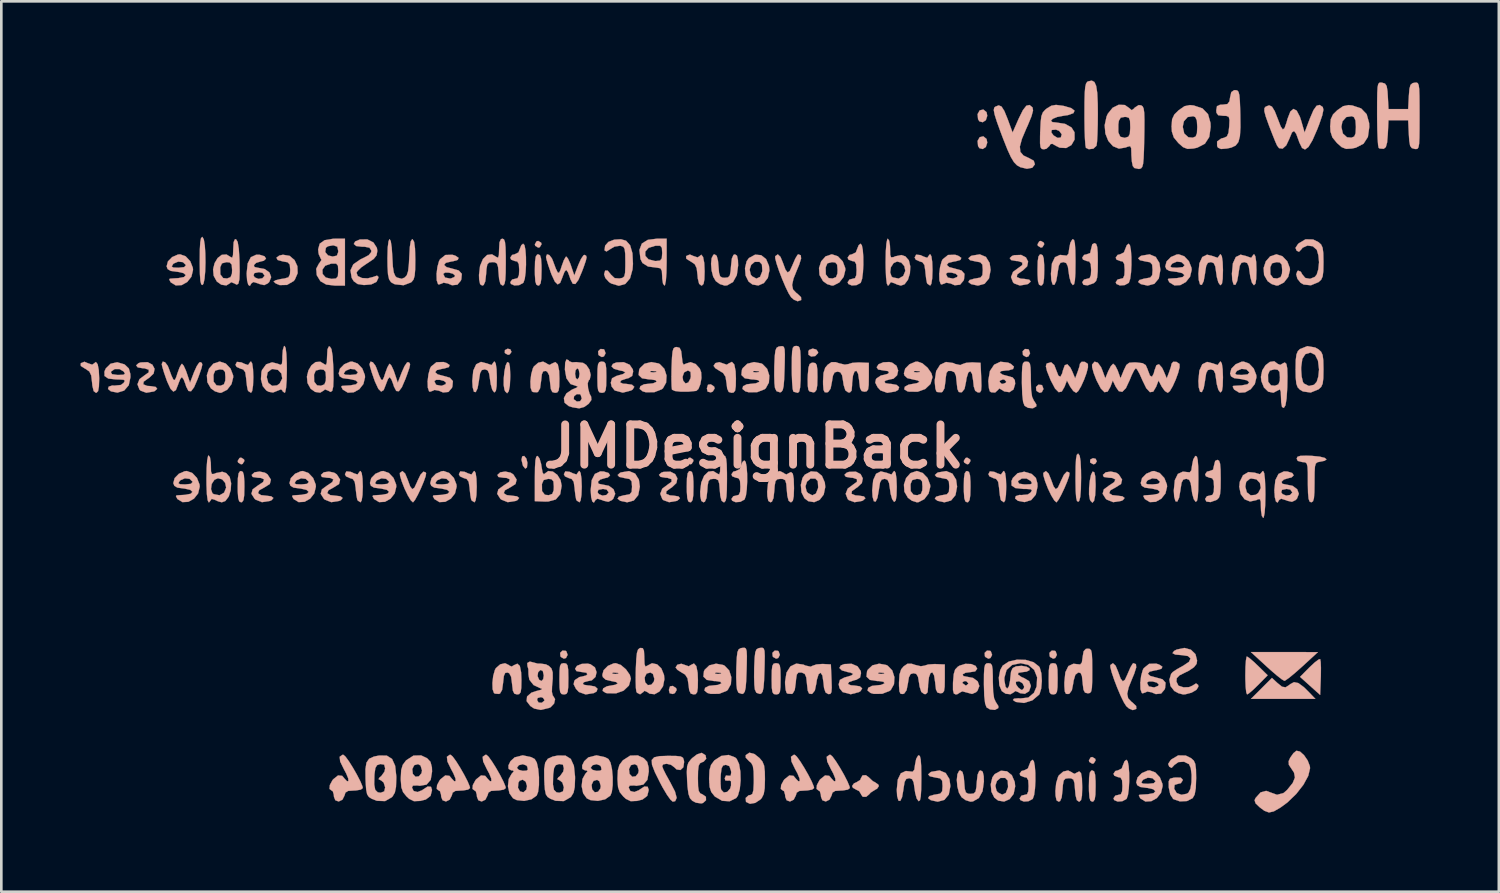
<source format=kicad_pcb>
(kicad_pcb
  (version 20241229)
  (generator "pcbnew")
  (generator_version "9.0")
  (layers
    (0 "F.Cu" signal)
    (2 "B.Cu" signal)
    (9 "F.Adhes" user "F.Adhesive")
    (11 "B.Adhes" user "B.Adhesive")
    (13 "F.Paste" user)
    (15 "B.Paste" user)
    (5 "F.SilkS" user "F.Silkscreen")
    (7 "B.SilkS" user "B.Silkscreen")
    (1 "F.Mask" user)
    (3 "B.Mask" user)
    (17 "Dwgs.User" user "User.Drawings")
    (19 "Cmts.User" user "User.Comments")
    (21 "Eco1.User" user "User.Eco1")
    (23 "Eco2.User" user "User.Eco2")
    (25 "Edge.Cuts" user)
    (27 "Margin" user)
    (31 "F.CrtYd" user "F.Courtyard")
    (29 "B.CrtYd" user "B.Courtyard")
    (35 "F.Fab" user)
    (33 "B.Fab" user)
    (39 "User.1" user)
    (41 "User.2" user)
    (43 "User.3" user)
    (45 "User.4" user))
  (footprint "JMDesignBack"
    (layer "F.Cu")
    (at 25.516 13.869)
    (property "Reference" "JMDesignBack" (at 0 0 0) (layer "B.SilkS") (effects (font (size 1.524 1.524) (thickness 0.3))))
    (attr through_hole)
    (fp_poly (pts (xy -19.319 0.491) (xy -19.304 0.55) (xy -19.372 0.663) (xy -19.431 0.677) (xy -19.543 0.61) (xy -19.558 0.55) (xy -19.49 0.438) (xy -19.431 0.423) (xy -19.319 0.491)) (stroke (width 0.01) (type solid)) (fill yes) (layer "B.SilkS"))
    (fp_poly (pts (xy -9.227 -3.682) (xy -9.182 -3.585) (xy -9.246 -3.49) (xy -9.313 -3.471) (xy -9.424 -3.532) (xy -9.437 -3.55) (xy -9.431 -3.651) (xy -9.329 -3.704) (xy -9.227 -3.682)) (stroke (width 0.01) (type solid)) (fill yes) (layer "B.SilkS"))
    (fp_poly (pts (xy -8.058 -7.722) (xy -8.043 -7.662) (xy -8.111 -7.55) (xy -8.17 -7.535) (xy -8.283 -7.603) (xy -8.297 -7.662) (xy -8.23 -7.775) (xy -8.17 -7.789) (xy -8.058 -7.722)) (stroke (width 0.01) (type solid)) (fill yes) (layer "B.SilkS"))
    (fp_poly (pts (xy -2.943 9.159) (xy -2.921 9.229) (xy -2.991 9.348) (xy -3.069 9.382) (xy -3.189 9.352) (xy -3.217 9.229) (xy -3.174 9.09) (xy -3.069 9.075) (xy -2.943 9.159)) (stroke (width 0.01) (type solid)) (fill yes) (layer "B.SilkS"))
    (fp_poly (pts (xy -2.301 0.491) (xy -2.286 0.55) (xy -2.354 0.663) (xy -2.413 0.677) (xy -2.525 0.61) (xy -2.54 0.55) (xy -2.472 0.438) (xy -2.413 0.423) (xy -2.301 0.491)) (stroke (width 0.01) (type solid)) (fill yes) (layer "B.SilkS"))
    (fp_poly (pts (xy -1.504 -2.271) (xy -1.482 -2.201) (xy -1.552 -2.082) (xy -1.63 -2.048) (xy -1.75 -2.078) (xy -1.778 -2.201) (xy -1.735 -2.34) (xy -1.63 -2.355) (xy -1.504 -2.271)) (stroke (width 0.01) (type solid)) (fill yes) (layer "B.SilkS"))
    (fp_poly (pts (xy 8.198 0.491) (xy 8.213 0.55) (xy 8.145 0.663) (xy 8.086 0.677) (xy 7.973 0.61) (xy 7.959 0.55) (xy 8.026 0.438) (xy 8.086 0.423) (xy 8.198 0.491)) (stroke (width 0.01) (type solid)) (fill yes) (layer "B.SilkS"))
    (fp_poly (pts (xy 10.992 -7.722) (xy 11.007 -7.662) (xy 10.939 -7.55) (xy 10.88 -7.535) (xy 10.767 -7.603) (xy 10.753 -7.662) (xy 10.82 -7.775) (xy 10.88 -7.789) (xy 10.992 -7.722)) (stroke (width 0.01) (type solid)) (fill yes) (layer "B.SilkS"))
    (fp_poly (pts (xy 12.939 11.836) (xy 12.954 11.896) (xy 12.886 12.008) (xy 12.827 12.023) (xy 12.715 11.955) (xy 12.7 11.896) (xy 12.768 11.783) (xy 12.827 11.769) (xy 12.939 11.836)) (stroke (width 0.01) (type solid)) (fill yes) (layer "B.SilkS"))
    (fp_poly (pts (xy 12.955 0.467) (xy 13 0.564) (xy 12.937 0.659) (xy 12.869 0.677) (xy 12.759 0.616) (xy 12.746 0.599) (xy 12.751 0.498) (xy 12.853 0.445) (xy 12.955 0.467)) (stroke (width 0.01) (type solid)) (fill yes) (layer "B.SilkS"))
    (fp_poly (pts (xy -8.617 0.461) (xy -8.579 0.62) (xy -8.596 0.797) (xy -8.661 0.841) (xy -8.744 0.736) (xy -8.754 0.713) (xy -8.803 0.505) (xy -8.776 0.376) (xy -8.701 0.359) (xy -8.617 0.461)) (stroke (width 0.01) (type solid)) (fill yes) (layer "B.SilkS"))
    (fp_poly (pts (xy -7.126 7.746) (xy -7.102 7.765) (xy -7.055 7.899) (xy -7.117 8.017) (xy -7.197 8.043) (xy -7.305 7.982) (xy -7.328 7.951) (xy -7.338 7.822) (xy -7.249 7.736) (xy -7.126 7.746)) (stroke (width 0.01) (type solid)) (fill yes) (layer "B.SilkS"))
    (fp_poly (pts (xy -5.686 -3.684) (xy -5.663 -3.665) (xy -5.616 -3.531) (xy -5.677 -3.413) (xy -5.757 -3.387) (xy -5.866 -3.448) (xy -5.889 -3.479) (xy -5.899 -3.608) (xy -5.809 -3.694) (xy -5.686 -3.684)) (stroke (width 0.01) (type solid)) (fill yes) (layer "B.SilkS"))
    (fp_poly (pts (xy 0.918 7.746) (xy 0.941 7.765) (xy 0.988 7.899) (xy 0.927 8.017) (xy 0.847 8.043) (xy 0.738 7.982) (xy 0.715 7.951) (xy 0.705 7.822) (xy 0.795 7.736) (xy 0.918 7.746)) (stroke (width 0.01) (type solid)) (fill yes) (layer "B.SilkS"))
    (fp_poly (pts (xy 2.37 -3.672) (xy 2.439 -3.575) (xy 2.434 -3.535) (xy 2.329 -3.426) (xy 2.175 -3.407) (xy 2.073 -3.474) (xy 2.069 -3.611) (xy 2.101 -3.659) (xy 2.232 -3.709) (xy 2.37 -3.672)) (stroke (width 0.01) (type solid)) (fill yes) (layer "B.SilkS"))
    (fp_poly (pts (xy 8.822 -12.668) (xy 8.848 -12.531) (xy 8.795 -12.365) (xy 8.677 -12.287) (xy 8.553 -12.318) (xy 8.5 -12.397) (xy 8.481 -12.594) (xy 8.561 -12.736) (xy 8.699 -12.769) (xy 8.822 -12.668)) (stroke (width 0.01) (type solid)) (fill yes) (layer "B.SilkS"))
    (fp_poly (pts (xy 8.822 -11.652) (xy 8.848 -11.515) (xy 8.795 -11.349) (xy 8.677 -11.271) (xy 8.553 -11.302) (xy 8.5 -11.381) (xy 8.481 -11.578) (xy 8.561 -11.72) (xy 8.699 -11.753) (xy 8.822 -11.652)) (stroke (width 0.01) (type solid)) (fill yes) (layer "B.SilkS"))
    (fp_poly (pts (xy 8.961 7.746) (xy 8.984 7.765) (xy 9.032 7.899) (xy 8.97 8.017) (xy 8.89 8.043) (xy 8.781 7.982) (xy 8.758 7.951) (xy 8.749 7.822) (xy 8.838 7.736) (xy 8.961 7.746)) (stroke (width 0.01) (type solid)) (fill yes) (layer "B.SilkS"))
    (fp_poly (pts (xy 10.4 -3.684) (xy 10.424 -3.665) (xy 10.471 -3.531) (xy 10.409 -3.413) (xy 10.329 -3.387) (xy 10.221 -3.448) (xy 10.198 -3.479) (xy 10.188 -3.608) (xy 10.277 -3.694) (xy 10.4 -3.684)) (stroke (width 0.01) (type solid)) (fill yes) (layer "B.SilkS"))
    (fp_poly (pts (xy 10.908 -2.329) (xy 10.932 -2.31) (xy 10.979 -2.177) (xy 10.917 -2.059) (xy 10.837 -2.032) (xy 10.729 -2.094) (xy 10.706 -2.124) (xy 10.696 -2.253) (xy 10.785 -2.34) (xy 10.908 -2.329)) (stroke (width 0.01) (type solid)) (fill yes) (layer "B.SilkS"))
    (fp_poly (pts (xy 11.416 7.746) (xy 11.44 7.765) (xy 11.487 7.899) (xy 11.425 8.017) (xy 11.345 8.043) (xy 11.237 7.982) (xy 11.214 7.951) (xy 11.204 7.822) (xy 11.293 7.736) (xy 11.416 7.746)) (stroke (width 0.01) (type solid)) (fill yes) (layer "B.SilkS"))
    (fp_poly (pts (xy 21.378 7.794) (xy 20.786 8.339) (xy 20.521 8.574) (xy 20.298 8.759) (xy 20.148 8.866) (xy 20.108 8.883) (xy 20.013 8.828) (xy 19.827 8.683) (xy 19.581 8.472) (xy 19.431 8.336) (xy 18.838 7.791) (xy 21.378 7.794)) (stroke (width 0.01) (type solid)) (fill yes) (layer "B.SilkS"))
    (fp_poly (pts (xy 21.484 8.161) (xy 21.493 8.387) (xy 21.49 8.693) (xy 21.488 8.762) (xy 21.463 9.417) (xy 21.082 9.075) (xy 20.701 8.732) (xy 21.058 8.371) (xy 21.254 8.188) (xy 21.402 8.076) (xy 21.464 8.058) (xy 21.484 8.161)) (stroke (width 0.01) (type solid)) (fill yes) (layer "B.SilkS"))
    (fp_poly (pts (xy 19.836 8.957) (xy 20.018 9.105) (xy 20.154 9.128) (xy 20.302 9.033) (xy 20.327 9.01) (xy 20.473 8.932) (xy 20.638 8.967) (xy 20.85 9.124) (xy 21.034 9.306) (xy 21.283 9.567) (xy 18.841 9.567) (xy 19.637 8.771) (xy 19.836 8.957)) (stroke (width 0.01) (type solid)) (fill yes) (layer "B.SilkS"))
    (fp_poly (pts (xy -9.276 -3.167) (xy -9.242 -3.016) (xy -9.229 -2.722) (xy -9.229 -2.632) (xy -9.244 -2.302) (xy -9.286 -2.092) (xy -9.347 -2.015) (xy -9.422 -2.088) (xy -9.448 -2.148) (xy -9.478 -2.327) (xy -9.476 -2.578) (xy -9.45 -2.843) (xy -9.405 -3.066) (xy -9.347 -3.189) (xy -9.335 -3.197) (xy -9.276 -3.167)) (stroke (width 0.01) (type solid)) (fill yes) (layer "B.SilkS"))
    (fp_poly (pts (xy 12.907 0.982) (xy 12.941 1.133) (xy 12.954 1.427) (xy 12.954 1.517) (xy 12.939 1.846) (xy 12.897 2.057) (xy 12.835 2.133) (xy 12.761 2.061) (xy 12.735 2.001) (xy 12.705 1.822) (xy 12.707 1.571) (xy 12.733 1.305) (xy 12.778 1.082) (xy 12.836 0.96) (xy 12.848 0.952) (xy 12.907 0.982)) (stroke (width 0.01) (type solid)) (fill yes) (layer "B.SilkS"))
    (fp_poly (pts (xy -19.362 0.966) (xy -19.323 1.092) (xy -19.306 1.338) (xy -19.304 1.524) (xy -19.311 1.846) (xy -19.338 2.03) (xy -19.391 2.108) (xy -19.431 2.117) (xy -19.5 2.082) (xy -19.539 1.956) (xy -19.556 1.71) (xy -19.558 1.524) (xy -19.551 1.202) (xy -19.524 1.018) (xy -19.471 0.94) (xy -19.431 0.931) (xy -19.362 0.966)) (stroke (width 0.01) (type solid)) (fill yes) (layer "B.SilkS"))
    (fp_poly (pts (xy -8.101 -7.246) (xy -8.062 -7.121) (xy -8.045 -6.874) (xy -8.043 -6.689) (xy -8.051 -6.367) (xy -8.078 -6.182) (xy -8.131 -6.105) (xy -8.17 -6.096) (xy -8.239 -6.131) (xy -8.279 -6.256) (xy -8.295 -6.503) (xy -8.297 -6.689) (xy -8.29 -7.011) (xy -8.263 -7.195) (xy -8.21 -7.273) (xy -8.17 -7.281) (xy -8.101 -7.246)) (stroke (width 0.01) (type solid)) (fill yes) (layer "B.SilkS"))
    (fp_poly (pts (xy -2.344 0.966) (xy -2.305 1.092) (xy -2.288 1.338) (xy -2.286 1.524) (xy -2.293 1.846) (xy -2.32 2.03) (xy -2.373 2.108) (xy -2.413 2.117) (xy -2.482 2.082) (xy -2.521 1.956) (xy -2.538 1.71) (xy -2.54 1.524) (xy -2.533 1.202) (xy -2.506 1.018) (xy -2.453 0.94) (xy -2.413 0.931) (xy -2.344 0.966)) (stroke (width 0.01) (type solid)) (fill yes) (layer "B.SilkS"))
    (fp_poly (pts (xy 8.155 0.966) (xy 8.194 1.092) (xy 8.211 1.338) (xy 8.213 1.524) (xy 8.205 1.846) (xy 8.178 2.03) (xy 8.125 2.108) (xy 8.086 2.117) (xy 8.017 2.082) (xy 7.977 1.956) (xy 7.961 1.71) (xy 7.959 1.524) (xy 7.966 1.202) (xy 7.993 1.018) (xy 8.046 0.94) (xy 8.086 0.931) (xy 8.155 0.966)) (stroke (width 0.01) (type solid)) (fill yes) (layer "B.SilkS"))
    (fp_poly (pts (xy 10.949 -7.246) (xy 10.988 -7.121) (xy 11.005 -6.874) (xy 11.007 -6.689) (xy 10.999 -6.367) (xy 10.972 -6.182) (xy 10.919 -6.105) (xy 10.88 -6.096) (xy 10.811 -6.131) (xy 10.771 -6.256) (xy 10.755 -6.503) (xy 10.753 -6.689) (xy 10.76 -7.011) (xy 10.787 -7.195) (xy 10.84 -7.273) (xy 10.88 -7.281) (xy 10.949 -7.246)) (stroke (width 0.01) (type solid)) (fill yes) (layer "B.SilkS"))
    (fp_poly (pts (xy 12.896 12.312) (xy 12.935 12.437) (xy 12.952 12.684) (xy 12.954 12.869) (xy 12.947 13.191) (xy 12.92 13.376) (xy 12.867 13.453) (xy 12.827 13.462) (xy 12.758 13.427) (xy 12.719 13.302) (xy 12.702 13.055) (xy 12.7 12.869) (xy 12.707 12.547) (xy 12.734 12.363) (xy 12.787 12.285) (xy 12.827 12.277) (xy 12.896 12.312)) (stroke (width 0.01) (type solid)) (fill yes) (layer "B.SilkS"))
    (fp_poly (pts (xy 18.775 8.014) (xy 18.942 8.156) (xy 19.11 8.315) (xy 19.474 8.672) (xy 19.117 9.035) (xy 18.917 9.228) (xy 18.761 9.36) (xy 18.694 9.398) (xy 18.663 9.32) (xy 18.64 9.111) (xy 18.628 8.811) (xy 18.627 8.678) (xy 18.633 8.353) (xy 18.651 8.104) (xy 18.676 7.971) (xy 18.687 7.959) (xy 18.775 8.014)) (stroke (width 0.01) (type solid)) (fill yes) (layer "B.SilkS"))
    (fp_poly (pts (xy 2.335 -3.158) (xy 2.386 -3.081) (xy 2.408 -2.908) (xy 2.413 -2.626) (xy 2.405 -2.32) (xy 2.376 -2.146) (xy 2.316 -2.066) (xy 2.265 -2.048) (xy 2.116 -2.082) (xy 2.069 -2.142) (xy 2.047 -2.292) (xy 2.042 -2.543) (xy 2.048 -2.719) (xy 2.072 -2.986) (xy 2.116 -3.124) (xy 2.198 -3.172) (xy 2.244 -3.175) (xy 2.335 -3.158)) (stroke (width 0.01) (type solid)) (fill yes) (layer "B.SilkS"))
    (fp_poly (pts (xy -20.892 -7.938) (xy -20.841 -7.841) (xy -20.805 -7.62) (xy -20.785 -7.317) (xy -20.779 -6.977) (xy -20.789 -6.644) (xy -20.814 -6.36) (xy -20.854 -6.171) (xy -20.892 -6.117) (xy -20.94 -6.143) (xy -20.972 -6.272) (xy -20.99 -6.525) (xy -20.997 -6.922) (xy -20.997 -7.027) (xy -20.993 -7.458) (xy -20.977 -7.74) (xy -20.948 -7.894) (xy -20.903 -7.94) (xy -20.892 -7.938)) (stroke (width 0.01) (type solid)) (fill yes) (layer "B.SilkS"))
    (fp_poly (pts (xy 12.298 0.275) (xy 12.351 0.353) (xy 12.384 0.557) (xy 12.401 0.903) (xy 12.404 1.185) (xy 12.396 1.624) (xy 12.373 1.911) (xy 12.332 2.063) (xy 12.298 2.095) (xy 12.249 2.07) (xy 12.217 1.941) (xy 12.199 1.688) (xy 12.192 1.291) (xy 12.192 1.185) (xy 12.197 0.755) (xy 12.212 0.473) (xy 12.241 0.319) (xy 12.286 0.273) (xy 12.298 0.275)) (stroke (width 0.01) (type solid)) (fill yes) (layer "B.SilkS"))
    (fp_poly (pts (xy -7.108 8.229) (xy -7.057 8.301) (xy -7.033 8.465) (xy -7.027 8.758) (xy -7.027 8.805) (xy -7.032 9.117) (xy -7.053 9.295) (xy -7.099 9.377) (xy -7.183 9.398) (xy -7.197 9.398) (xy -7.286 9.382) (xy -7.337 9.31) (xy -7.36 9.145) (xy -7.366 8.853) (xy -7.366 8.805) (xy -7.361 8.494) (xy -7.341 8.315) (xy -7.294 8.234) (xy -7.21 8.213) (xy -7.197 8.213) (xy -7.108 8.229)) (stroke (width 0.01) (type solid)) (fill yes) (layer "B.SilkS"))
    (fp_poly (pts (xy -5.668 -3.201) (xy -5.617 -3.129) (xy -5.594 -2.965) (xy -5.588 -2.672) (xy -5.588 -2.625) (xy -5.593 -2.313) (xy -5.613 -2.135) (xy -5.66 -2.053) (xy -5.744 -2.032) (xy -5.757 -2.032) (xy -5.846 -2.048) (xy -5.897 -2.12) (xy -5.921 -2.285) (xy -5.927 -2.577) (xy -5.927 -2.625) (xy -5.922 -2.936) (xy -5.901 -3.115) (xy -5.855 -3.196) (xy -5.771 -3.217) (xy -5.757 -3.217) (xy -5.668 -3.201)) (stroke (width 0.01) (type solid)) (fill yes) (layer "B.SilkS"))
    (fp_poly (pts (xy 0.936 8.229) (xy 0.987 8.301) (xy 1.01 8.465) (xy 1.016 8.758) (xy 1.016 8.805) (xy 1.011 9.117) (xy 0.991 9.295) (xy 0.944 9.377) (xy 0.86 9.398) (xy 0.847 9.398) (xy 0.758 9.382) (xy 0.707 9.31) (xy 0.683 9.145) (xy 0.677 8.853) (xy 0.677 8.805) (xy 0.682 8.494) (xy 0.703 8.315) (xy 0.749 8.234) (xy 0.833 8.213) (xy 0.847 8.213) (xy 0.936 8.229)) (stroke (width 0.01) (type solid)) (fill yes) (layer "B.SilkS"))
    (fp_poly (pts (xy 11.434 8.229) (xy 11.485 8.301) (xy 11.509 8.465) (xy 11.515 8.758) (xy 11.515 8.805) (xy 11.51 9.117) (xy 11.489 9.295) (xy 11.443 9.377) (xy 11.359 9.398) (xy 11.345 9.398) (xy 11.256 9.382) (xy 11.205 9.31) (xy 11.182 9.145) (xy 11.176 8.853) (xy 11.176 8.805) (xy 11.181 8.494) (xy 11.201 8.315) (xy 11.248 8.234) (xy 11.332 8.213) (xy 11.345 8.213) (xy 11.434 8.229)) (stroke (width 0.01) (type solid)) (fill yes) (layer "B.SilkS"))
    (fp_poly (pts (xy -25.232 -3.153) (xy -25.074 -3.1) (xy -25.017 -3.136) (xy -24.933 -3.202) (xy -24.865 -3.115) (xy -24.822 -2.891) (xy -24.807 -2.577) (xy -24.817 -2.267) (xy -24.849 -2.096) (xy -24.911 -2.034) (xy -24.93 -2.032) (xy -25.016 -2.097) (xy -25.066 -2.303) (xy -25.078 -2.433) (xy -25.109 -2.691) (xy -25.18 -2.84) (xy -25.321 -2.938) (xy -25.345 -2.95) (xy -25.502 -3.049) (xy -25.511 -3.137) (xy -25.491 -3.16) (xy -25.367 -3.21) (xy -25.232 -3.153)) (stroke (width 0.01) (type solid)) (fill yes) (layer "B.SilkS"))
    (fp_poly (pts (xy -4.496 1.029) (xy -4.354 1.259) (xy -4.318 1.524) (xy -4.379 1.845) (xy -4.546 2.048) (xy -4.799 2.117) (xy -5.059 2.061) (xy -5.162 1.981) (xy -5.114 1.904) (xy -4.931 1.852) (xy -4.889 1.847) (xy -4.704 1.812) (xy -4.628 1.72) (xy -4.614 1.524) (xy -4.63 1.323) (xy -4.709 1.234) (xy -4.889 1.201) (xy -5.097 1.155) (xy -5.16 1.082) (xy -5.069 0.999) (xy -5.031 0.983) (xy -4.727 0.933) (xy -4.496 1.029)) (stroke (width 0.01) (type solid)) (fill yes) (layer "B.SilkS"))
    (fp_poly (pts (xy -2.288 -7.217) (xy -2.129 -7.164) (xy -2.072 -7.2) (xy -1.988 -7.266) (xy -1.921 -7.179) (xy -1.877 -6.955) (xy -1.863 -6.641) (xy -1.872 -6.331) (xy -1.904 -6.16) (xy -1.966 -6.098) (xy -1.985 -6.096) (xy -2.071 -6.161) (xy -2.122 -6.367) (xy -2.133 -6.497) (xy -2.164 -6.755) (xy -2.235 -6.904) (xy -2.376 -7.002) (xy -2.4 -7.014) (xy -2.557 -7.113) (xy -2.566 -7.201) (xy -2.546 -7.224) (xy -2.422 -7.274) (xy -2.288 -7.217)) (stroke (width 0.01) (type solid)) (fill yes) (layer "B.SilkS"))
    (fp_poly (pts (xy -2.178 8.324) (xy -2.127 8.579) (xy -2.117 8.853) (xy -2.122 9.149) (xy -2.147 9.314) (xy -2.201 9.385) (xy -2.281 9.398) (xy -2.39 9.365) (xy -2.448 9.237) (xy -2.472 9.039) (xy -2.51 8.79) (xy -2.603 8.646) (xy -2.731 8.569) (xy -2.895 8.466) (xy -2.963 8.375) (xy -2.896 8.271) (xy -2.746 8.235) (xy -2.597 8.285) (xy -2.596 8.286) (xy -2.464 8.332) (xy -2.393 8.286) (xy -2.267 8.224) (xy -2.178 8.324)) (stroke (width 0.01) (type solid)) (fill yes) (layer "B.SilkS"))
    (fp_poly (pts (xy -0.738 -3.106) (xy -0.688 -2.851) (xy -0.677 -2.577) (xy -0.683 -2.281) (xy -0.707 -2.116) (xy -0.762 -2.045) (xy -0.842 -2.032) (xy -0.951 -2.065) (xy -1.008 -2.193) (xy -1.032 -2.391) (xy -1.071 -2.64) (xy -1.164 -2.784) (xy -1.291 -2.861) (xy -1.456 -2.964) (xy -1.524 -3.055) (xy -1.456 -3.159) (xy -1.307 -3.195) (xy -1.158 -3.145) (xy -1.157 -3.144) (xy -1.024 -3.098) (xy -0.954 -3.144) (xy -0.828 -3.206) (xy -0.738 -3.106)) (stroke (width 0.01) (type solid)) (fill yes) (layer "B.SilkS"))
    (fp_poly (pts (xy -0.3 7.658) (xy -0.271 7.752) (xy -0.261 7.942) (xy -0.266 8.256) (xy -0.272 8.481) (xy -0.287 8.88) (xy -0.308 9.141) (xy -0.342 9.292) (xy -0.394 9.363) (xy -0.441 9.381) (xy -0.579 9.335) (xy -0.636 9.213) (xy -0.656 9.036) (xy -0.666 8.747) (xy -0.662 8.403) (xy -0.66 8.339) (xy -0.644 8.002) (xy -0.62 7.797) (xy -0.575 7.691) (xy -0.5 7.646) (xy -0.441 7.635) (xy -0.355 7.628) (xy -0.3 7.658)) (stroke (width 0.01) (type solid)) (fill yes) (layer "B.SilkS"))
    (fp_poly (pts (xy 0.377 7.658) (xy 0.407 7.752) (xy 0.416 7.942) (xy 0.411 8.256) (xy 0.405 8.481) (xy 0.39 8.88) (xy 0.369 9.141) (xy 0.335 9.292) (xy 0.283 9.363) (xy 0.236 9.381) (xy 0.099 9.335) (xy 0.041 9.213) (xy 0.021 9.036) (xy 0.012 8.747) (xy 0.015 8.403) (xy 0.017 8.339) (xy 0.033 8.002) (xy 0.058 7.797) (xy 0.102 7.691) (xy 0.177 7.646) (xy 0.236 7.635) (xy 0.322 7.628) (xy 0.377 7.658)) (stroke (width 0.01) (type solid)) (fill yes) (layer "B.SilkS"))
    (fp_poly (pts (xy 1.139 -3.772) (xy 1.169 -3.678) (xy 1.178 -3.488) (xy 1.173 -3.174) (xy 1.167 -2.949) (xy 1.152 -2.55) (xy 1.131 -2.289) (xy 1.097 -2.138) (xy 1.045 -2.067) (xy 0.998 -2.049) (xy 0.861 -2.095) (xy 0.803 -2.217) (xy 0.783 -2.394) (xy 0.774 -2.683) (xy 0.777 -3.027) (xy 0.779 -3.091) (xy 0.795 -3.428) (xy 0.82 -3.633) (xy 0.864 -3.739) (xy 0.939 -3.784) (xy 0.998 -3.795) (xy 1.084 -3.802) (xy 1.139 -3.772)) (stroke (width 0.01) (type solid)) (fill yes) (layer "B.SilkS"))
    (fp_poly (pts (xy 7.273 12.375) (xy 7.414 12.605) (xy 7.451 12.869) (xy 7.39 13.191) (xy 7.222 13.394) (xy 6.97 13.463) (xy 6.71 13.406) (xy 6.607 13.326) (xy 6.655 13.249) (xy 6.838 13.197) (xy 6.879 13.192) (xy 7.065 13.157) (xy 7.14 13.065) (xy 7.154 12.869) (xy 7.139 12.668) (xy 7.06 12.579) (xy 6.879 12.546) (xy 6.672 12.5) (xy 6.608 12.427) (xy 6.7 12.344) (xy 6.738 12.328) (xy 7.041 12.278) (xy 7.273 12.375)) (stroke (width 0.01) (type solid)) (fill yes) (layer "B.SilkS"))
    (fp_poly (pts (xy 7.527 1.029) (xy 7.668 1.259) (xy 7.705 1.524) (xy 7.644 1.845) (xy 7.476 2.048) (xy 7.224 2.117) (xy 6.964 2.061) (xy 6.861 1.981) (xy 6.909 1.904) (xy 7.092 1.852) (xy 7.133 1.847) (xy 7.319 1.812) (xy 7.394 1.72) (xy 7.408 1.524) (xy 7.393 1.323) (xy 7.314 1.234) (xy 7.133 1.201) (xy 6.926 1.155) (xy 6.862 1.082) (xy 6.954 0.999) (xy 6.992 0.983) (xy 7.295 0.933) (xy 7.527 1.029)) (stroke (width 0.01) (type solid)) (fill yes) (layer "B.SilkS"))
    (fp_poly (pts (xy 8.797 -7.183) (xy 8.938 -6.953) (xy 8.975 -6.689) (xy 8.914 -6.367) (xy 8.746 -6.164) (xy 8.494 -6.095) (xy 8.234 -6.152) (xy 8.131 -6.232) (xy 8.179 -6.309) (xy 8.362 -6.361) (xy 8.403 -6.366) (xy 8.589 -6.401) (xy 8.664 -6.493) (xy 8.678 -6.689) (xy 8.663 -6.89) (xy 8.584 -6.979) (xy 8.403 -7.012) (xy 8.196 -7.058) (xy 8.132 -7.131) (xy 8.224 -7.214) (xy 8.262 -7.23) (xy 8.565 -7.28) (xy 8.797 -7.183)) (stroke (width 0.01) (type solid)) (fill yes) (layer "B.SilkS"))
    (fp_poly (pts (xy 15.232 -7.183) (xy 15.373 -6.953) (xy 15.409 -6.689) (xy 15.349 -6.367) (xy 15.181 -6.164) (xy 14.928 -6.095) (xy 14.668 -6.152) (xy 14.565 -6.232) (xy 14.614 -6.309) (xy 14.797 -6.361) (xy 14.838 -6.366) (xy 15.023 -6.401) (xy 15.099 -6.493) (xy 15.113 -6.689) (xy 15.097 -6.89) (xy 15.018 -6.979) (xy 14.838 -7.012) (xy 14.631 -7.058) (xy 14.567 -7.131) (xy 14.658 -7.214) (xy 14.697 -7.23) (xy 15 -7.28) (xy 15.232 -7.183)) (stroke (width 0.01) (type solid)) (fill yes) (layer "B.SilkS"))
    (fp_poly (pts (xy 1.684 -3.799) (xy 1.733 -3.745) (xy 1.761 -3.62) (xy 1.774 -3.392) (xy 1.778 -3.032) (xy 1.778 -2.921) (xy 1.773 -2.504) (xy 1.756 -2.233) (xy 1.723 -2.083) (xy 1.673 -2.033) (xy 1.665 -2.032) (xy 1.521 -2.07) (xy 1.496 -2.088) (xy 1.472 -2.192) (xy 1.453 -2.426) (xy 1.441 -2.75) (xy 1.439 -2.977) (xy 1.442 -3.359) (xy 1.453 -3.602) (xy 1.48 -3.738) (xy 1.528 -3.797) (xy 1.604 -3.81) (xy 1.609 -3.81) (xy 1.684 -3.799)) (stroke (width 0.01) (type solid)) (fill yes) (layer "B.SilkS"))
    (fp_poly (pts (xy 8.974 8.227) (xy 9.025 8.291) (xy 9.05 8.441) (xy 9.059 8.708) (xy 9.059 8.896) (xy 9.071 9.292) (xy 9.108 9.549) (xy 9.176 9.695) (xy 9.187 9.707) (xy 9.27 9.841) (xy 9.267 9.913) (xy 9.138 9.984) (xy 8.954 9.967) (xy 8.822 9.889) (xy 8.768 9.744) (xy 8.733 9.45) (xy 8.721 9.023) (xy 8.721 9) (xy 8.723 8.631) (xy 8.736 8.399) (xy 8.765 8.274) (xy 8.818 8.222) (xy 8.89 8.213) (xy 8.974 8.227)) (stroke (width 0.01) (type solid)) (fill yes) (layer "B.SilkS"))
    (fp_poly (pts (xy 10.413 -3.203) (xy 10.464 -3.139) (xy 10.489 -2.989) (xy 10.498 -2.722) (xy 10.499 -2.534) (xy 10.51 -2.138) (xy 10.547 -1.881) (xy 10.615 -1.735) (xy 10.626 -1.723) (xy 10.709 -1.589) (xy 10.706 -1.517) (xy 10.577 -1.446) (xy 10.394 -1.463) (xy 10.262 -1.541) (xy 10.207 -1.686) (xy 10.173 -1.98) (xy 10.16 -2.407) (xy 10.16 -2.43) (xy 10.163 -2.799) (xy 10.175 -3.031) (xy 10.204 -3.156) (xy 10.257 -3.208) (xy 10.329 -3.217) (xy 10.413 -3.203)) (stroke (width 0.01) (type solid)) (fill yes) (layer "B.SilkS"))
    (fp_poly (pts (xy -19.007 -3.139) (xy -18.977 -2.929) (xy -18.965 -2.625) (xy -18.965 -2.625) (xy -18.977 -2.309) (xy -19.009 -2.101) (xy -19.053 -2.032) (xy -19.157 -2.099) (xy -19.177 -2.138) (xy -19.206 -2.286) (xy -19.233 -2.521) (xy -19.238 -2.582) (xy -19.271 -2.81) (xy -19.349 -2.917) (xy -19.452 -2.948) (xy -19.601 -3.015) (xy -19.643 -3.096) (xy -19.587 -3.205) (xy -19.422 -3.187) (xy -19.298 -3.13) (xy -19.164 -3.085) (xy -19.135 -3.13) (xy -19.072 -3.214) (xy -19.05 -3.217) (xy -19.007 -3.139)) (stroke (width 0.01) (type solid)) (fill yes) (layer "B.SilkS"))
    (fp_poly (pts (xy -17.592 -7.224) (xy -17.404 -7.064) (xy -17.296 -6.83) (xy -17.286 -6.567) (xy -17.392 -6.321) (xy -17.441 -6.265) (xy -17.689 -6.122) (xy -17.968 -6.115) (xy -18.116 -6.177) (xy -18.198 -6.248) (xy -18.129 -6.294) (xy -18.116 -6.299) (xy -17.935 -6.343) (xy -17.78 -6.367) (xy -17.635 -6.41) (xy -17.577 -6.528) (xy -17.568 -6.689) (xy -17.584 -6.89) (xy -17.663 -6.979) (xy -17.849 -7.012) (xy -18.046 -7.067) (xy -18.09 -7.154) (xy -17.981 -7.235) (xy -17.842 -7.265) (xy -17.592 -7.224)) (stroke (width 0.01) (type solid)) (fill yes) (layer "B.SilkS"))
    (fp_poly (pts (xy -14.858 1.01) (xy -14.828 1.22) (xy -14.817 1.523) (xy -14.817 1.524) (xy -14.828 1.84) (xy -14.86 2.048) (xy -14.904 2.117) (xy -15.008 2.05) (xy -15.028 2.011) (xy -15.057 1.862) (xy -15.084 1.627) (xy -15.089 1.566) (xy -15.123 1.339) (xy -15.2 1.232) (xy -15.303 1.201) (xy -15.452 1.134) (xy -15.494 1.052) (xy -15.438 0.944) (xy -15.273 0.962) (xy -15.15 1.019) (xy -15.015 1.063) (xy -14.986 1.019) (xy -14.923 0.934) (xy -14.901 0.931) (xy -14.858 1.01)) (stroke (width 0.01) (type solid)) (fill yes) (layer "B.SilkS"))
    (fp_poly (pts (xy -10.54 1.01) (xy -10.51 1.22) (xy -10.499 1.523) (xy -10.499 1.524) (xy -10.51 1.84) (xy -10.542 2.048) (xy -10.586 2.117) (xy -10.69 2.05) (xy -10.71 2.011) (xy -10.739 1.862) (xy -10.766 1.627) (xy -10.771 1.566) (xy -10.805 1.339) (xy -10.882 1.232) (xy -10.986 1.201) (xy -11.134 1.134) (xy -11.176 1.052) (xy -11.12 0.944) (xy -10.955 0.962) (xy -10.832 1.019) (xy -10.697 1.063) (xy -10.668 1.019) (xy -10.605 0.934) (xy -10.583 0.931) (xy -10.54 1.01)) (stroke (width 0.01) (type solid)) (fill yes) (layer "B.SilkS"))
    (fp_poly (pts (xy -6.561 1.01) (xy -6.531 1.22) (xy -6.519 1.523) (xy -6.519 1.524) (xy -6.531 1.84) (xy -6.563 2.048) (xy -6.607 2.117) (xy -6.711 2.05) (xy -6.731 2.011) (xy -6.76 1.862) (xy -6.787 1.627) (xy -6.792 1.566) (xy -6.825 1.339) (xy -6.903 1.232) (xy -7.006 1.201) (xy -7.155 1.134) (xy -7.197 1.052) (xy -7.141 0.944) (xy -6.976 0.962) (xy -6.852 1.019) (xy -6.718 1.063) (xy -6.689 1.019) (xy -6.626 0.934) (xy -6.604 0.931) (xy -6.561 1.01)) (stroke (width 0.01) (type solid)) (fill yes) (layer "B.SilkS"))
    (fp_poly (pts (xy 4.37 12.547) (xy 4.377 12.558) (xy 4.512 12.684) (xy 4.593 12.725) (xy 4.718 12.813) (xy 4.741 12.869) (xy 4.673 12.97) (xy 4.593 13.014) (xy 4.429 13.119) (xy 4.377 13.18) (xy 4.26 13.277) (xy 4.131 13.278) (xy 4.064 13.187) (xy 4.064 13.176) (xy 3.993 13.062) (xy 3.895 13.014) (xy 3.757 12.936) (xy 3.725 12.869) (xy 3.796 12.769) (xy 3.895 12.725) (xy 4.032 12.639) (xy 4.064 12.563) (xy 4.123 12.464) (xy 4.249 12.458) (xy 4.37 12.547)) (stroke (width 0.01) (type solid)) (fill yes) (layer "B.SilkS"))
    (fp_poly (pts (xy 6.732 -7.203) (xy 6.762 -6.993) (xy 6.773 -6.689) (xy 6.773 -6.689) (xy 6.762 -6.373) (xy 6.73 -6.165) (xy 6.686 -6.096) (xy 6.582 -6.163) (xy 6.562 -6.202) (xy 6.533 -6.35) (xy 6.506 -6.585) (xy 6.501 -6.646) (xy 6.467 -6.874) (xy 6.39 -6.981) (xy 6.287 -7.012) (xy 6.138 -7.079) (xy 6.096 -7.16) (xy 6.152 -7.269) (xy 6.317 -7.251) (xy 6.44 -7.194) (xy 6.575 -7.149) (xy 6.604 -7.194) (xy 6.667 -7.278) (xy 6.689 -7.281) (xy 6.732 -7.203)) (stroke (width 0.01) (type solid)) (fill yes) (layer "B.SilkS"))
    (fp_poly (pts (xy 9.526 1.01) (xy 9.556 1.22) (xy 9.567 1.523) (xy 9.567 1.524) (xy 9.556 1.84) (xy 9.524 2.048) (xy 9.48 2.117) (xy 9.376 2.05) (xy 9.356 2.011) (xy 9.327 1.862) (xy 9.3 1.627) (xy 9.295 1.566) (xy 9.261 1.339) (xy 9.184 1.232) (xy 9.081 1.201) (xy 8.932 1.134) (xy 8.89 1.052) (xy 8.946 0.944) (xy 9.111 0.962) (xy 9.234 1.019) (xy 9.369 1.063) (xy 9.398 1.019) (xy 9.461 0.934) (xy 9.483 0.931) (xy 9.526 1.01)) (stroke (width 0.01) (type solid)) (fill yes) (layer "B.SilkS"))
    (fp_poly (pts (xy -13.211 1.028) (xy -13.12 1.249) (xy -13.022 1.515) (xy -12.941 1.618) (xy -12.86 1.561) (xy -12.76 1.347) (xy -12.747 1.312) (xy -12.63 1.07) (xy -12.52 0.955) (xy -12.435 0.983) (xy -12.418 1.018) (xy -12.436 1.131) (xy -12.509 1.337) (xy -12.615 1.587) (xy -12.732 1.833) (xy -12.838 2.026) (xy -12.911 2.115) (xy -12.918 2.117) (xy -12.996 2.045) (xy -13.111 1.856) (xy -13.235 1.598) (xy -13.342 1.324) (xy -13.406 1.11) (xy -13.413 1.005) (xy -13.314 0.933) (xy -13.211 1.028)) (stroke (width 0.01) (type solid)) (fill yes) (layer "B.SilkS"))
    (fp_poly (pts (xy 11.173 1.028) (xy 11.264 1.249) (xy 11.362 1.515) (xy 11.443 1.618) (xy 11.524 1.561) (xy 11.624 1.347) (xy 11.637 1.312) (xy 11.754 1.07) (xy 11.864 0.955) (xy 11.949 0.983) (xy 11.966 1.018) (xy 11.948 1.131) (xy 11.875 1.337) (xy 11.769 1.587) (xy 11.652 1.833) (xy 11.546 2.026) (xy 11.473 2.115) (xy 11.466 2.117) (xy 11.388 2.045) (xy 11.273 1.856) (xy 11.149 1.598) (xy 11.042 1.324) (xy 10.978 1.11) (xy 10.971 1.005) (xy 11.07 0.933) (xy 11.173 1.028)) (stroke (width 0.01) (type solid)) (fill yes) (layer "B.SilkS"))
    (fp_poly (pts (xy 12.909 -13.812) (xy 12.976 -13.662) (xy 13.017 -13.395) (xy 13.035 -12.991) (xy 13.039 -12.612) (xy 13.035 -12.191) (xy 13.024 -11.823) (xy 13.009 -11.548) (xy 12.989 -11.401) (xy 12.987 -11.395) (xy 12.87 -11.285) (xy 12.695 -11.264) (xy 12.587 -11.317) (xy 12.567 -11.418) (xy 12.55 -11.656) (xy 12.537 -11.999) (xy 12.531 -12.416) (xy 12.531 -12.578) (xy 12.533 -13.061) (xy 12.542 -13.4) (xy 12.561 -13.623) (xy 12.592 -13.753) (xy 12.638 -13.819) (xy 12.668 -13.835) (xy 12.808 -13.864) (xy 12.909 -13.812)) (stroke (width 0.01) (type solid)) (fill yes) (layer "B.SilkS"))
    (fp_poly (pts (xy -18.526 0.994) (xy -18.426 1.06) (xy -18.3 1.256) (xy -18.341 1.423) (xy -18.542 1.55) (xy -18.745 1.663) (xy -18.788 1.77) (xy -18.675 1.844) (xy -18.5 1.863) (xy -18.288 1.889) (xy -18.205 1.952) (xy -18.268 2.033) (xy -18.337 2.065) (xy -18.638 2.112) (xy -18.885 2.013) (xy -18.917 1.984) (xy -19.038 1.794) (xy -18.993 1.627) (xy -18.796 1.482) (xy -18.597 1.35) (xy -18.557 1.25) (xy -18.676 1.194) (xy -18.803 1.185) (xy -18.992 1.157) (xy -19.029 1.079) (xy -18.92 0.98) (xy -18.728 0.951) (xy -18.526 0.994)) (stroke (width 0.01) (type solid)) (fill yes) (layer "B.SilkS"))
    (fp_poly (pts (xy -15.902 0.994) (xy -15.801 1.06) (xy -15.676 1.256) (xy -15.717 1.423) (xy -15.917 1.55) (xy -16.12 1.663) (xy -16.163 1.77) (xy -16.05 1.844) (xy -15.875 1.863) (xy -15.663 1.889) (xy -15.581 1.952) (xy -15.644 2.033) (xy -15.713 2.065) (xy -16.013 2.112) (xy -16.26 2.013) (xy -16.292 1.984) (xy -16.413 1.794) (xy -16.368 1.627) (xy -16.171 1.482) (xy -15.973 1.35) (xy -15.933 1.25) (xy -16.051 1.194) (xy -16.178 1.185) (xy -16.368 1.157) (xy -16.405 1.079) (xy -16.295 0.98) (xy -16.103 0.951) (xy -15.902 0.994)) (stroke (width 0.01) (type solid)) (fill yes) (layer "B.SilkS"))
    (fp_poly (pts (xy -9.213 0.994) (xy -9.112 1.06) (xy -8.987 1.256) (xy -9.028 1.423) (xy -9.229 1.55) (xy -9.432 1.663) (xy -9.475 1.77) (xy -9.361 1.844) (xy -9.186 1.863) (xy -8.975 1.889) (xy -8.892 1.952) (xy -8.955 2.033) (xy -9.024 2.065) (xy -9.325 2.112) (xy -9.571 2.013) (xy -9.604 1.984) (xy -9.724 1.794) (xy -9.68 1.627) (xy -9.483 1.482) (xy -9.284 1.35) (xy -9.244 1.25) (xy -9.363 1.194) (xy -9.49 1.185) (xy -9.679 1.157) (xy -9.716 1.079) (xy -9.607 0.98) (xy -9.415 0.951) (xy -9.213 0.994)) (stroke (width 0.01) (type solid)) (fill yes) (layer "B.SilkS"))
    (fp_poly (pts (xy 13.732 0.994) (xy 13.832 1.06) (xy 13.958 1.256) (xy 13.917 1.423) (xy 13.716 1.55) (xy 13.513 1.663) (xy 13.47 1.77) (xy 13.583 1.844) (xy 13.758 1.863) (xy 13.97 1.889) (xy 14.053 1.952) (xy 13.99 2.033) (xy 13.921 2.065) (xy 13.62 2.112) (xy 13.373 2.013) (xy 13.341 1.984) (xy 13.22 1.794) (xy 13.265 1.627) (xy 13.462 1.482) (xy 13.661 1.35) (xy 13.701 1.25) (xy 13.582 1.194) (xy 13.455 1.185) (xy 13.266 1.157) (xy 13.229 1.079) (xy 13.338 0.98) (xy 13.53 0.951) (xy 13.732 0.994)) (stroke (width 0.01) (type solid)) (fill yes) (layer "B.SilkS"))
    (fp_poly (pts (xy -22.791 -3.1) (xy -22.708 -2.942) (xy -22.744 -2.762) (xy -22.916 -2.598) (xy -22.942 -2.584) (xy -23.121 -2.456) (xy -23.135 -2.354) (xy -22.99 -2.295) (xy -22.855 -2.286) (xy -22.666 -2.256) (xy -22.609 -2.184) (xy -22.702 -2.099) (xy -22.74 -2.083) (xy -23.021 -2.035) (xy -23.239 -2.115) (xy -23.28 -2.155) (xy -23.357 -2.355) (xy -23.28 -2.551) (xy -23.09 -2.693) (xy -22.929 -2.81) (xy -22.93 -2.908) (xy -23.088 -2.96) (xy -23.156 -2.963) (xy -23.348 -2.997) (xy -23.406 -3.073) (xy -23.317 -3.156) (xy -23.231 -3.185) (xy -22.971 -3.194) (xy -22.791 -3.1)) (stroke (width 0.01) (type solid)) (fill yes) (layer "B.SilkS"))
    (fp_poly (pts (xy -8.689 -7.627) (xy -8.654 -7.446) (xy -8.634 -7.183) (xy -8.632 -6.885) (xy -8.647 -6.593) (xy -8.679 -6.353) (xy -8.729 -6.209) (xy -8.738 -6.198) (xy -8.893 -6.114) (xy -9.07 -6.101) (xy -9.201 -6.156) (xy -9.229 -6.223) (xy -9.158 -6.326) (xy -9.059 -6.35) (xy -8.949 -6.378) (xy -8.9 -6.493) (xy -8.89 -6.689) (xy -8.904 -6.91) (xy -8.962 -7.008) (xy -9.059 -7.027) (xy -9.197 -7.08) (xy -9.229 -7.154) (xy -9.159 -7.258) (xy -9.065 -7.281) (xy -8.917 -7.353) (xy -8.875 -7.465) (xy -8.81 -7.627) (xy -8.742 -7.684) (xy -8.689 -7.627)) (stroke (width 0.01) (type solid)) (fill yes) (layer "B.SilkS"))
    (fp_poly (pts (xy -2.979 1.049) (xy -2.896 1.207) (xy -2.932 1.387) (xy -3.104 1.551) (xy -3.13 1.565) (xy -3.309 1.693) (xy -3.323 1.795) (xy -3.178 1.854) (xy -3.043 1.863) (xy -2.854 1.893) (xy -2.797 1.964) (xy -2.89 2.049) (xy -2.928 2.065) (xy -3.209 2.113) (xy -3.427 2.034) (xy -3.468 1.994) (xy -3.545 1.794) (xy -3.468 1.598) (xy -3.278 1.456) (xy -3.117 1.339) (xy -3.118 1.241) (xy -3.276 1.188) (xy -3.344 1.185) (xy -3.536 1.152) (xy -3.594 1.076) (xy -3.505 0.993) (xy -3.419 0.964) (xy -3.159 0.955) (xy -2.979 1.049)) (stroke (width 0.01) (type solid)) (fill yes) (layer "B.SilkS"))
    (fp_poly (pts (xy -0.307 0.586) (xy -0.272 0.767) (xy -0.252 1.029) (xy -0.25 1.328) (xy -0.265 1.619) (xy -0.297 1.859) (xy -0.347 2.004) (xy -0.356 2.015) (xy -0.511 2.099) (xy -0.688 2.112) (xy -0.819 2.057) (xy -0.847 1.99) (xy -0.776 1.886) (xy -0.677 1.863) (xy -0.567 1.834) (xy -0.518 1.719) (xy -0.508 1.524) (xy -0.522 1.302) (xy -0.58 1.205) (xy -0.677 1.185) (xy -0.815 1.132) (xy -0.847 1.058) (xy -0.777 0.954) (xy -0.683 0.931) (xy -0.535 0.86) (xy -0.493 0.747) (xy -0.428 0.586) (xy -0.36 0.529) (xy -0.307 0.586)) (stroke (width 0.01) (type solid)) (fill yes) (layer "B.SilkS"))
    (fp_poly (pts (xy 0.029 11.658) (xy 0.216 11.807) (xy 0.328 11.941) (xy 0.391 12.095) (xy 0.418 12.322) (xy 0.423 12.611) (xy 0.414 12.953) (xy 0.377 13.173) (xy 0.304 13.32) (xy 0.254 13.377) (xy 0.056 13.508) (xy -0.145 13.543) (xy -0.288 13.473) (xy -0.296 13.462) (xy -0.307 13.32) (xy -0.197 13.221) (xy -0.122 13.208) (xy -0.055 13.168) (xy -0.016 13.029) (xy -0.001 12.762) (xy 0 12.626) (xy -0.007 12.306) (xy -0.036 12.109) (xy -0.1 11.991) (xy -0.184 11.921) (xy -0.305 11.794) (xy -0.306 11.699) (xy -0.167 11.605) (xy 0.029 11.658)) (stroke (width 0.01) (type solid)) (fill yes) (layer "B.SilkS"))
    (fp_poly (pts (xy 0.28 -7.248) (xy 0.466 -7.101) (xy 0.576 -6.845) (xy 0.593 -6.674) (xy 0.533 -6.389) (xy 0.381 -6.191) (xy 0.173 -6.1) (xy -0.051 -6.138) (xy -0.199 -6.251) (xy -0.31 -6.476) (xy -0.329 -6.702) (xy -0.158 -6.702) (xy -0.115 -6.514) (xy -0.065 -6.449) (xy 0.1 -6.362) (xy 0.238 -6.427) (xy 0.318 -6.627) (xy 0.323 -6.669) (xy 0.308 -6.897) (xy 0.216 -6.995) (xy 0.034 -6.995) (xy -0.1 -6.88) (xy -0.158 -6.702) (xy -0.329 -6.702) (xy -0.333 -6.757) (xy -0.271 -7.018) (xy -0.184 -7.141) (xy 0.053 -7.269) (xy 0.28 -7.248)) (stroke (width 0.01) (type solid)) (fill yes) (layer "B.SilkS"))
    (fp_poly (pts (xy 2.397 0.964) (xy 2.582 1.112) (xy 2.693 1.368) (xy 2.709 1.539) (xy 2.65 1.824) (xy 2.497 2.022) (xy 2.29 2.112) (xy 2.065 2.075) (xy 1.918 1.962) (xy 1.807 1.737) (xy 1.788 1.511) (xy 1.958 1.511) (xy 2.001 1.699) (xy 2.051 1.764) (xy 2.217 1.851) (xy 2.354 1.786) (xy 2.434 1.585) (xy 2.44 1.544) (xy 2.425 1.315) (xy 2.333 1.218) (xy 2.151 1.217) (xy 2.017 1.333) (xy 1.958 1.511) (xy 1.788 1.511) (xy 1.783 1.455) (xy 1.846 1.194) (xy 1.933 1.071) (xy 2.169 0.944) (xy 2.397 0.964)) (stroke (width 0.01) (type solid)) (fill yes) (layer "B.SilkS"))
    (fp_poly (pts (xy 4.049 1.049) (xy 4.131 1.207) (xy 4.096 1.387) (xy 3.923 1.551) (xy 3.897 1.565) (xy 3.719 1.693) (xy 3.705 1.795) (xy 3.85 1.854) (xy 3.984 1.863) (xy 4.174 1.893) (xy 4.23 1.964) (xy 4.137 2.049) (xy 4.099 2.065) (xy 3.818 2.113) (xy 3.6 2.034) (xy 3.559 1.994) (xy 3.482 1.794) (xy 3.559 1.598) (xy 3.749 1.456) (xy 3.91 1.339) (xy 3.909 1.241) (xy 3.752 1.188) (xy 3.683 1.185) (xy 3.491 1.152) (xy 3.434 1.076) (xy 3.522 0.993) (xy 3.608 0.964) (xy 3.868 0.955) (xy 4.049 1.049)) (stroke (width 0.01) (type solid)) (fill yes) (layer "B.SilkS"))
    (fp_poly (pts (xy 4.095 -7.627) (xy 4.131 -7.446) (xy 4.15 -7.183) (xy 4.152 -6.885) (xy 4.137 -6.593) (xy 4.105 -6.353) (xy 4.056 -6.209) (xy 4.047 -6.198) (xy 3.892 -6.114) (xy 3.715 -6.101) (xy 3.584 -6.156) (xy 3.556 -6.223) (xy 3.627 -6.326) (xy 3.725 -6.35) (xy 3.836 -6.378) (xy 3.885 -6.493) (xy 3.895 -6.689) (xy 3.88 -6.91) (xy 3.823 -7.008) (xy 3.725 -7.027) (xy 3.587 -7.08) (xy 3.556 -7.154) (xy 3.626 -7.258) (xy 3.719 -7.281) (xy 3.867 -7.353) (xy 3.91 -7.465) (xy 3.975 -7.627) (xy 4.043 -7.684) (xy 4.095 -7.627)) (stroke (width 0.01) (type solid)) (fill yes) (layer "B.SilkS"))
    (fp_poly (pts (xy 9.593 12.31) (xy 9.779 12.457) (xy 9.889 12.713) (xy 9.906 12.884) (xy 9.847 13.169) (xy 9.694 13.367) (xy 9.487 13.458) (xy 9.262 13.42) (xy 9.115 13.307) (xy 9.004 13.082) (xy 8.985 12.856) (xy 9.155 12.856) (xy 9.198 13.044) (xy 9.248 13.109) (xy 9.413 13.196) (xy 9.551 13.131) (xy 9.631 12.931) (xy 9.636 12.889) (xy 9.622 12.661) (xy 9.529 12.563) (xy 9.348 12.563) (xy 9.214 12.678) (xy 9.155 12.856) (xy 8.985 12.856) (xy 8.98 12.801) (xy 9.042 12.54) (xy 9.13 12.417) (xy 9.366 12.289) (xy 9.593 12.31)) (stroke (width 0.01) (type solid)) (fill yes) (layer "B.SilkS"))
    (fp_poly (pts (xy 10.314 -7.164) (xy 10.396 -7.006) (xy 10.361 -6.826) (xy 10.188 -6.662) (xy 10.162 -6.648) (xy 9.984 -6.52) (xy 9.97 -6.418) (xy 10.115 -6.359) (xy 10.25 -6.35) (xy 10.439 -6.32) (xy 10.495 -6.248) (xy 10.402 -6.163) (xy 10.365 -6.147) (xy 10.084 -6.099) (xy 9.865 -6.179) (xy 9.825 -6.219) (xy 9.748 -6.419) (xy 9.824 -6.615) (xy 10.015 -6.757) (xy 10.176 -6.874) (xy 10.174 -6.972) (xy 10.017 -7.024) (xy 9.948 -7.027) (xy 9.757 -7.061) (xy 9.699 -7.137) (xy 9.787 -7.22) (xy 9.873 -7.249) (xy 10.133 -7.258) (xy 10.314 -7.164)) (stroke (width 0.01) (type solid)) (fill yes) (layer "B.SilkS"))
    (fp_poly (pts (xy 10.615 11.931) (xy 10.65 12.112) (xy 10.67 12.375) (xy 10.672 12.673) (xy 10.657 12.965) (xy 10.625 13.205) (xy 10.575 13.349) (xy 10.566 13.36) (xy 10.411 13.444) (xy 10.234 13.457) (xy 10.103 13.402) (xy 10.075 13.335) (xy 10.146 13.232) (xy 10.245 13.208) (xy 10.355 13.18) (xy 10.404 13.065) (xy 10.414 12.869) (xy 10.4 12.648) (xy 10.342 12.55) (xy 10.245 12.531) (xy 10.107 12.478) (xy 10.075 12.404) (xy 10.145 12.3) (xy 10.239 12.277) (xy 10.387 12.205) (xy 10.429 12.093) (xy 10.494 11.931) (xy 10.562 11.874) (xy 10.615 11.931)) (stroke (width 0.01) (type solid)) (fill yes) (layer "B.SilkS"))
    (fp_poly (pts (xy 12.975 -7.674) (xy 13.014 -7.562) (xy 13.034 -7.339) (xy 13.039 -6.988) (xy 13.034 -6.63) (xy 13.014 -6.404) (xy 12.973 -6.273) (xy 12.901 -6.199) (xy 12.875 -6.184) (xy 12.651 -6.104) (xy 12.496 -6.125) (xy 12.446 -6.223) (xy 12.517 -6.326) (xy 12.615 -6.35) (xy 12.726 -6.378) (xy 12.775 -6.493) (xy 12.785 -6.689) (xy 12.77 -6.91) (xy 12.713 -7.008) (xy 12.615 -7.027) (xy 12.477 -7.08) (xy 12.446 -7.154) (xy 12.517 -7.258) (xy 12.615 -7.281) (xy 12.748 -7.331) (xy 12.785 -7.493) (xy 12.829 -7.663) (xy 12.912 -7.705) (xy 12.975 -7.674)) (stroke (width 0.01) (type solid)) (fill yes) (layer "B.SilkS"))
    (fp_poly (pts (xy 14.171 11.931) (xy 14.206 12.112) (xy 14.226 12.375) (xy 14.228 12.673) (xy 14.213 12.965) (xy 14.181 13.205) (xy 14.131 13.349) (xy 14.122 13.36) (xy 13.967 13.444) (xy 13.79 13.457) (xy 13.659 13.402) (xy 13.631 13.335) (xy 13.702 13.232) (xy 13.801 13.208) (xy 13.911 13.18) (xy 13.96 13.065) (xy 13.97 12.869) (xy 13.956 12.648) (xy 13.898 12.55) (xy 13.801 12.531) (xy 13.663 12.478) (xy 13.631 12.404) (xy 13.701 12.3) (xy 13.795 12.277) (xy 13.943 12.205) (xy 13.985 12.093) (xy 14.05 11.931) (xy 14.118 11.874) (xy 14.171 11.931)) (stroke (width 0.01) (type solid)) (fill yes) (layer "B.SilkS"))
    (fp_poly (pts (xy 14.255 -7.627) (xy 14.291 -7.446) (xy 14.31 -7.183) (xy 14.312 -6.885) (xy 14.297 -6.593) (xy 14.265 -6.353) (xy 14.216 -6.209) (xy 14.207 -6.198) (xy 14.052 -6.114) (xy 13.875 -6.101) (xy 13.744 -6.156) (xy 13.716 -6.223) (xy 13.787 -6.326) (xy 13.885 -6.35) (xy 13.996 -6.378) (xy 14.045 -6.493) (xy 14.055 -6.689) (xy 14.04 -6.91) (xy 13.983 -7.008) (xy 13.885 -7.027) (xy 13.747 -7.08) (xy 13.716 -7.154) (xy 13.786 -7.258) (xy 13.879 -7.281) (xy 14.027 -7.353) (xy 14.07 -7.465) (xy 14.135 -7.627) (xy 14.203 -7.684) (xy 14.255 -7.627)) (stroke (width 0.01) (type solid)) (fill yes) (layer "B.SilkS"))
    (fp_poly (pts (xy 17.632 0.539) (xy 17.671 0.651) (xy 17.69 0.874) (xy 17.695 1.225) (xy 17.691 1.583) (xy 17.671 1.809) (xy 17.629 1.94) (xy 17.558 2.014) (xy 17.532 2.029) (xy 17.308 2.109) (xy 17.152 2.088) (xy 17.103 1.99) (xy 17.173 1.886) (xy 17.272 1.863) (xy 17.383 1.834) (xy 17.432 1.719) (xy 17.441 1.524) (xy 17.427 1.302) (xy 17.37 1.205) (xy 17.272 1.185) (xy 17.134 1.132) (xy 17.103 1.058) (xy 17.173 0.955) (xy 17.272 0.931) (xy 17.405 0.882) (xy 17.441 0.72) (xy 17.485 0.549) (xy 17.568 0.508) (xy 17.632 0.539)) (stroke (width 0.01) (type solid)) (fill yes) (layer "B.SilkS"))
    (fp_poly (pts (xy -0.637 -7.231) (xy -0.6 -7.062) (xy -0.593 -6.858) (xy -0.643 -6.491) (xy -0.786 -6.233) (xy -1.006 -6.106) (xy -1.101 -6.096) (xy -1.285 -6.153) (xy -1.439 -6.265) (xy -1.538 -6.433) (xy -1.599 -6.669) (xy -1.619 -6.92) (xy -1.598 -7.136) (xy -1.531 -7.266) (xy -1.486 -7.281) (xy -1.405 -7.224) (xy -1.356 -7.036) (xy -1.338 -6.837) (xy -1.316 -6.577) (xy -1.274 -6.445) (xy -1.19 -6.398) (xy -1.101 -6.392) (xy -0.976 -6.407) (xy -0.909 -6.479) (xy -0.877 -6.65) (xy -0.863 -6.837) (xy -0.831 -7.12) (xy -0.771 -7.258) (xy -0.715 -7.281) (xy -0.637 -7.231)) (stroke (width 0.01) (type solid)) (fill yes) (layer "B.SilkS"))
    (fp_poly (pts (xy 8.676 12.327) (xy 8.714 12.496) (xy 8.721 12.7) (xy 8.67 13.067) (xy 8.528 13.325) (xy 8.307 13.452) (xy 8.213 13.462) (xy 8.028 13.405) (xy 7.874 13.293) (xy 7.776 13.125) (xy 7.715 12.889) (xy 7.694 12.638) (xy 7.716 12.422) (xy 7.782 12.292) (xy 7.827 12.277) (xy 7.909 12.334) (xy 7.958 12.522) (xy 7.975 12.721) (xy 7.997 12.981) (xy 8.039 13.113) (xy 8.123 13.16) (xy 8.213 13.166) (xy 8.337 13.151) (xy 8.404 13.079) (xy 8.437 12.908) (xy 8.45 12.721) (xy 8.482 12.438) (xy 8.542 12.3) (xy 8.598 12.277) (xy 8.676 12.327)) (stroke (width 0.01) (type solid)) (fill yes) (layer "B.SilkS"))
    (fp_poly (pts (xy -20.011 -3.142) (xy -19.829 -2.95) (xy -19.732 -2.697) (xy -19.727 -2.625) (xy -19.792 -2.363) (xy -19.956 -2.15) (xy -20.174 -2.038) (xy -20.235 -2.032) (xy -20.42 -2.089) (xy -20.574 -2.201) (xy -20.708 -2.433) (xy -20.726 -2.698) (xy -20.718 -2.724) (xy -20.475 -2.724) (xy -20.47 -2.456) (xy -20.362 -2.317) (xy -20.215 -2.301) (xy -20.083 -2.352) (xy -20.03 -2.487) (xy -20.024 -2.625) (xy -20.039 -2.825) (xy -20.111 -2.907) (xy -20.235 -2.921) (xy -20.409 -2.875) (xy -20.475 -2.724) (xy -20.718 -2.724) (xy -20.645 -2.95) (xy -20.479 -3.139) (xy -20.246 -3.217) (xy -20.235 -3.217) (xy -20.011 -3.142)) (stroke (width 0.01) (type solid)) (fill yes) (layer "B.SilkS"))
    (fp_poly (pts (xy -1.967 11.616) (xy -1.828 11.701) (xy -1.803 11.835) (xy -1.9 11.946) (xy -1.943 11.961) (xy -2.037 12.005) (xy -2.089 12.102) (xy -2.112 12.292) (xy -2.117 12.573) (xy -2.111 12.88) (xy -2.085 13.058) (xy -2.029 13.147) (xy -1.943 13.185) (xy -1.814 13.276) (xy -1.81 13.407) (xy -1.922 13.51) (xy -1.991 13.529) (xy -2.192 13.5) (xy -2.327 13.431) (xy -2.418 13.331) (xy -2.476 13.167) (xy -2.511 12.899) (xy -2.526 12.671) (xy -2.538 12.339) (xy -2.526 12.127) (xy -2.479 11.984) (xy -2.386 11.863) (xy -2.335 11.81) (xy -2.152 11.67) (xy -1.989 11.614) (xy -1.967 11.616)) (stroke (width 0.01) (type solid)) (fill yes) (layer "B.SilkS"))
    (fp_poly (pts (xy 3.187 -7.206) (xy 3.37 -7.014) (xy 3.466 -6.761) (xy 3.471 -6.689) (xy 3.406 -6.427) (xy 3.242 -6.214) (xy 3.025 -6.102) (xy 2.963 -6.096) (xy 2.779 -6.153) (xy 2.625 -6.265) (xy 2.49 -6.497) (xy 2.472 -6.762) (xy 2.481 -6.788) (xy 2.724 -6.788) (xy 2.729 -6.52) (xy 2.836 -6.381) (xy 2.984 -6.365) (xy 3.116 -6.416) (xy 3.169 -6.551) (xy 3.175 -6.689) (xy 3.159 -6.889) (xy 3.088 -6.971) (xy 2.963 -6.985) (xy 2.79 -6.939) (xy 2.724 -6.788) (xy 2.481 -6.788) (xy 2.554 -7.014) (xy 2.72 -7.203) (xy 2.953 -7.281) (xy 2.963 -7.281) (xy 3.187 -7.206)) (stroke (width 0.01) (type solid)) (fill yes) (layer "B.SilkS"))
    (fp_poly (pts (xy 6.405 1.007) (xy 6.587 1.198) (xy 6.684 1.452) (xy 6.689 1.524) (xy 6.624 1.785) (xy 6.46 1.999) (xy 6.242 2.111) (xy 6.181 2.117) (xy 5.996 2.059) (xy 5.842 1.947) (xy 5.708 1.716) (xy 5.69 1.45) (xy 5.698 1.424) (xy 5.941 1.424) (xy 5.946 1.693) (xy 6.054 1.832) (xy 6.201 1.847) (xy 6.333 1.797) (xy 6.386 1.662) (xy 6.392 1.524) (xy 6.377 1.324) (xy 6.305 1.242) (xy 6.181 1.228) (xy 6.007 1.273) (xy 5.941 1.424) (xy 5.698 1.424) (xy 5.771 1.199) (xy 5.937 1.01) (xy 6.17 0.931) (xy 6.181 0.931) (xy 6.405 1.007)) (stroke (width 0.01) (type solid)) (fill yes) (layer "B.SilkS"))
    (fp_poly (pts (xy 20.036 -7.206) (xy 20.219 -7.014) (xy 20.315 -6.761) (xy 20.32 -6.689) (xy 20.255 -6.427) (xy 20.091 -6.214) (xy 19.874 -6.102) (xy 19.812 -6.096) (xy 19.628 -6.153) (xy 19.473 -6.265) (xy 19.339 -6.497) (xy 19.321 -6.762) (xy 19.329 -6.788) (xy 19.572 -6.788) (xy 19.578 -6.52) (xy 19.685 -6.381) (xy 19.833 -6.365) (xy 19.965 -6.416) (xy 20.017 -6.551) (xy 20.024 -6.689) (xy 20.008 -6.889) (xy 19.937 -6.971) (xy 19.812 -6.985) (xy 19.639 -6.939) (xy 19.572 -6.788) (xy 19.329 -6.788) (xy 19.403 -7.014) (xy 19.568 -7.203) (xy 19.802 -7.281) (xy 19.812 -7.281) (xy 20.036 -7.206)) (stroke (width 0.01) (type solid)) (fill yes) (layer "B.SilkS"))
    (fp_poly (pts (xy -4.705 -3.098) (xy -4.583 -2.919) (xy -4.572 -2.836) (xy -4.609 -2.671) (xy -4.751 -2.587) (xy -4.826 -2.57) (xy -5.025 -2.503) (xy -5.069 -2.43) (xy -4.957 -2.379) (xy -4.831 -2.371) (xy -4.615 -2.34) (xy -4.528 -2.261) (xy -4.589 -2.159) (xy -4.649 -2.121) (xy -4.962 -2.039) (xy -5.265 -2.12) (xy -5.271 -2.123) (xy -5.387 -2.269) (xy -5.419 -2.416) (xy -5.371 -2.585) (xy -5.2 -2.674) (xy -5.186 -2.677) (xy -4.943 -2.749) (xy -4.868 -2.808) (xy -4.961 -2.857) (xy -5.073 -2.878) (xy -5.299 -2.943) (xy -5.392 -3.035) (xy -5.34 -3.129) (xy -5.207 -3.183) (xy -4.928 -3.194) (xy -4.705 -3.098)) (stroke (width 0.01) (type solid)) (fill yes) (layer "B.SilkS"))
    (fp_poly (pts (xy -2.949 11.729) (xy -2.77 11.748) (xy -2.683 11.797) (xy -2.649 11.89) (xy -2.64 11.96) (xy -2.669 12.159) (xy -2.78 12.262) (xy -2.926 12.241) (xy -3.006 12.163) (xy -3.137 12.065) (xy -3.302 12.025) (xy -3.435 12.049) (xy -3.471 12.114) (xy -3.431 12.229) (xy -3.325 12.442) (xy -3.176 12.71) (xy -3.171 12.719) (xy -2.986 13.077) (xy -2.922 13.317) (xy -2.978 13.442) (xy -3.069 13.462) (xy -3.153 13.391) (xy -3.289 13.202) (xy -3.453 12.926) (xy -3.545 12.753) (xy -3.747 12.347) (xy -3.857 12.064) (xy -3.868 11.883) (xy -3.775 11.781) (xy -3.572 11.736) (xy -3.259 11.726) (xy -2.949 11.729)) (stroke (width 0.01) (type solid)) (fill yes) (layer "B.SilkS"))
    (fp_poly (pts (xy 3.931 8.332) (xy 4.053 8.511) (xy 4.064 8.594) (xy 4.027 8.759) (xy 3.885 8.843) (xy 3.81 8.86) (xy 3.611 8.927) (xy 3.567 9) (xy 3.679 9.051) (xy 3.805 9.059) (xy 4.021 9.09) (xy 4.108 9.169) (xy 4.047 9.271) (xy 3.987 9.309) (xy 3.674 9.391) (xy 3.371 9.31) (xy 3.365 9.307) (xy 3.249 9.161) (xy 3.217 9.014) (xy 3.265 8.845) (xy 3.436 8.756) (xy 3.45 8.753) (xy 3.693 8.681) (xy 3.768 8.622) (xy 3.675 8.573) (xy 3.563 8.552) (xy 3.337 8.487) (xy 3.244 8.395) (xy 3.296 8.301) (xy 3.429 8.247) (xy 3.708 8.236) (xy 3.931 8.332)) (stroke (width 0.01) (type solid)) (fill yes) (layer "B.SilkS"))
    (fp_poly (pts (xy 20.698 11.561) (xy 20.853 11.7) (xy 20.99 11.9) (xy 21.072 12.112) (xy 21.081 12.192) (xy 21.013 12.483) (xy 20.828 12.823) (xy 20.555 13.171) (xy 20.222 13.492) (xy 19.962 13.683) (xy 19.707 13.83) (xy 19.523 13.871) (xy 19.348 13.806) (xy 19.177 13.679) (xy 19.016 13.526) (xy 18.979 13.409) (xy 19.013 13.325) (xy 19.206 13.11) (xy 19.417 13.052) (xy 19.557 13.103) (xy 19.83 13.201) (xy 20.077 13.133) (xy 20.21 13.018) (xy 20.424 12.752) (xy 20.508 12.546) (xy 20.473 12.361) (xy 20.392 12.237) (xy 20.277 12.065) (xy 20.269 11.928) (xy 20.329 11.795) (xy 20.453 11.62) (xy 20.565 11.532) (xy 20.698 11.561)) (stroke (width 0.01) (type solid)) (fill yes) (layer "B.SilkS"))
    (fp_poly (pts (xy -9.778 -3.139) (xy -9.748 -2.928) (xy -9.737 -2.623) (xy -9.737 -2.618) (xy -9.745 -2.288) (xy -9.774 -2.106) (xy -9.827 -2.05) (xy -9.842 -2.053) (xy -9.912 -2.15) (xy -9.97 -2.36) (xy -9.991 -2.504) (xy -10.028 -2.759) (xy -10.086 -2.884) (xy -10.186 -2.921) (xy -10.202 -2.921) (xy -10.309 -2.893) (xy -10.371 -2.781) (xy -10.41 -2.545) (xy -10.414 -2.504) (xy -10.467 -2.203) (xy -10.537 -2.059) (xy -10.605 -2.072) (xy -10.654 -2.244) (xy -10.668 -2.485) (xy -10.631 -2.873) (xy -10.52 -3.114) (xy -10.34 -3.204) (xy -10.092 -3.141) (xy -10.07 -3.13) (xy -9.935 -3.085) (xy -9.906 -3.13) (xy -9.843 -3.214) (xy -9.821 -3.217) (xy -9.778 -3.139)) (stroke (width 0.01) (type solid)) (fill yes) (layer "B.SilkS"))
    (fp_poly (pts (xy -6.191 8.252) (xy -6.02 8.373) (xy -5.958 8.553) (xy -5.999 8.735) (xy -6.137 8.863) (xy -6.271 8.89) (xy -6.428 8.931) (xy -6.477 8.975) (xy -6.441 9.032) (xy -6.269 9.059) (xy -6.228 9.059) (xy -6.019 9.096) (xy -5.921 9.183) (xy -5.956 9.286) (xy -6.061 9.347) (xy -6.372 9.398) (xy -6.626 9.307) (xy -6.739 9.186) (xy -6.827 9.011) (xy -6.801 8.885) (xy -6.773 8.847) (xy -6.609 8.739) (xy -6.514 8.721) (xy -6.356 8.679) (xy -6.308 8.636) (xy -6.341 8.576) (xy -6.505 8.551) (xy -6.514 8.551) (xy -6.719 8.514) (xy -6.773 8.426) (xy -6.7 8.313) (xy -6.521 8.241) (xy -6.298 8.23) (xy -6.191 8.252)) (stroke (width 0.01) (type solid)) (fill yes) (layer "B.SilkS"))
    (fp_poly (pts (xy -5.038 8.281) (xy -4.843 8.448) (xy -4.698 8.655) (xy -4.657 8.805) (xy -4.732 9.062) (xy -4.932 9.253) (xy -5.219 9.357) (xy -5.552 9.353) (xy -5.614 9.339) (xy -5.729 9.264) (xy -5.707 9.167) (xy -5.567 9.09) (xy -5.497 9.076) (xy -5.247 9.031) (xy -5.153 8.979) (xy -5.219 8.928) (xy -5.376 8.896) (xy -5.61 8.841) (xy -5.718 8.745) (xy -5.741 8.665) (xy -5.727 8.611) (xy -5.366 8.611) (xy -5.249 8.623) (xy -5.129 8.609) (xy -5.144 8.58) (xy -5.317 8.569) (xy -5.355 8.58) (xy -5.366 8.611) (xy -5.727 8.611) (xy -5.692 8.48) (xy -5.53 8.316) (xy -5.31 8.221) (xy -5.227 8.213) (xy -5.038 8.281)) (stroke (width 0.01) (type solid)) (fill yes) (layer "B.SilkS"))
    (fp_poly (pts (xy 1.782 -7.244) (xy 1.793 -7.118) (xy 1.718 -6.882) (xy 1.646 -6.711) (xy 1.505 -6.36) (xy 1.452 -6.118) (xy 1.488 -5.949) (xy 1.611 -5.819) (xy 1.65 -5.792) (xy 1.791 -5.657) (xy 1.797 -5.549) (xy 1.666 -5.503) (xy 1.659 -5.503) (xy 1.521 -5.561) (xy 1.416 -5.652) (xy 1.323 -5.798) (xy 1.204 -6.042) (xy 1.077 -6.341) (xy 0.958 -6.651) (xy 0.864 -6.929) (xy 0.812 -7.131) (xy 0.812 -7.209) (xy 0.911 -7.28) (xy 1.013 -7.184) (xy 1.104 -6.964) (xy 1.202 -6.698) (xy 1.283 -6.594) (xy 1.364 -6.65) (xy 1.463 -6.863) (xy 1.476 -6.896) (xy 1.573 -7.12) (xy 1.656 -7.259) (xy 1.686 -7.281) (xy 1.782 -7.244)) (stroke (width 0.01) (type solid)) (fill yes) (layer "B.SilkS"))
    (fp_poly (pts (xy 5.239 -3.178) (xy 5.41 -3.057) (xy 5.472 -2.877) (xy 5.431 -2.695) (xy 5.293 -2.567) (xy 5.159 -2.54) (xy 5.002 -2.499) (xy 4.953 -2.455) (xy 4.989 -2.398) (xy 5.161 -2.371) (xy 5.202 -2.371) (xy 5.411 -2.334) (xy 5.509 -2.247) (xy 5.474 -2.144) (xy 5.369 -2.083) (xy 5.058 -2.032) (xy 4.804 -2.123) (xy 4.691 -2.244) (xy 4.603 -2.419) (xy 4.629 -2.545) (xy 4.657 -2.583) (xy 4.821 -2.691) (xy 4.916 -2.709) (xy 5.074 -2.751) (xy 5.122 -2.794) (xy 5.089 -2.854) (xy 4.925 -2.879) (xy 4.916 -2.879) (xy 4.711 -2.916) (xy 4.657 -3.004) (xy 4.73 -3.117) (xy 4.909 -3.189) (xy 5.132 -3.2) (xy 5.239 -3.178)) (stroke (width 0.01) (type solid)) (fill yes) (layer "B.SilkS"))
    (fp_poly (pts (xy 5.377 1.01) (xy 5.407 1.22) (xy 5.419 1.526) (xy 5.419 1.531) (xy 5.41 1.861) (xy 5.381 2.043) (xy 5.329 2.099) (xy 5.313 2.096) (xy 5.244 1.998) (xy 5.185 1.789) (xy 5.165 1.644) (xy 5.127 1.39) (xy 5.069 1.265) (xy 4.969 1.228) (xy 4.953 1.228) (xy 4.847 1.256) (xy 4.784 1.368) (xy 4.746 1.604) (xy 4.741 1.644) (xy 4.688 1.945) (xy 4.619 2.09) (xy 4.55 2.077) (xy 4.501 1.905) (xy 4.487 1.664) (xy 4.525 1.276) (xy 4.635 1.035) (xy 4.815 0.944) (xy 5.063 1.007) (xy 5.086 1.019) (xy 5.22 1.063) (xy 5.249 1.019) (xy 5.312 0.934) (xy 5.334 0.931) (xy 5.377 1.01)) (stroke (width 0.01) (type solid)) (fill yes) (layer "B.SilkS"))
    (fp_poly (pts (xy 6.392 -3.149) (xy 6.587 -2.982) (xy 6.732 -2.775) (xy 6.773 -2.625) (xy 6.698 -2.368) (xy 6.498 -2.177) (xy 6.211 -2.073) (xy 5.878 -2.077) (xy 5.816 -2.091) (xy 5.701 -2.166) (xy 5.723 -2.263) (xy 5.863 -2.34) (xy 5.933 -2.354) (xy 6.183 -2.399) (xy 6.277 -2.451) (xy 6.211 -2.502) (xy 6.054 -2.534) (xy 5.82 -2.589) (xy 5.712 -2.685) (xy 5.689 -2.765) (xy 5.703 -2.819) (xy 6.064 -2.819) (xy 6.181 -2.807) (xy 6.301 -2.821) (xy 6.287 -2.85) (xy 6.113 -2.861) (xy 6.075 -2.85) (xy 6.064 -2.819) (xy 5.703 -2.819) (xy 5.738 -2.95) (xy 5.9 -3.114) (xy 6.12 -3.209) (xy 6.203 -3.217) (xy 6.392 -3.149)) (stroke (width 0.01) (type solid)) (fill yes) (layer "B.SilkS"))
    (fp_poly (pts (xy 14.482 8.25) (xy 14.493 8.376) (xy 14.418 8.612) (xy 14.346 8.783) (xy 14.205 9.134) (xy 14.152 9.376) (xy 14.188 9.545) (xy 14.311 9.675) (xy 14.35 9.702) (xy 14.491 9.837) (xy 14.497 9.945) (xy 14.366 9.991) (xy 14.359 9.991) (xy 14.221 9.933) (xy 14.116 9.842) (xy 14.023 9.696) (xy 13.904 9.452) (xy 13.777 9.153) (xy 13.658 8.843) (xy 13.564 8.565) (xy 13.512 8.363) (xy 13.512 8.285) (xy 13.611 8.214) (xy 13.713 8.31) (xy 13.804 8.53) (xy 13.902 8.796) (xy 13.983 8.9) (xy 14.064 8.844) (xy 14.163 8.631) (xy 14.176 8.598) (xy 14.273 8.374) (xy 14.356 8.235) (xy 14.386 8.213) (xy 14.482 8.25)) (stroke (width 0.01) (type solid)) (fill yes) (layer "B.SilkS"))
    (fp_poly (pts (xy 17.739 -7.203) (xy 17.769 -6.992) (xy 17.78 -6.687) (xy 17.78 -6.682) (xy 17.771 -6.352) (xy 17.743 -6.17) (xy 17.69 -6.114) (xy 17.674 -6.117) (xy 17.605 -6.214) (xy 17.547 -6.424) (xy 17.526 -6.568) (xy 17.489 -6.823) (xy 17.43 -6.948) (xy 17.331 -6.985) (xy 17.314 -6.985) (xy 17.208 -6.957) (xy 17.146 -6.845) (xy 17.107 -6.609) (xy 17.103 -6.568) (xy 17.05 -6.267) (xy 16.98 -6.123) (xy 16.912 -6.136) (xy 16.862 -6.308) (xy 16.849 -6.549) (xy 16.886 -6.937) (xy 16.996 -7.178) (xy 17.177 -7.268) (xy 17.425 -7.205) (xy 17.447 -7.194) (xy 17.582 -7.149) (xy 17.611 -7.194) (xy 17.673 -7.278) (xy 17.695 -7.281) (xy 17.739 -7.203)) (stroke (width 0.01) (type solid)) (fill yes) (layer "B.SilkS"))
    (fp_poly (pts (xy 17.739 -3.139) (xy 17.769 -2.928) (xy 17.78 -2.623) (xy 17.78 -2.618) (xy 17.771 -2.288) (xy 17.743 -2.106) (xy 17.69 -2.05) (xy 17.674 -2.053) (xy 17.605 -2.15) (xy 17.547 -2.36) (xy 17.526 -2.504) (xy 17.489 -2.759) (xy 17.43 -2.884) (xy 17.331 -2.921) (xy 17.314 -2.921) (xy 17.208 -2.893) (xy 17.146 -2.781) (xy 17.107 -2.545) (xy 17.103 -2.504) (xy 17.05 -2.203) (xy 16.98 -2.059) (xy 16.912 -2.072) (xy 16.862 -2.244) (xy 16.849 -2.485) (xy 16.886 -2.873) (xy 16.996 -3.114) (xy 17.177 -3.204) (xy 17.425 -3.141) (xy 17.447 -3.13) (xy 17.582 -3.085) (xy 17.611 -3.13) (xy 17.673 -3.214) (xy 17.695 -3.217) (xy 17.739 -3.139)) (stroke (width 0.01) (type solid)) (fill yes) (layer "B.SilkS"))
    (fp_poly (pts (xy 19.009 -7.203) (xy 19.039 -6.992) (xy 19.05 -6.687) (xy 19.05 -6.682) (xy 19.041 -6.352) (xy 19.013 -6.17) (xy 18.96 -6.114) (xy 18.944 -6.117) (xy 18.875 -6.214) (xy 18.817 -6.424) (xy 18.796 -6.568) (xy 18.759 -6.823) (xy 18.7 -6.948) (xy 18.601 -6.985) (xy 18.584 -6.985) (xy 18.478 -6.957) (xy 18.416 -6.845) (xy 18.377 -6.609) (xy 18.373 -6.568) (xy 18.32 -6.267) (xy 18.25 -6.123) (xy 18.182 -6.136) (xy 18.132 -6.308) (xy 18.119 -6.549) (xy 18.156 -6.937) (xy 18.266 -7.178) (xy 18.447 -7.268) (xy 18.695 -7.205) (xy 18.717 -7.194) (xy 18.852 -7.149) (xy 18.881 -7.194) (xy 18.943 -7.278) (xy 18.965 -7.281) (xy 19.009 -7.203)) (stroke (width 0.01) (type solid)) (fill yes) (layer "B.SilkS"))
    (fp_poly (pts (xy 21.145 0.356) (xy 21.444 0.385) (xy 21.636 0.433) (xy 21.705 0.489) (xy 21.634 0.543) (xy 21.466 0.577) (xy 21.364 0.597) (xy 21.301 0.646) (xy 21.267 0.76) (xy 21.254 0.972) (xy 21.251 1.316) (xy 21.251 1.36) (xy 21.246 1.73) (xy 21.228 1.961) (xy 21.192 2.079) (xy 21.132 2.116) (xy 21.124 2.117) (xy 21.062 2.087) (xy 21.024 1.979) (xy 21.004 1.763) (xy 20.997 1.41) (xy 20.997 1.355) (xy 20.996 0.994) (xy 20.985 0.77) (xy 20.955 0.65) (xy 20.898 0.602) (xy 20.804 0.593) (xy 20.786 0.593) (xy 20.614 0.547) (xy 20.574 0.462) (xy 20.603 0.392) (xy 20.712 0.356) (xy 20.935 0.349) (xy 21.145 0.356)) (stroke (width 0.01) (type solid)) (fill yes) (layer "B.SilkS"))
    (fp_poly (pts (xy 1.135 1.005) (xy 1.146 1.02) (xy 1.238 1.062) (xy 1.306 1.021) (xy 1.412 0.969) (xy 1.479 1.033) (xy 1.514 1.232) (xy 1.524 1.58) (xy 1.514 1.887) (xy 1.481 2.056) (xy 1.418 2.115) (xy 1.401 2.117) (xy 1.32 2.059) (xy 1.271 1.871) (xy 1.253 1.672) (xy 1.231 1.413) (xy 1.19 1.28) (xy 1.105 1.233) (xy 1.016 1.228) (xy 0.892 1.242) (xy 0.824 1.314) (xy 0.792 1.485) (xy 0.779 1.672) (xy 0.747 1.956) (xy 0.687 2.094) (xy 0.631 2.117) (xy 0.551 2.064) (xy 0.514 1.889) (xy 0.508 1.712) (xy 0.537 1.414) (xy 0.61 1.171) (xy 0.64 1.12) (xy 0.805 0.976) (xy 0.99 0.933) (xy 1.135 1.005)) (stroke (width 0.01) (type solid)) (fill yes) (layer "B.SilkS"))
    (fp_poly (pts (xy 12.057 12.35) (xy 12.068 12.365) (xy 12.16 12.407) (xy 12.228 12.366) (xy 12.334 12.314) (xy 12.401 12.379) (xy 12.436 12.577) (xy 12.446 12.926) (xy 12.437 13.233) (xy 12.403 13.401) (xy 12.34 13.461) (xy 12.323 13.462) (xy 12.242 13.404) (xy 12.193 13.216) (xy 12.175 13.018) (xy 12.153 12.758) (xy 12.112 12.626) (xy 12.027 12.578) (xy 11.938 12.573) (xy 11.814 12.588) (xy 11.746 12.659) (xy 11.714 12.831) (xy 11.701 13.018) (xy 11.669 13.301) (xy 11.609 13.439) (xy 11.553 13.462) (xy 11.473 13.41) (xy 11.436 13.235) (xy 11.43 13.058) (xy 11.459 12.76) (xy 11.532 12.517) (xy 11.562 12.465) (xy 11.727 12.321) (xy 11.912 12.279) (xy 12.057 12.35)) (stroke (width 0.01) (type solid)) (fill yes) (layer "B.SilkS"))
    (fp_poly (pts (xy -9.279 8.286) (xy -9.268 8.301) (xy -9.174 8.341) (xy -9.098 8.294) (xy -8.959 8.232) (xy -8.866 8.318) (xy -8.817 8.56) (xy -8.805 8.853) (xy -8.811 9.149) (xy -8.835 9.314) (xy -8.89 9.385) (xy -8.97 9.398) (xy -9.074 9.369) (xy -9.13 9.255) (xy -9.159 9.015) (xy -9.161 8.997) (xy -9.196 8.729) (xy -9.268 8.596) (xy -9.33 8.568) (xy -9.42 8.583) (xy -9.471 8.697) (xy -9.499 8.943) (xy -9.499 8.947) (xy -9.538 9.228) (xy -9.615 9.362) (xy -9.656 9.379) (xy -9.807 9.368) (xy -9.847 9.344) (xy -9.898 9.2) (xy -9.905 8.962) (xy -9.875 8.696) (xy -9.811 8.47) (xy -9.774 8.401) (xy -9.609 8.257) (xy -9.424 8.215) (xy -9.279 8.286)) (stroke (width 0.01) (type solid)) (fill yes) (layer "B.SilkS"))
    (fp_poly (pts (xy -7.84 -3.144) (xy -7.829 -3.129) (xy -7.735 -3.089) (xy -7.659 -3.136) (xy -7.52 -3.198) (xy -7.427 -3.112) (xy -7.377 -2.87) (xy -7.366 -2.577) (xy -7.372 -2.281) (xy -7.396 -2.116) (xy -7.45 -2.045) (xy -7.531 -2.032) (xy -7.635 -2.061) (xy -7.691 -2.175) (xy -7.72 -2.415) (xy -7.721 -2.433) (xy -7.757 -2.701) (xy -7.828 -2.834) (xy -7.89 -2.862) (xy -7.981 -2.847) (xy -8.032 -2.733) (xy -8.059 -2.487) (xy -8.06 -2.483) (xy -8.099 -2.202) (xy -8.176 -2.068) (xy -8.217 -2.051) (xy -8.367 -2.062) (xy -8.407 -2.086) (xy -8.458 -2.23) (xy -8.466 -2.468) (xy -8.435 -2.734) (xy -8.372 -2.96) (xy -8.335 -3.029) (xy -8.17 -3.173) (xy -7.984 -3.215) (xy -7.84 -3.144)) (stroke (width 0.01) (type solid)) (fill yes) (layer "B.SilkS"))
    (fp_poly (pts (xy -3.612 -3.147) (xy -3.562 -3.122) (xy -3.388 -2.941) (xy -3.306 -2.686) (xy -3.322 -2.42) (xy -3.441 -2.205) (xy -3.486 -2.167) (xy -3.769 -2.056) (xy -4.088 -2.053) (xy -4.212 -2.088) (xy -4.326 -2.181) (xy -4.3 -2.283) (xy -4.159 -2.356) (xy -4.027 -2.371) (xy -3.816 -2.393) (xy -3.689 -2.448) (xy -3.683 -2.455) (xy -3.721 -2.511) (xy -3.898 -2.539) (xy -3.965 -2.54) (xy -4.237 -2.583) (xy -4.365 -2.708) (xy -4.353 -2.819) (xy -3.926 -2.819) (xy -3.81 -2.807) (xy -3.69 -2.821) (xy -3.704 -2.85) (xy -3.878 -2.861) (xy -3.916 -2.85) (xy -3.926 -2.819) (xy -4.353 -2.819) (xy -4.344 -2.908) (xy -4.315 -2.968) (xy -4.14 -3.135) (xy -3.884 -3.198) (xy -3.612 -3.147)) (stroke (width 0.01) (type solid)) (fill yes) (layer "B.SilkS"))
    (fp_poly (pts (xy -3.302 -6.985) (xy -3.31 -6.578) (xy -3.331 -6.282) (xy -3.365 -6.12) (xy -3.387 -6.096) (xy -3.44 -6.171) (xy -3.469 -6.359) (xy -3.471 -6.435) (xy -3.484 -6.654) (xy -3.54 -6.752) (xy -3.662 -6.774) (xy -4.008 -6.819) (xy -4.219 -6.952) (xy -4.294 -7.101) (xy -4.327 -7.385) (xy -4.111 -7.385) (xy -4.111 -7.224) (xy -3.988 -7.09) (xy -3.745 -7.028) (xy -3.715 -7.027) (xy -3.552 -7.044) (xy -3.485 -7.13) (xy -3.471 -7.329) (xy -3.483 -7.529) (xy -3.547 -7.606) (xy -3.709 -7.607) (xy -3.738 -7.604) (xy -3.988 -7.526) (xy -4.111 -7.385) (xy -4.327 -7.385) (xy -4.334 -7.448) (xy -4.242 -7.689) (xy -4.015 -7.83) (xy -3.667 -7.874) (xy -3.302 -7.874) (xy -3.302 -6.985)) (stroke (width 0.01) (type solid)) (fill yes) (layer "B.SilkS"))
    (fp_poly (pts (xy -1.157 8.283) (xy -1.107 8.308) (xy -0.932 8.489) (xy -0.851 8.744) (xy -0.867 9.01) (xy -0.985 9.225) (xy -1.03 9.263) (xy -1.313 9.374) (xy -1.633 9.377) (xy -1.757 9.342) (xy -1.871 9.249) (xy -1.845 9.147) (xy -1.704 9.074) (xy -1.571 9.059) (xy -1.36 9.037) (xy -1.233 8.982) (xy -1.228 8.975) (xy -1.265 8.919) (xy -1.443 8.891) (xy -1.51 8.89) (xy -1.782 8.847) (xy -1.91 8.722) (xy -1.898 8.611) (xy -1.471 8.611) (xy -1.355 8.623) (xy -1.234 8.609) (xy -1.249 8.58) (xy -1.422 8.569) (xy -1.46 8.58) (xy -1.471 8.611) (xy -1.898 8.611) (xy -1.889 8.522) (xy -1.86 8.462) (xy -1.685 8.295) (xy -1.429 8.232) (xy -1.157 8.283)) (stroke (width 0.01) (type solid)) (fill yes) (layer "B.SilkS"))
    (fp_poly (pts (xy 0.282 -3.147) (xy 0.333 -3.122) (xy 0.507 -2.941) (xy 0.589 -2.686) (xy 0.573 -2.42) (xy 0.454 -2.205) (xy 0.409 -2.167) (xy 0.126 -2.056) (xy -0.194 -2.053) (xy -0.318 -2.088) (xy -0.431 -2.181) (xy -0.406 -2.283) (xy -0.264 -2.356) (xy -0.132 -2.371) (xy 0.079 -2.393) (xy 0.206 -2.448) (xy 0.212 -2.455) (xy 0.174 -2.511) (xy -0.004 -2.539) (xy -0.071 -2.54) (xy -0.342 -2.583) (xy -0.47 -2.708) (xy -0.459 -2.819) (xy -0.032 -2.819) (xy 0.085 -2.807) (xy 0.205 -2.821) (xy 0.191 -2.85) (xy 0.017 -2.861) (xy -0.021 -2.85) (xy -0.032 -2.819) (xy -0.459 -2.819) (xy -0.449 -2.908) (xy -0.421 -2.968) (xy -0.245 -3.135) (xy 0.01 -3.198) (xy 0.282 -3.147)) (stroke (width 0.01) (type solid)) (fill yes) (layer "B.SilkS"))
    (fp_poly (pts (xy 5.024 8.283) (xy 5.074 8.308) (xy 5.248 8.489) (xy 5.33 8.744) (xy 5.314 9.01) (xy 5.195 9.225) (xy 5.15 9.263) (xy 4.867 9.374) (xy 4.548 9.377) (xy 4.424 9.342) (xy 4.31 9.249) (xy 4.336 9.147) (xy 4.477 9.074) (xy 4.609 9.059) (xy 4.82 9.037) (xy 4.947 8.982) (xy 4.953 8.975) (xy 4.915 8.919) (xy 4.738 8.891) (xy 4.671 8.89) (xy 4.399 8.847) (xy 4.271 8.722) (xy 4.283 8.611) (xy 4.71 8.611) (xy 4.826 8.623) (xy 4.946 8.609) (xy 4.932 8.58) (xy 4.758 8.569) (xy 4.72 8.58) (xy 4.71 8.611) (xy 4.283 8.611) (xy 4.292 8.522) (xy 4.321 8.462) (xy 4.496 8.295) (xy 4.752 8.232) (xy 5.024 8.283)) (stroke (width 0.01) (type solid)) (fill yes) (layer "B.SilkS"))
    (fp_poly (pts (xy 16.67 -12.923) (xy 17.006 -12.81) (xy 17.215 -12.592) (xy 17.308 -12.258) (xy 17.314 -12.107) (xy 17.262 -11.729) (xy 17.097 -11.473) (xy 16.807 -11.323) (xy 16.657 -11.29) (xy 16.437 -11.276) (xy 16.268 -11.342) (xy 16.091 -11.498) (xy 15.916 -11.711) (xy 15.843 -11.936) (xy 15.834 -12.114) (xy 16.256 -12.114) (xy 16.313 -11.858) (xy 16.47 -11.717) (xy 16.636 -11.702) (xy 16.744 -11.746) (xy 16.794 -11.868) (xy 16.806 -12.106) (xy 16.791 -12.355) (xy 16.733 -12.479) (xy 16.654 -12.515) (xy 16.443 -12.483) (xy 16.299 -12.321) (xy 16.256 -12.114) (xy 15.834 -12.114) (xy 15.833 -12.136) (xy 15.853 -12.401) (xy 15.94 -12.583) (xy 16.103 -12.743) (xy 16.323 -12.895) (xy 16.527 -12.937) (xy 16.67 -12.923)) (stroke (width 0.01) (type solid)) (fill yes) (layer "B.SilkS"))
    (fp_poly (pts (xy 22.681 -12.923) (xy 23.017 -12.81) (xy 23.226 -12.592) (xy 23.319 -12.258) (xy 23.326 -12.107) (xy 23.273 -11.729) (xy 23.108 -11.473) (xy 22.818 -11.323) (xy 22.668 -11.29) (xy 22.448 -11.276) (xy 22.279 -11.342) (xy 22.102 -11.498) (xy 21.927 -11.711) (xy 21.854 -11.936) (xy 21.845 -12.114) (xy 22.267 -12.114) (xy 22.325 -11.858) (xy 22.481 -11.717) (xy 22.647 -11.702) (xy 22.755 -11.746) (xy 22.805 -11.868) (xy 22.818 -12.106) (xy 22.802 -12.355) (xy 22.745 -12.479) (xy 22.665 -12.515) (xy 22.455 -12.483) (xy 22.31 -12.321) (xy 22.267 -12.114) (xy 21.845 -12.114) (xy 21.844 -12.136) (xy 21.865 -12.401) (xy 21.951 -12.583) (xy 22.114 -12.743) (xy 22.334 -12.895) (xy 22.538 -12.937) (xy 22.681 -12.923)) (stroke (width 0.01) (type solid)) (fill yes) (layer "B.SilkS"))
    (fp_poly (pts (xy -15.473 11.754) (xy -15.343 11.932) (xy -15.189 12.177) (xy -15.036 12.446) (xy -14.907 12.696) (xy -14.829 12.884) (xy -14.817 12.945) (xy -14.892 13.005) (xy -15.083 13.037) (xy -15.149 13.039) (xy -15.371 13.054) (xy -15.476 13.119) (xy -15.509 13.228) (xy -15.589 13.387) (xy -15.731 13.455) (xy -15.858 13.408) (xy -15.909 13.281) (xy -15.917 13.194) (xy -15.956 13.064) (xy -16.002 13.039) (xy -16.079 12.978) (xy -16.066 12.832) (xy -15.969 12.652) (xy -15.941 12.616) (xy -15.755 12.467) (xy -15.597 12.483) (xy -15.505 12.593) (xy -15.414 12.688) (xy -15.363 12.682) (xy -15.369 12.582) (xy -15.448 12.39) (xy -15.53 12.237) (xy -15.674 11.943) (xy -15.694 11.761) (xy -15.59 11.687) (xy -15.553 11.685) (xy -15.473 11.754)) (stroke (width 0.01) (type solid)) (fill yes) (layer "B.SilkS"))
    (fp_poly (pts (xy -11.409 11.754) (xy -11.279 11.932) (xy -11.125 12.177) (xy -10.972 12.446) (xy -10.843 12.696) (xy -10.765 12.884) (xy -10.753 12.945) (xy -10.828 13.005) (xy -11.019 13.037) (xy -11.085 13.039) (xy -11.307 13.054) (xy -11.412 13.119) (xy -11.445 13.228) (xy -11.525 13.387) (xy -11.667 13.455) (xy -11.794 13.408) (xy -11.845 13.281) (xy -11.853 13.194) (xy -11.892 13.064) (xy -11.938 13.039) (xy -12.015 12.978) (xy -12.002 12.832) (xy -11.905 12.652) (xy -11.877 12.616) (xy -11.691 12.467) (xy -11.533 12.483) (xy -11.441 12.593) (xy -11.35 12.688) (xy -11.299 12.682) (xy -11.305 12.582) (xy -11.384 12.39) (xy -11.466 12.237) (xy -11.61 11.943) (xy -11.63 11.761) (xy -11.526 11.687) (xy -11.489 11.685) (xy -11.409 11.754)) (stroke (width 0.01) (type solid)) (fill yes) (layer "B.SilkS"))
    (fp_poly (pts (xy -10.054 11.754) (xy -9.925 11.932) (xy -9.771 12.177) (xy -9.617 12.446) (xy -9.489 12.696) (xy -9.411 12.884) (xy -9.398 12.945) (xy -9.474 13.005) (xy -9.665 13.037) (xy -9.731 13.039) (xy -9.953 13.054) (xy -10.057 13.119) (xy -10.091 13.228) (xy -10.171 13.387) (xy -10.312 13.455) (xy -10.439 13.408) (xy -10.49 13.281) (xy -10.499 13.194) (xy -10.537 13.064) (xy -10.583 13.039) (xy -10.66 12.978) (xy -10.647 12.832) (xy -10.55 12.652) (xy -10.522 12.616) (xy -10.336 12.467) (xy -10.178 12.483) (xy -10.086 12.593) (xy -9.995 12.688) (xy -9.944 12.682) (xy -9.95 12.582) (xy -10.029 12.39) (xy -10.112 12.237) (xy -10.255 11.943) (xy -10.275 11.761) (xy -10.172 11.687) (xy -10.134 11.685) (xy -10.054 11.754)) (stroke (width 0.01) (type solid)) (fill yes) (layer "B.SilkS"))
    (fp_poly (pts (xy -8.191 0.359) (xy -8.119 0.458) (xy -8.059 0.664) (xy -8.043 0.769) (xy -8.004 0.987) (xy -7.955 1.057) (xy -7.933 1.037) (xy -7.788 0.931) (xy -7.613 0.952) (xy -7.445 1.076) (xy -7.322 1.275) (xy -7.281 1.491) (xy -7.336 1.812) (xy -7.504 2.009) (xy -7.793 2.088) (xy -7.917 2.089) (xy -8.297 2.074) (xy -8.297 1.424) (xy -8.029 1.424) (xy -8.024 1.693) (xy -7.916 1.832) (xy -7.769 1.847) (xy -7.637 1.797) (xy -7.584 1.662) (xy -7.578 1.524) (xy -7.593 1.324) (xy -7.665 1.242) (xy -7.789 1.228) (xy -7.963 1.273) (xy -8.029 1.424) (xy -8.297 1.424) (xy -8.297 1.199) (xy -8.292 0.788) (xy -8.275 0.524) (xy -8.243 0.388) (xy -8.193 0.359) (xy -8.191 0.359)) (stroke (width 0.01) (type solid)) (fill yes) (layer "B.SilkS"))
    (fp_poly (pts (xy -4.839 -7.796) (xy -4.686 -7.624) (xy -4.598 -7.321) (xy -4.579 -6.916) (xy -4.595 -6.71) (xy -4.69 -6.369) (xy -4.87 -6.158) (xy -5.114 -6.089) (xy -5.399 -6.174) (xy -5.484 -6.228) (xy -5.626 -6.384) (xy -5.673 -6.524) (xy -5.633 -6.665) (xy -5.538 -6.665) (xy -5.421 -6.523) (xy -5.416 -6.514) (xy -5.272 -6.379) (xy -5.095 -6.366) (xy -4.977 -6.388) (xy -4.909 -6.445) (xy -4.878 -6.575) (xy -4.869 -6.817) (xy -4.868 -6.985) (xy -4.872 -7.296) (xy -4.893 -7.477) (xy -4.941 -7.565) (xy -5.031 -7.6) (xy -5.066 -7.606) (xy -5.28 -7.573) (xy -5.426 -7.486) (xy -5.583 -7.387) (xy -5.657 -7.433) (xy -5.633 -7.611) (xy -5.51 -7.751) (xy -5.288 -7.837) (xy -5.033 -7.852) (xy -4.839 -7.796)) (stroke (width 0.01) (type solid)) (fill yes) (layer "B.SilkS"))
    (fp_poly (pts (xy 1.63 11.754) (xy 1.759 11.932) (xy 1.913 12.177) (xy 2.067 12.446) (xy 2.195 12.696) (xy 2.273 12.884) (xy 2.286 12.945) (xy 2.21 13.005) (xy 2.019 13.037) (xy 1.953 13.039) (xy 1.731 13.054) (xy 1.627 13.119) (xy 1.593 13.228) (xy 1.513 13.387) (xy 1.372 13.455) (xy 1.245 13.408) (xy 1.194 13.281) (xy 1.185 13.194) (xy 1.147 13.064) (xy 1.101 13.039) (xy 1.024 12.978) (xy 1.037 12.832) (xy 1.134 12.652) (xy 1.162 12.616) (xy 1.348 12.467) (xy 1.506 12.483) (xy 1.598 12.593) (xy 1.689 12.688) (xy 1.74 12.682) (xy 1.734 12.582) (xy 1.655 12.39) (xy 1.572 12.237) (xy 1.429 11.943) (xy 1.409 11.761) (xy 1.512 11.687) (xy 1.55 11.685) (xy 1.63 11.754)) (stroke (width 0.01) (type solid)) (fill yes) (layer "B.SilkS"))
    (fp_poly (pts (xy 2.985 11.754) (xy 3.114 11.932) (xy 3.268 12.177) (xy 3.422 12.446) (xy 3.55 12.696) (xy 3.628 12.884) (xy 3.641 12.945) (xy 3.565 13.005) (xy 3.374 13.037) (xy 3.308 13.039) (xy 3.086 13.054) (xy 2.981 13.119) (xy 2.948 13.228) (xy 2.868 13.387) (xy 2.727 13.455) (xy 2.599 13.408) (xy 2.548 13.281) (xy 2.54 13.194) (xy 2.502 13.064) (xy 2.455 13.039) (xy 2.378 12.978) (xy 2.392 12.832) (xy 2.488 12.652) (xy 2.516 12.616) (xy 2.702 12.467) (xy 2.86 12.483) (xy 2.953 12.593) (xy 3.043 12.688) (xy 3.094 12.682) (xy 3.088 12.582) (xy 3.01 12.39) (xy 2.927 12.237) (xy 2.783 11.943) (xy 2.763 11.761) (xy 2.867 11.687) (xy 2.905 11.685) (xy 2.985 11.754)) (stroke (width 0.01) (type solid)) (fill yes) (layer "B.SilkS"))
    (fp_poly (pts (xy 6.294 11.731) (xy 6.326 11.862) (xy 6.344 12.119) (xy 6.35 12.522) (xy 6.35 12.573) (xy 6.345 12.992) (xy 6.328 13.263) (xy 6.298 13.407) (xy 6.25 13.443) (xy 6.244 13.441) (xy 6.175 13.344) (xy 6.117 13.134) (xy 6.096 12.99) (xy 6.059 12.735) (xy 6 12.61) (xy 5.901 12.573) (xy 5.884 12.573) (xy 5.778 12.601) (xy 5.716 12.713) (xy 5.677 12.949) (xy 5.673 12.99) (xy 5.62 13.291) (xy 5.55 13.435) (xy 5.482 13.422) (xy 5.432 13.25) (xy 5.419 13.009) (xy 5.457 12.624) (xy 5.572 12.386) (xy 5.763 12.299) (xy 5.891 12.313) (xy 6.021 12.326) (xy 6.084 12.249) (xy 6.112 12.051) (xy 6.155 11.838) (xy 6.228 11.713) (xy 6.244 11.705) (xy 6.294 11.731)) (stroke (width 0.01) (type solid)) (fill yes) (layer "B.SilkS"))
    (fp_poly (pts (xy 12.136 -7.827) (xy 12.168 -7.696) (xy 12.186 -7.439) (xy 12.192 -7.036) (xy 12.192 -6.985) (xy 12.187 -6.566) (xy 12.17 -6.295) (xy 12.14 -6.151) (xy 12.092 -6.115) (xy 12.086 -6.117) (xy 12.017 -6.214) (xy 11.959 -6.424) (xy 11.938 -6.568) (xy 11.901 -6.823) (xy 11.842 -6.948) (xy 11.743 -6.985) (xy 11.726 -6.985) (xy 11.62 -6.957) (xy 11.558 -6.845) (xy 11.519 -6.609) (xy 11.515 -6.568) (xy 11.462 -6.267) (xy 11.392 -6.123) (xy 11.324 -6.136) (xy 11.274 -6.308) (xy 11.261 -6.549) (xy 11.299 -6.934) (xy 11.414 -7.172) (xy 11.605 -7.259) (xy 11.733 -7.245) (xy 11.863 -7.232) (xy 11.926 -7.309) (xy 11.954 -7.507) (xy 11.997 -7.72) (xy 12.07 -7.845) (xy 12.086 -7.853) (xy 12.136 -7.827)) (stroke (width 0.01) (type solid)) (fill yes) (layer "B.SilkS"))
    (fp_poly (pts (xy 16.792 0.386) (xy 16.825 0.517) (xy 16.843 0.774) (xy 16.849 1.177) (xy 16.849 1.228) (xy 16.844 1.647) (xy 16.827 1.918) (xy 16.796 2.061) (xy 16.749 2.098) (xy 16.743 2.096) (xy 16.674 1.998) (xy 16.615 1.789) (xy 16.595 1.644) (xy 16.557 1.39) (xy 16.499 1.265) (xy 16.399 1.228) (xy 16.383 1.228) (xy 16.277 1.256) (xy 16.214 1.368) (xy 16.176 1.604) (xy 16.171 1.644) (xy 16.118 1.945) (xy 16.049 2.09) (xy 15.98 2.077) (xy 15.931 1.905) (xy 15.917 1.664) (xy 15.956 1.278) (xy 16.071 1.041) (xy 16.262 0.954) (xy 16.39 0.968) (xy 16.52 0.981) (xy 16.582 0.904) (xy 16.611 0.705) (xy 16.654 0.493) (xy 16.727 0.368) (xy 16.743 0.359) (xy 16.792 0.386)) (stroke (width 0.01) (type solid)) (fill yes) (layer "B.SilkS"))
    (fp_poly (pts (xy -13.758 -7.782) (xy -13.721 -7.54) (xy -13.698 -7.184) (xy -13.678 -6.819) (xy -13.642 -6.588) (xy -13.584 -6.455) (xy -13.525 -6.402) (xy -13.343 -6.354) (xy -13.229 -6.402) (xy -13.151 -6.486) (xy -13.1 -6.644) (xy -13.07 -6.911) (xy -13.056 -7.19) (xy -13.035 -7.559) (xy -13 -7.774) (xy -12.949 -7.852) (xy -12.929 -7.851) (xy -12.872 -7.752) (xy -12.838 -7.499) (xy -12.827 -7.084) (xy -12.827 -7.076) (xy -12.832 -6.708) (xy -12.852 -6.47) (xy -12.894 -6.326) (xy -12.966 -6.236) (xy -12.991 -6.216) (xy -13.271 -6.11) (xy -13.593 -6.144) (xy -13.631 -6.158) (xy -13.746 -6.222) (xy -13.82 -6.332) (xy -13.862 -6.52) (xy -13.88 -6.82) (xy -13.884 -7.133) (xy -13.873 -7.533) (xy -13.843 -7.776) (xy -13.802 -7.86) (xy -13.758 -7.782)) (stroke (width 0.01) (type solid)) (fill yes) (layer "B.SilkS"))
    (fp_poly (pts (xy 10.564 -12.848) (xy 10.583 -12.732) (xy 10.524 -12.512) (xy 10.383 -12.168) (xy 10.333 -12.06) (xy 10.161 -11.654) (xy 10.083 -11.364) (xy 10.102 -11.163) (xy 10.22 -11.026) (xy 10.414 -10.935) (xy 10.61 -10.829) (xy 10.653 -10.694) (xy 10.653 -10.691) (xy 10.553 -10.561) (xy 10.351 -10.523) (xy 10.101 -10.583) (xy 9.975 -10.654) (xy 9.861 -10.772) (xy 9.745 -10.963) (xy 9.612 -11.252) (xy 9.449 -11.663) (xy 9.351 -11.923) (xy 9.209 -12.315) (xy 9.126 -12.58) (xy 9.095 -12.744) (xy 9.111 -12.836) (xy 9.149 -12.874) (xy 9.281 -12.927) (xy 9.389 -12.882) (xy 9.495 -12.716) (xy 9.62 -12.408) (xy 9.624 -12.397) (xy 9.808 -11.896) (xy 10.04 -12.425) (xy 10.199 -12.746) (xy 10.331 -12.914) (xy 10.452 -12.94) (xy 10.564 -12.848)) (stroke (width 0.01) (type solid)) (fill yes) (layer "B.SilkS"))
    (fp_poly (pts (xy 18.32 -13.493) (xy 18.37 -13.438) (xy 18.402 -13.312) (xy 18.421 -13.085) (xy 18.435 -12.727) (xy 18.439 -12.572) (xy 18.444 -12.095) (xy 18.423 -11.76) (xy 18.366 -11.538) (xy 18.261 -11.403) (xy 18.097 -11.326) (xy 17.929 -11.29) (xy 17.706 -11.272) (xy 17.592 -11.323) (xy 17.559 -11.383) (xy 17.558 -11.558) (xy 17.713 -11.67) (xy 17.822 -11.698) (xy 17.931 -11.751) (xy 17.99 -11.889) (xy 18.017 -12.129) (xy 18.028 -12.371) (xy 18 -12.489) (xy 17.908 -12.527) (xy 17.785 -12.531) (xy 17.601 -12.552) (xy 17.533 -12.646) (xy 17.526 -12.742) (xy 17.554 -12.895) (xy 17.673 -12.95) (xy 17.775 -12.954) (xy 17.949 -12.976) (xy 18.026 -13.078) (xy 18.05 -13.229) (xy 18.096 -13.428) (xy 18.201 -13.501) (xy 18.246 -13.504) (xy 18.32 -13.493)) (stroke (width 0.01) (type solid)) (fill yes) (layer "B.SilkS"))
    (fp_poly (pts (xy -23.859 -3.114) (xy -23.833 -3.098) (xy -23.684 -2.955) (xy -23.627 -2.75) (xy -23.622 -2.628) (xy -23.687 -2.32) (xy -23.862 -2.117) (xy -24.115 -2.04) (xy -24.363 -2.088) (xy -24.473 -2.178) (xy -24.446 -2.267) (xy -24.309 -2.311) (xy -24.231 -2.306) (xy -23.99 -2.329) (xy -23.882 -2.406) (xy -23.833 -2.487) (xy -23.884 -2.527) (xy -24.063 -2.539) (xy -24.165 -2.54) (xy -24.461 -2.572) (xy -24.606 -2.671) (xy -24.606 -2.815) (xy -24.363 -2.815) (xy -24.321 -2.739) (xy -24.123 -2.71) (xy -24.084 -2.709) (xy -23.887 -2.718) (xy -23.83 -2.757) (xy -23.879 -2.84) (xy -24.035 -2.932) (xy -24.218 -2.933) (xy -24.349 -2.846) (xy -24.363 -2.815) (xy -24.606 -2.815) (xy -24.606 -2.845) (xy -24.557 -2.956) (xy -24.376 -3.135) (xy -24.125 -3.191) (xy -23.859 -3.114)) (stroke (width 0.01) (type solid)) (fill yes) (layer "B.SilkS"))
    (fp_poly (pts (xy -14.416 -7.732) (xy -14.283 -7.527) (xy -14.266 -7.411) (xy -14.295 -7.243) (xy -14.404 -7.106) (xy -14.631 -6.952) (xy -14.647 -6.943) (xy -14.87 -6.79) (xy -15.02 -6.645) (xy -15.055 -6.58) (xy -15.008 -6.458) (xy -14.849 -6.383) (xy -14.633 -6.37) (xy -14.429 -6.422) (xy -14.278 -6.474) (xy -14.226 -6.428) (xy -14.224 -6.393) (xy -14.298 -6.237) (xy -14.495 -6.141) (xy -14.773 -6.117) (xy -15.012 -6.155) (xy -15.16 -6.26) (xy -15.239 -6.39) (xy -15.284 -6.674) (xy -15.177 -6.902) (xy -14.91 -7.088) (xy -14.841 -7.12) (xy -14.597 -7.247) (xy -14.498 -7.365) (xy -14.496 -7.429) (xy -14.565 -7.532) (xy -14.743 -7.568) (xy -14.841 -7.568) (xy -15.066 -7.595) (xy -15.158 -7.673) (xy -15.106 -7.769) (xy -14.928 -7.843) (xy -14.646 -7.847) (xy -14.416 -7.732)) (stroke (width 0.01) (type solid)) (fill yes) (layer "B.SilkS"))
    (fp_poly (pts (xy -9.467 -7.847) (xy -9.429 -7.747) (xy -9.408 -7.547) (xy -9.399 -7.219) (xy -9.398 -6.985) (xy -9.402 -6.576) (xy -9.417 -6.311) (xy -9.447 -6.161) (xy -9.494 -6.101) (xy -9.521 -6.096) (xy -9.602 -6.154) (xy -9.651 -6.342) (xy -9.669 -6.54) (xy -9.691 -6.8) (xy -9.732 -6.932) (xy -9.817 -6.98) (xy -9.906 -6.985) (xy -10.03 -6.97) (xy -10.098 -6.899) (xy -10.13 -6.727) (xy -10.143 -6.54) (xy -10.175 -6.257) (xy -10.235 -6.119) (xy -10.291 -6.096) (xy -10.371 -6.148) (xy -10.408 -6.323) (xy -10.414 -6.5) (xy -10.373 -6.844) (xy -10.263 -7.104) (xy -10.105 -7.257) (xy -9.921 -7.281) (xy -9.754 -7.18) (xy -9.691 -7.153) (xy -9.66 -7.25) (xy -9.652 -7.476) (xy -9.637 -7.733) (xy -9.584 -7.854) (xy -9.525 -7.874) (xy -9.467 -7.847)) (stroke (width 0.01) (type solid)) (fill yes) (layer "B.SilkS"))
    (fp_poly (pts (xy -1.085 0.366) (xy -1.047 0.466) (xy -1.026 0.666) (xy -1.017 0.993) (xy -1.016 1.228) (xy -1.02 1.636) (xy -1.035 1.902) (xy -1.065 2.052) (xy -1.112 2.112) (xy -1.139 2.117) (xy -1.22 2.059) (xy -1.269 1.871) (xy -1.287 1.672) (xy -1.309 1.413) (xy -1.35 1.28) (xy -1.435 1.233) (xy -1.524 1.228) (xy -1.648 1.242) (xy -1.716 1.314) (xy -1.748 1.485) (xy -1.761 1.672) (xy -1.793 1.956) (xy -1.853 2.094) (xy -1.909 2.117) (xy -1.989 2.064) (xy -2.026 1.889) (xy -2.032 1.712) (xy -1.991 1.368) (xy -1.881 1.109) (xy -1.723 0.956) (xy -1.539 0.931) (xy -1.372 1.033) (xy -1.309 1.059) (xy -1.278 0.962) (xy -1.27 0.737) (xy -1.255 0.479) (xy -1.202 0.359) (xy -1.143 0.339) (xy -1.085 0.366)) (stroke (width 0.01) (type solid)) (fill yes) (layer "B.SilkS"))
    (fp_poly (pts (xy 10.516 1.035) (xy 10.542 1.051) (xy 10.691 1.193) (xy 10.748 1.399) (xy 10.753 1.521) (xy 10.687 1.828) (xy 10.513 2.032) (xy 10.259 2.109) (xy 10.012 2.061) (xy 9.902 1.971) (xy 9.929 1.882) (xy 10.066 1.838) (xy 10.144 1.842) (xy 10.385 1.82) (xy 10.493 1.743) (xy 10.541 1.662) (xy 10.491 1.622) (xy 10.312 1.609) (xy 10.21 1.609) (xy 9.913 1.577) (xy 9.768 1.478) (xy 9.768 1.333) (xy 10.011 1.333) (xy 10.054 1.41) (xy 10.252 1.439) (xy 10.29 1.439) (xy 10.488 1.431) (xy 10.545 1.392) (xy 10.495 1.308) (xy 10.34 1.216) (xy 10.157 1.216) (xy 10.026 1.303) (xy 10.011 1.333) (xy 9.768 1.333) (xy 9.768 1.304) (xy 9.817 1.193) (xy 9.998 1.014) (xy 10.25 0.957) (xy 10.516 1.035)) (stroke (width 0.01) (type solid)) (fill yes) (layer "B.SilkS"))
    (fp_poly (pts (xy -21.531 -7.206) (xy -21.355 -7.018) (xy -21.258 -6.771) (xy -21.251 -6.689) (xy -21.313 -6.431) (xy -21.471 -6.232) (xy -21.681 -6.115) (xy -21.903 -6.102) (xy -22.094 -6.218) (xy -22.098 -6.223) (xy -22.153 -6.328) (xy -22.13 -6.358) (xy -21.997 -6.368) (xy -21.809 -6.379) (xy -21.592 -6.42) (xy -21.527 -6.493) (xy -21.609 -6.568) (xy -21.831 -6.618) (xy -21.86 -6.62) (xy -22.098 -6.653) (xy -22.214 -6.722) (xy -22.248 -6.819) (xy -22.06 -6.819) (xy -21.998 -6.781) (xy -21.805 -6.773) (xy -21.586 -6.796) (xy -21.523 -6.866) (xy -21.526 -6.879) (xy -21.636 -6.985) (xy -21.814 -7.004) (xy -21.982 -6.933) (xy -22.01 -6.904) (xy -22.06 -6.819) (xy -22.248 -6.819) (xy -22.251 -6.829) (xy -22.202 -7.013) (xy -22.041 -7.177) (xy -21.822 -7.273) (xy -21.74 -7.281) (xy -21.531 -7.206)) (stroke (width 0.01) (type solid)) (fill yes) (layer "B.SilkS"))
    (fp_poly (pts (xy -21.277 1.007) (xy -21.101 1.195) (xy -21.004 1.442) (xy -20.997 1.524) (xy -21.059 1.781) (xy -21.217 1.98) (xy -21.427 2.098) (xy -21.649 2.11) (xy -21.84 1.995) (xy -21.844 1.99) (xy -21.899 1.884) (xy -21.876 1.855) (xy -21.743 1.845) (xy -21.555 1.834) (xy -21.338 1.793) (xy -21.273 1.72) (xy -21.355 1.645) (xy -21.577 1.595) (xy -21.606 1.593) (xy -21.844 1.56) (xy -21.96 1.49) (xy -21.994 1.394) (xy -21.806 1.394) (xy -21.744 1.431) (xy -21.551 1.439) (xy -21.332 1.417) (xy -21.269 1.346) (xy -21.272 1.333) (xy -21.382 1.228) (xy -21.56 1.208) (xy -21.728 1.28) (xy -21.756 1.308) (xy -21.806 1.394) (xy -21.994 1.394) (xy -21.997 1.384) (xy -21.948 1.2) (xy -21.787 1.035) (xy -21.568 0.94) (xy -21.486 0.931) (xy -21.277 1.007)) (stroke (width 0.01) (type solid)) (fill yes) (layer "B.SilkS"))
    (fp_poly (pts (xy -18.728 -7.265) (xy -18.54 -7.206) (xy -18.484 -7.117) (xy -18.57 -7.037) (xy -18.679 -7.012) (xy -18.857 -6.958) (xy -18.944 -6.874) (xy -18.921 -6.8) (xy -18.797 -6.773) (xy -18.531 -6.722) (xy -18.354 -6.592) (xy -18.29 -6.417) (xy -18.361 -6.234) (xy -18.418 -6.179) (xy -18.552 -6.114) (xy -18.727 -6.154) (xy -18.775 -6.175) (xy -18.96 -6.232) (xy -19.034 -6.187) (xy -19.097 -6.083) (xy -19.157 -6.125) (xy -19.202 -6.29) (xy -19.214 -6.475) (xy -18.958 -6.475) (xy -18.909 -6.406) (xy -18.772 -6.35) (xy -18.622 -6.374) (xy -18.543 -6.465) (xy -18.542 -6.477) (xy -18.616 -6.579) (xy -18.754 -6.604) (xy -18.928 -6.569) (xy -18.958 -6.475) (xy -19.214 -6.475) (xy -19.219 -6.555) (xy -19.219 -6.556) (xy -19.18 -6.936) (xy -19.061 -7.171) (xy -18.857 -7.266) (xy -18.728 -7.265)) (stroke (width 0.01) (type solid)) (fill yes) (layer "B.SilkS"))
    (fp_poly (pts (xy -16.875 1.007) (xy -16.699 1.195) (xy -16.602 1.442) (xy -16.595 1.524) (xy -16.657 1.781) (xy -16.814 1.98) (xy -17.025 2.098) (xy -17.247 2.11) (xy -17.437 1.995) (xy -17.441 1.99) (xy -17.496 1.884) (xy -17.473 1.855) (xy -17.341 1.845) (xy -17.152 1.834) (xy -16.935 1.793) (xy -16.87 1.72) (xy -16.952 1.645) (xy -17.174 1.595) (xy -17.203 1.593) (xy -17.441 1.56) (xy -17.557 1.49) (xy -17.591 1.394) (xy -17.403 1.394) (xy -17.341 1.431) (xy -17.148 1.439) (xy -16.929 1.417) (xy -16.866 1.346) (xy -16.869 1.333) (xy -16.979 1.228) (xy -17.157 1.208) (xy -17.326 1.28) (xy -17.353 1.308) (xy -17.403 1.394) (xy -17.591 1.394) (xy -17.594 1.384) (xy -17.545 1.2) (xy -17.384 1.035) (xy -17.166 0.94) (xy -17.084 0.931) (xy -16.875 1.007)) (stroke (width 0.01) (type solid)) (fill yes) (layer "B.SilkS"))
    (fp_poly (pts (xy -15.012 -3.142) (xy -14.836 -2.954) (xy -14.739 -2.707) (xy -14.732 -2.625) (xy -14.794 -2.367) (xy -14.951 -2.168) (xy -15.162 -2.051) (xy -15.384 -2.038) (xy -15.574 -2.154) (xy -15.579 -2.159) (xy -15.633 -2.264) (xy -15.61 -2.294) (xy -15.478 -2.304) (xy -15.29 -2.315) (xy -15.073 -2.356) (xy -15.008 -2.429) (xy -15.089 -2.504) (xy -15.311 -2.554) (xy -15.34 -2.556) (xy -15.579 -2.589) (xy -15.695 -2.658) (xy -15.728 -2.755) (xy -15.54 -2.755) (xy -15.478 -2.717) (xy -15.286 -2.709) (xy -15.066 -2.732) (xy -15.004 -2.802) (xy -15.007 -2.815) (xy -15.116 -2.921) (xy -15.295 -2.94) (xy -15.463 -2.869) (xy -15.491 -2.84) (xy -15.54 -2.755) (xy -15.728 -2.755) (xy -15.732 -2.765) (xy -15.683 -2.949) (xy -15.522 -3.113) (xy -15.303 -3.209) (xy -15.221 -3.217) (xy -15.012 -3.142)) (stroke (width 0.01) (type solid)) (fill yes) (layer "B.SilkS"))
    (fp_poly (pts (xy -13.827 1.007) (xy -13.651 1.195) (xy -13.554 1.442) (xy -13.547 1.524) (xy -13.609 1.781) (xy -13.766 1.98) (xy -13.977 2.098) (xy -14.199 2.11) (xy -14.389 1.995) (xy -14.393 1.99) (xy -14.448 1.884) (xy -14.425 1.855) (xy -14.293 1.845) (xy -14.104 1.834) (xy -13.887 1.793) (xy -13.822 1.72) (xy -13.904 1.645) (xy -14.126 1.595) (xy -14.155 1.593) (xy -14.393 1.56) (xy -14.509 1.49) (xy -14.543 1.394) (xy -14.355 1.394) (xy -14.293 1.431) (xy -14.1 1.439) (xy -13.881 1.417) (xy -13.818 1.346) (xy -13.821 1.333) (xy -13.931 1.228) (xy -14.109 1.208) (xy -14.278 1.28) (xy -14.305 1.308) (xy -14.355 1.394) (xy -14.543 1.394) (xy -14.546 1.384) (xy -14.497 1.2) (xy -14.336 1.035) (xy -14.118 0.94) (xy -14.036 0.931) (xy -13.827 1.007)) (stroke (width 0.01) (type solid)) (fill yes) (layer "B.SilkS"))
    (fp_poly (pts (xy -11.541 1.007) (xy -11.365 1.195) (xy -11.268 1.442) (xy -11.261 1.524) (xy -11.323 1.781) (xy -11.48 1.98) (xy -11.691 2.098) (xy -11.913 2.11) (xy -12.103 1.995) (xy -12.107 1.99) (xy -12.162 1.884) (xy -12.139 1.855) (xy -12.007 1.845) (xy -11.818 1.834) (xy -11.601 1.793) (xy -11.536 1.72) (xy -11.618 1.645) (xy -11.84 1.595) (xy -11.869 1.593) (xy -12.107 1.56) (xy -12.223 1.49) (xy -12.257 1.394) (xy -12.069 1.394) (xy -12.007 1.431) (xy -11.814 1.439) (xy -11.595 1.417) (xy -11.532 1.346) (xy -11.535 1.333) (xy -11.645 1.228) (xy -11.823 1.208) (xy -11.992 1.28) (xy -12.019 1.308) (xy -12.069 1.394) (xy -12.257 1.394) (xy -12.26 1.384) (xy -12.211 1.2) (xy -12.05 1.035) (xy -11.832 0.94) (xy -11.75 0.931) (xy -11.541 1.007)) (stroke (width 0.01) (type solid)) (fill yes) (layer "B.SilkS"))
    (fp_poly (pts (xy -5.69 0.948) (xy -5.501 1.007) (xy -5.446 1.096) (xy -5.532 1.176) (xy -5.64 1.2) (xy -5.818 1.254) (xy -5.906 1.338) (xy -5.882 1.413) (xy -5.759 1.439) (xy -5.492 1.491) (xy -5.315 1.621) (xy -5.251 1.795) (xy -5.323 1.978) (xy -5.379 2.034) (xy -5.513 2.098) (xy -5.688 2.059) (xy -5.736 2.038) (xy -5.921 1.98) (xy -5.995 2.025) (xy -6.059 2.129) (xy -6.119 2.087) (xy -6.163 1.922) (xy -6.175 1.737) (xy -5.92 1.737) (xy -5.87 1.806) (xy -5.733 1.863) (xy -5.583 1.838) (xy -5.504 1.748) (xy -5.503 1.736) (xy -5.577 1.634) (xy -5.715 1.609) (xy -5.89 1.644) (xy -5.92 1.737) (xy -6.175 1.737) (xy -6.181 1.658) (xy -6.181 1.657) (xy -6.142 1.277) (xy -6.023 1.042) (xy -5.819 0.946) (xy -5.69 0.948)) (stroke (width 0.01) (type solid)) (fill yes) (layer "B.SilkS"))
    (fp_poly (pts (xy 9.635 -3.178) (xy 9.745 -3.128) (xy 9.861 -3.023) (xy 9.825 -2.933) (xy 9.653 -2.883) (xy 9.562 -2.879) (xy 9.367 -2.853) (xy 9.325 -2.793) (xy 9.431 -2.721) (xy 9.61 -2.673) (xy 9.811 -2.616) (xy 9.893 -2.515) (xy 9.906 -2.373) (xy 9.843 -2.16) (xy 9.688 -2.056) (xy 9.491 -2.085) (xy 9.423 -2.131) (xy 9.306 -2.199) (xy 9.25 -2.138) (xy 9.146 -2.042) (xy 8.996 -2.053) (xy 8.946 -2.088) (xy 8.912 -2.201) (xy 8.892 -2.417) (xy 8.891 -2.455) (xy 9.313 -2.455) (xy 9.382 -2.38) (xy 9.44 -2.371) (xy 9.553 -2.416) (xy 9.567 -2.455) (xy 9.499 -2.53) (xy 9.44 -2.54) (xy 9.328 -2.494) (xy 9.313 -2.455) (xy 8.891 -2.455) (xy 8.89 -2.512) (xy 8.949 -2.859) (xy 9.109 -3.098) (xy 9.346 -3.21) (xy 9.635 -3.178)) (stroke (width 0.01) (type solid)) (fill yes) (layer "B.SilkS"))
    (fp_poly (pts (xy 12.55 -3.204) (xy 12.66 -3.129) (xy 12.662 -3.125) (xy 12.665 -2.999) (xy 12.61 -2.782) (xy 12.516 -2.526) (xy 12.405 -2.281) (xy 12.297 -2.099) (xy 12.217 -2.032) (xy 12.108 -2.1) (xy 11.991 -2.263) (xy 11.99 -2.265) (xy 11.867 -2.498) (xy 11.778 -2.265) (xy 11.673 -2.081) (xy 11.555 -2.056) (xy 11.419 -2.191) (xy 11.261 -2.489) (xy 11.232 -2.556) (xy 11.112 -2.855) (xy 11.069 -3.037) (xy 11.094 -3.132) (xy 11.112 -3.147) (xy 11.269 -3.191) (xy 11.387 -3.086) (xy 11.462 -2.893) (xy 11.544 -2.683) (xy 11.62 -2.642) (xy 11.687 -2.77) (xy 11.714 -2.879) (xy 11.786 -3.079) (xy 11.885 -3.115) (xy 12 -2.985) (xy 12.063 -2.857) (xy 12.179 -2.582) (xy 12.27 -2.821) (xy 12.336 -3.017) (xy 12.361 -3.138) (xy 12.423 -3.208) (xy 12.55 -3.204)) (stroke (width 0.01) (type solid)) (fill yes) (layer "B.SilkS"))
    (fp_poly (pts (xy 15.214 12.352) (xy 15.39 12.54) (xy 15.487 12.787) (xy 15.494 12.869) (xy 15.432 13.127) (xy 15.275 13.326) (xy 15.064 13.443) (xy 14.842 13.456) (xy 14.652 13.34) (xy 14.647 13.335) (xy 14.593 13.23) (xy 14.616 13.2) (xy 14.748 13.19) (xy 14.936 13.179) (xy 15.153 13.138) (xy 15.218 13.065) (xy 15.137 12.99) (xy 14.915 12.94) (xy 14.886 12.938) (xy 14.647 12.905) (xy 14.531 12.836) (xy 14.498 12.739) (xy 14.686 12.739) (xy 14.748 12.777) (xy 14.94 12.785) (xy 15.16 12.762) (xy 15.222 12.692) (xy 15.219 12.679) (xy 15.11 12.573) (xy 14.931 12.554) (xy 14.763 12.625) (xy 14.735 12.654) (xy 14.686 12.739) (xy 14.498 12.739) (xy 14.494 12.729) (xy 14.543 12.545) (xy 14.704 12.381) (xy 14.923 12.285) (xy 15.005 12.277) (xy 15.214 12.352)) (stroke (width 0.01) (type solid)) (fill yes) (layer "B.SilkS"))
    (fp_poly (pts (xy 15.383 1.007) (xy 15.559 1.195) (xy 15.656 1.442) (xy 15.663 1.524) (xy 15.601 1.781) (xy 15.444 1.98) (xy 15.233 2.098) (xy 15.011 2.11) (xy 14.821 1.995) (xy 14.817 1.99) (xy 14.762 1.884) (xy 14.785 1.855) (xy 14.917 1.845) (xy 15.106 1.834) (xy 15.323 1.793) (xy 15.388 1.72) (xy 15.306 1.645) (xy 15.084 1.595) (xy 15.055 1.593) (xy 14.817 1.56) (xy 14.701 1.49) (xy 14.667 1.394) (xy 14.855 1.394) (xy 14.917 1.431) (xy 15.11 1.439) (xy 15.329 1.417) (xy 15.392 1.346) (xy 15.389 1.333) (xy 15.279 1.228) (xy 15.101 1.208) (xy 14.932 1.28) (xy 14.905 1.308) (xy 14.855 1.394) (xy 14.667 1.394) (xy 14.664 1.384) (xy 14.713 1.2) (xy 14.874 1.035) (xy 15.092 0.94) (xy 15.174 0.931) (xy 15.383 1.007)) (stroke (width 0.01) (type solid)) (fill yes) (layer "B.SilkS"))
    (fp_poly (pts (xy 16.315 -7.206) (xy 16.491 -7.018) (xy 16.588 -6.771) (xy 16.595 -6.689) (xy 16.533 -6.431) (xy 16.375 -6.232) (xy 16.165 -6.115) (xy 15.943 -6.102) (xy 15.752 -6.218) (xy 15.748 -6.223) (xy 15.693 -6.328) (xy 15.716 -6.358) (xy 15.849 -6.368) (xy 16.037 -6.379) (xy 16.254 -6.42) (xy 16.319 -6.493) (xy 16.237 -6.568) (xy 16.015 -6.618) (xy 15.986 -6.62) (xy 15.748 -6.653) (xy 15.632 -6.722) (xy 15.598 -6.819) (xy 15.786 -6.819) (xy 15.848 -6.781) (xy 16.041 -6.773) (xy 16.26 -6.796) (xy 16.323 -6.866) (xy 16.32 -6.879) (xy 16.21 -6.985) (xy 16.032 -7.004) (xy 15.864 -6.933) (xy 15.836 -6.904) (xy 15.786 -6.819) (xy 15.598 -6.819) (xy 15.595 -6.829) (xy 15.644 -7.013) (xy 15.805 -7.177) (xy 16.024 -7.273) (xy 16.106 -7.281) (xy 16.315 -7.206)) (stroke (width 0.01) (type solid)) (fill yes) (layer "B.SilkS"))
    (fp_poly (pts (xy 16.564 7.702) (xy 16.738 7.87) (xy 16.8 8.114) (xy 16.782 8.239) (xy 16.683 8.365) (xy 16.482 8.502) (xy 16.365 8.559) (xy 16.133 8.675) (xy 16.029 8.782) (xy 16.017 8.911) (xy 16.094 9.066) (xy 16.287 9.129) (xy 16.495 9.121) (xy 16.622 9.066) (xy 16.761 8.979) (xy 16.84 9.037) (xy 16.849 9.104) (xy 16.774 9.224) (xy 16.591 9.33) (xy 16.357 9.392) (xy 16.269 9.398) (xy 16.092 9.351) (xy 15.936 9.266) (xy 15.792 9.08) (xy 15.749 8.84) (xy 15.815 8.62) (xy 15.876 8.55) (xy 16.039 8.44) (xy 16.261 8.316) (xy 16.278 8.307) (xy 16.493 8.162) (xy 16.551 8.034) (xy 16.452 7.943) (xy 16.236 7.91) (xy 15.972 7.887) (xy 15.867 7.833) (xy 15.925 7.752) (xy 16.027 7.697) (xy 16.315 7.636) (xy 16.564 7.702)) (stroke (width 0.01) (type solid)) (fill yes) (layer "B.SilkS"))
    (fp_poly (pts (xy 18.77 -3.142) (xy 18.946 -2.954) (xy 19.043 -2.707) (xy 19.05 -2.625) (xy 18.988 -2.367) (xy 18.831 -2.168) (xy 18.62 -2.051) (xy 18.398 -2.038) (xy 18.208 -2.154) (xy 18.203 -2.159) (xy 18.149 -2.264) (xy 18.172 -2.294) (xy 18.304 -2.304) (xy 18.492 -2.315) (xy 18.709 -2.356) (xy 18.774 -2.429) (xy 18.693 -2.504) (xy 18.471 -2.554) (xy 18.442 -2.556) (xy 18.203 -2.589) (xy 18.087 -2.658) (xy 18.054 -2.755) (xy 18.242 -2.755) (xy 18.304 -2.717) (xy 18.496 -2.709) (xy 18.716 -2.732) (xy 18.778 -2.802) (xy 18.775 -2.815) (xy 18.666 -2.921) (xy 18.487 -2.94) (xy 18.319 -2.869) (xy 18.291 -2.84) (xy 18.242 -2.755) (xy 18.054 -2.755) (xy 18.05 -2.765) (xy 18.099 -2.949) (xy 18.26 -3.113) (xy 18.479 -3.209) (xy 18.561 -3.217) (xy 18.77 -3.142)) (stroke (width 0.01) (type solid)) (fill yes) (layer "B.SilkS"))
    (fp_poly (pts (xy 20.218 0.948) (xy 20.407 1.007) (xy 20.462 1.096) (xy 20.376 1.176) (xy 20.268 1.2) (xy 20.09 1.254) (xy 20.002 1.338) (xy 20.026 1.413) (xy 20.149 1.439) (xy 20.416 1.491) (xy 20.593 1.621) (xy 20.657 1.795) (xy 20.585 1.978) (xy 20.529 2.034) (xy 20.395 2.098) (xy 20.22 2.059) (xy 20.172 2.038) (xy 19.987 1.98) (xy 19.913 2.025) (xy 19.849 2.129) (xy 19.789 2.087) (xy 19.745 1.922) (xy 19.733 1.737) (xy 19.988 1.737) (xy 20.038 1.806) (xy 20.175 1.863) (xy 20.325 1.838) (xy 20.404 1.748) (xy 20.405 1.736) (xy 20.331 1.634) (xy 20.193 1.609) (xy 20.018 1.644) (xy 19.988 1.737) (xy 19.733 1.737) (xy 19.727 1.658) (xy 19.727 1.657) (xy 19.766 1.277) (xy 19.885 1.042) (xy 20.089 0.946) (xy 20.218 0.948)) (stroke (width 0.01) (type solid)) (fill yes) (layer "B.SilkS"))
    (fp_poly (pts (xy -19.559 -7.751) (xy -19.516 -7.489) (xy -19.491 -7.07) (xy -19.483 -6.626) (xy -19.494 -6.333) (xy -19.53 -6.173) (xy -19.593 -6.129) (xy -19.678 -6.175) (xy -19.804 -6.226) (xy -19.852 -6.185) (xy -19.988 -6.102) (xy -20.179 -6.13) (xy -20.349 -6.251) (xy -20.469 -6.468) (xy -20.491 -6.71) (xy -20.472 -6.788) (xy -20.221 -6.788) (xy -20.216 -6.52) (xy -20.108 -6.381) (xy -19.961 -6.365) (xy -19.829 -6.416) (xy -19.776 -6.551) (xy -19.77 -6.689) (xy -19.785 -6.889) (xy -19.857 -6.971) (xy -19.981 -6.985) (xy -20.155 -6.939) (xy -20.221 -6.788) (xy -20.472 -6.788) (xy -20.434 -6.946) (xy -20.318 -7.141) (xy -20.161 -7.262) (xy -19.982 -7.275) (xy -19.829 -7.18) (xy -19.767 -7.154) (xy -19.736 -7.25) (xy -19.727 -7.483) (xy -19.712 -7.742) (xy -19.663 -7.851) (xy -19.622 -7.853) (xy -19.559 -7.751)) (stroke (width 0.01) (type solid)) (fill yes) (layer "B.SilkS"))
    (fp_poly (pts (xy -16.003 -3.687) (xy -15.96 -3.425) (xy -15.935 -3.006) (xy -15.927 -2.562) (xy -15.938 -2.269) (xy -15.974 -2.109) (xy -16.037 -2.065) (xy -16.122 -2.111) (xy -16.248 -2.162) (xy -16.296 -2.121) (xy -16.432 -2.038) (xy -16.623 -2.066) (xy -16.793 -2.187) (xy -16.913 -2.404) (xy -16.935 -2.646) (xy -16.916 -2.724) (xy -16.665 -2.724) (xy -16.66 -2.456) (xy -16.552 -2.317) (xy -16.405 -2.301) (xy -16.273 -2.352) (xy -16.22 -2.487) (xy -16.214 -2.625) (xy -16.229 -2.825) (xy -16.301 -2.907) (xy -16.425 -2.921) (xy -16.599 -2.875) (xy -16.665 -2.724) (xy -16.916 -2.724) (xy -16.878 -2.882) (xy -16.762 -3.077) (xy -16.605 -3.198) (xy -16.426 -3.211) (xy -16.273 -3.116) (xy -16.211 -3.09) (xy -16.18 -3.186) (xy -16.171 -3.419) (xy -16.156 -3.678) (xy -16.107 -3.787) (xy -16.066 -3.789) (xy -16.003 -3.687)) (stroke (width 0.01) (type solid)) (fill yes) (layer "B.SilkS"))
    (fp_poly (pts (xy -11.649 -3.166) (xy -11.525 -3.083) (xy -11.558 -3.006) (xy -11.737 -2.953) (xy -11.783 -2.948) (xy -12.009 -2.895) (xy -12.074 -2.815) (xy -11.979 -2.731) (xy -11.781 -2.679) (xy -11.518 -2.605) (xy -11.403 -2.477) (xy -11.421 -2.274) (xy -11.438 -2.223) (xy -11.57 -2.066) (xy -11.774 -2.045) (xy -11.935 -2.113) (xy -12.099 -2.142) (xy -12.155 -2.113) (xy -12.271 -2.073) (xy -12.306 -2.089) (xy -12.354 -2.231) (xy -12.361 -2.468) (xy -12.36 -2.475) (xy -12.107 -2.475) (xy -12.039 -2.337) (xy -11.851 -2.3) (xy -11.814 -2.304) (xy -11.683 -2.358) (xy -11.66 -2.413) (xy -11.74 -2.482) (xy -11.892 -2.523) (xy -12.04 -2.524) (xy -12.107 -2.476) (xy -12.107 -2.475) (xy -12.36 -2.475) (xy -12.33 -2.732) (xy -12.268 -2.957) (xy -12.23 -3.029) (xy -12.027 -3.192) (xy -11.758 -3.2) (xy -11.649 -3.166)) (stroke (width 0.01) (type solid)) (fill yes) (layer "B.SilkS"))
    (fp_poly (pts (xy -11.31 -7.23) (xy -11.186 -7.147) (xy -11.219 -7.07) (xy -11.399 -7.017) (xy -11.445 -7.012) (xy -11.671 -6.959) (xy -11.736 -6.879) (xy -11.641 -6.795) (xy -11.443 -6.743) (xy -11.179 -6.669) (xy -11.064 -6.541) (xy -11.082 -6.338) (xy -11.1 -6.287) (xy -11.232 -6.13) (xy -11.435 -6.109) (xy -11.596 -6.177) (xy -11.761 -6.206) (xy -11.816 -6.177) (xy -11.933 -6.137) (xy -11.967 -6.153) (xy -12.016 -6.295) (xy -12.022 -6.532) (xy -12.021 -6.539) (xy -11.769 -6.539) (xy -11.7 -6.401) (xy -11.512 -6.364) (xy -11.476 -6.368) (xy -11.345 -6.422) (xy -11.322 -6.477) (xy -11.401 -6.546) (xy -11.553 -6.587) (xy -11.701 -6.588) (xy -11.769 -6.54) (xy -11.769 -6.539) (xy -12.021 -6.539) (xy -11.991 -6.796) (xy -11.929 -7.021) (xy -11.891 -7.093) (xy -11.688 -7.256) (xy -11.419 -7.264) (xy -11.31 -7.23)) (stroke (width 0.01) (type solid)) (fill yes) (layer "B.SilkS"))
    (fp_poly (pts (xy 7.74 -7.23) (xy 7.864 -7.147) (xy 7.831 -7.07) (xy 7.651 -7.017) (xy 7.605 -7.012) (xy 7.379 -6.959) (xy 7.314 -6.879) (xy 7.409 -6.795) (xy 7.607 -6.743) (xy 7.871 -6.669) (xy 7.986 -6.541) (xy 7.968 -6.338) (xy 7.95 -6.287) (xy 7.818 -6.13) (xy 7.615 -6.109) (xy 7.454 -6.177) (xy 7.289 -6.206) (xy 7.234 -6.177) (xy 7.117 -6.137) (xy 7.083 -6.153) (xy 7.034 -6.295) (xy 7.028 -6.532) (xy 7.029 -6.539) (xy 7.281 -6.539) (xy 7.35 -6.401) (xy 7.538 -6.364) (xy 7.574 -6.368) (xy 7.705 -6.422) (xy 7.728 -6.477) (xy 7.649 -6.546) (xy 7.497 -6.587) (xy 7.349 -6.588) (xy 7.281 -6.54) (xy 7.281 -6.539) (xy 7.029 -6.539) (xy 7.059 -6.796) (xy 7.121 -7.021) (xy 7.159 -7.093) (xy 7.362 -7.256) (xy 7.631 -7.264) (xy 7.74 -7.23)) (stroke (width 0.01) (type solid)) (fill yes) (layer "B.SilkS"))
    (fp_poly (pts (xy 8.236 8.245) (xy 8.406 8.315) (xy 8.467 8.426) (xy 8.391 8.525) (xy 8.218 8.551) (xy 8.022 8.577) (xy 7.916 8.636) (xy 7.943 8.702) (xy 8.044 8.721) (xy 8.31 8.772) (xy 8.486 8.903) (xy 8.549 9.078) (xy 8.477 9.261) (xy 8.422 9.315) (xy 8.271 9.38) (xy 8.086 9.329) (xy 7.902 9.281) (xy 7.83 9.317) (xy 7.71 9.391) (xy 7.653 9.398) (xy 7.581 9.363) (xy 7.549 9.234) (xy 7.549 8.979) (xy 7.551 8.931) (xy 7.908 8.931) (xy 7.916 8.975) (xy 8.025 9.056) (xy 8.048 9.059) (xy 8.126 8.995) (xy 8.128 8.975) (xy 8.059 8.9) (xy 7.996 8.89) (xy 7.908 8.931) (xy 7.551 8.931) (xy 7.552 8.914) (xy 7.578 8.626) (xy 7.629 8.456) (xy 7.729 8.349) (xy 7.795 8.308) (xy 8.013 8.239) (xy 8.236 8.245)) (stroke (width 0.01) (type solid)) (fill yes) (layer "B.SilkS"))
    (fp_poly (pts (xy 15.36 8.264) (xy 15.484 8.347) (xy 15.451 8.424) (xy 15.271 8.477) (xy 15.225 8.482) (xy 14.999 8.535) (xy 14.934 8.615) (xy 15.029 8.699) (xy 15.227 8.751) (xy 15.491 8.825) (xy 15.606 8.953) (xy 15.588 9.156) (xy 15.57 9.207) (xy 15.438 9.364) (xy 15.235 9.385) (xy 15.074 9.317) (xy 14.909 9.288) (xy 14.854 9.317) (xy 14.737 9.357) (xy 14.703 9.341) (xy 14.654 9.199) (xy 14.648 8.962) (xy 14.649 8.955) (xy 14.901 8.955) (xy 14.97 9.093) (xy 15.158 9.13) (xy 15.194 9.126) (xy 15.325 9.072) (xy 15.348 9.017) (xy 15.269 8.948) (xy 15.117 8.907) (xy 14.969 8.906) (xy 14.901 8.954) (xy 14.901 8.955) (xy 14.649 8.955) (xy 14.679 8.698) (xy 14.741 8.473) (xy 14.779 8.401) (xy 14.982 8.238) (xy 15.251 8.23) (xy 15.36 8.264)) (stroke (width 0.01) (type solid)) (fill yes) (layer "B.SilkS"))
    (fp_poly (pts (xy 19.857 -3.129) (xy 19.952 -3.09) (xy 20.03 -3.138) (xy 20.122 -3.184) (xy 20.183 -3.131) (xy 20.216 -2.961) (xy 20.226 -2.656) (xy 20.218 -2.244) (xy 20.192 -1.82) (xy 20.149 -1.56) (xy 20.087 -1.46) (xy 20.018 -1.496) (xy 19.986 -1.674) (xy 19.981 -1.83) (xy 19.972 -2.068) (xy 19.94 -2.161) (xy 19.88 -2.134) (xy 19.69 -2.035) (xy 19.497 -2.076) (xy 19.335 -2.232) (xy 19.235 -2.478) (xy 19.219 -2.639) (xy 19.237 -2.724) (xy 19.488 -2.724) (xy 19.493 -2.456) (xy 19.6 -2.317) (xy 19.748 -2.301) (xy 19.88 -2.352) (xy 19.933 -2.487) (xy 19.939 -2.625) (xy 19.923 -2.825) (xy 19.852 -2.907) (xy 19.727 -2.921) (xy 19.554 -2.875) (xy 19.488 -2.724) (xy 19.237 -2.724) (xy 19.269 -2.882) (xy 19.394 -3.08) (xy 19.558 -3.204) (xy 19.725 -3.229) (xy 19.857 -3.129)) (stroke (width 0.01) (type solid)) (fill yes) (layer "B.SilkS"))
    (fp_poly (pts (xy -2.81 -3.737) (xy -2.752 -3.618) (xy -2.725 -3.402) (xy -2.701 -3.181) (xy -2.659 -3.1) (xy -2.585 -3.131) (xy -2.575 -3.139) (xy -2.395 -3.195) (xy -2.202 -3.124) (xy -2.047 -2.953) (xy -1.994 -2.814) (xy -1.983 -2.595) (xy -2.024 -2.361) (xy -2.098 -2.177) (xy -2.178 -2.106) (xy -2.478 -2.076) (xy -2.765 -2.075) (xy -2.989 -2.101) (xy -3.098 -2.151) (xy -3.101 -2.155) (xy -3.115 -2.281) (xy -3.122 -2.532) (xy -3.121 -2.64) (xy -2.7 -2.64) (xy -2.676 -2.491) (xy -2.586 -2.389) (xy -2.481 -2.424) (xy -2.401 -2.574) (xy -2.386 -2.652) (xy -2.398 -2.828) (xy -2.495 -2.879) (xy -2.639 -2.809) (xy -2.7 -2.64) (xy -3.121 -2.64) (xy -3.119 -2.861) (xy -3.115 -3.012) (xy -3.1 -3.373) (xy -3.078 -3.597) (xy -3.042 -3.715) (xy -2.982 -3.761) (xy -2.921 -3.768) (xy -2.81 -3.737)) (stroke (width 0.01) (type solid)) (fill yes) (layer "B.SilkS"))
    (fp_poly (pts (xy 12.735 7.674) (xy 12.784 7.729) (xy 12.812 7.859) (xy 12.824 8.093) (xy 12.827 8.464) (xy 12.827 8.509) (xy 12.825 8.894) (xy 12.814 9.141) (xy 12.788 9.28) (xy 12.741 9.341) (xy 12.667 9.356) (xy 12.658 9.356) (xy 12.552 9.329) (xy 12.495 9.221) (xy 12.465 8.991) (xy 12.462 8.948) (xy 12.435 8.699) (xy 12.384 8.584) (xy 12.295 8.568) (xy 12.293 8.568) (xy 12.186 8.654) (xy 12.121 8.876) (xy 12.107 8.975) (xy 12.055 9.239) (xy 11.965 9.365) (xy 11.917 9.382) (xy 11.831 9.375) (xy 11.786 9.287) (xy 11.77 9.082) (xy 11.769 8.945) (xy 11.807 8.559) (xy 11.923 8.322) (xy 12.113 8.235) (xy 12.241 8.249) (xy 12.37 8.262) (xy 12.433 8.187) (xy 12.462 7.984) (xy 12.462 7.98) (xy 12.499 7.764) (xy 12.58 7.674) (xy 12.658 7.662) (xy 12.735 7.674)) (stroke (width 0.01) (type solid)) (fill yes) (layer "B.SilkS"))
    (fp_poly (pts (xy 21.197 -7.844) (xy 21.402 -7.742) (xy 21.5 -7.653) (xy 21.557 -7.529) (xy 21.583 -7.326) (xy 21.59 -7) (xy 21.59 -6.985) (xy 21.584 -6.653) (xy 21.559 -6.446) (xy 21.503 -6.32) (xy 21.406 -6.231) (xy 21.402 -6.228) (xy 21.115 -6.108) (xy 20.838 -6.136) (xy 20.723 -6.202) (xy 20.602 -6.353) (xy 20.556 -6.523) (xy 20.6 -6.646) (xy 20.63 -6.663) (xy 20.73 -6.623) (xy 20.784 -6.524) (xy 20.9 -6.386) (xy 21.081 -6.353) (xy 21.259 -6.424) (xy 21.333 -6.514) (xy 21.393 -6.71) (xy 21.42 -6.965) (xy 21.421 -6.985) (xy 21.397 -7.24) (xy 21.339 -7.445) (xy 21.333 -7.456) (xy 21.183 -7.587) (xy 20.98 -7.612) (xy 20.799 -7.531) (xy 20.753 -7.472) (xy 20.661 -7.376) (xy 20.571 -7.421) (xy 20.529 -7.525) (xy 20.619 -7.664) (xy 20.65 -7.696) (xy 20.909 -7.85) (xy 21.197 -7.844)) (stroke (width 0.01) (type solid)) (fill yes) (layer "B.SilkS"))
    (fp_poly (pts (xy 19.343 1.012) (xy 19.371 1.239) (xy 19.386 1.589) (xy 19.389 1.82) (xy 19.381 2.227) (xy 19.359 2.523) (xy 19.326 2.685) (xy 19.304 2.709) (xy 19.254 2.634) (xy 19.223 2.442) (xy 19.219 2.325) (xy 19.213 2.094) (xy 19.182 1.998) (xy 19.106 2.004) (xy 19.047 2.034) (xy 18.806 2.087) (xy 18.6 2.002) (xy 18.454 1.807) (xy 18.398 1.532) (xy 18.399 1.523) (xy 18.627 1.523) (xy 18.686 1.741) (xy 18.832 1.852) (xy 19.018 1.833) (xy 19.118 1.761) (xy 19.214 1.573) (xy 19.181 1.385) (xy 19.051 1.248) (xy 18.853 1.214) (xy 18.8 1.226) (xy 18.661 1.339) (xy 18.627 1.523) (xy 18.399 1.523) (xy 18.418 1.339) (xy 18.539 1.092) (xy 18.744 0.97) (xy 18.996 0.996) (xy 19.018 1.005) (xy 19.175 1.051) (xy 19.219 1.014) (xy 19.284 0.934) (xy 19.304 0.931) (xy 19.343 1.012)) (stroke (width 0.01) (type solid)) (fill yes) (layer "B.SilkS"))
    (fp_poly (pts (xy -17.741 -3.729) (xy -17.713 -3.502) (xy -17.698 -3.152) (xy -17.695 -2.921) (xy -17.703 -2.514) (xy -17.725 -2.218) (xy -17.758 -2.056) (xy -17.78 -2.032) (xy -17.862 -2.097) (xy -17.865 -2.12) (xy -17.916 -2.164) (xy -18.028 -2.12) (xy -18.219 -2.043) (xy -18.378 -2.07) (xy -18.472 -2.12) (xy -18.61 -2.287) (xy -18.677 -2.545) (xy -18.672 -2.626) (xy -18.457 -2.626) (xy -18.398 -2.408) (xy -18.252 -2.296) (xy -18.066 -2.315) (xy -17.966 -2.388) (xy -17.87 -2.576) (xy -17.903 -2.764) (xy -18.033 -2.901) (xy -18.231 -2.935) (xy -18.284 -2.922) (xy -18.423 -2.81) (xy -18.457 -2.626) (xy -18.672 -2.626) (xy -18.658 -2.824) (xy -18.635 -2.899) (xy -18.48 -3.111) (xy -18.254 -3.189) (xy -18.037 -3.134) (xy -17.932 -3.091) (xy -17.881 -3.134) (xy -17.866 -3.296) (xy -17.865 -3.426) (xy -17.848 -3.654) (xy -17.806 -3.792) (xy -17.78 -3.81) (xy -17.741 -3.729)) (stroke (width 0.01) (type solid)) (fill yes) (layer "B.SilkS"))
    (fp_poly (pts (xy -4.206 7.645) (xy -4.162 7.742) (xy -4.149 7.965) (xy -4.149 8.012) (xy -4.14 8.249) (xy -4.107 8.341) (xy -4.047 8.314) (xy -3.857 8.215) (xy -3.664 8.257) (xy -3.502 8.413) (xy -3.402 8.659) (xy -3.387 8.82) (xy -3.44 9.089) (xy -3.576 9.288) (xy -3.758 9.39) (xy -3.95 9.369) (xy -4.038 9.306) (xy -4.14 9.26) (xy -4.186 9.306) (xy -4.308 9.394) (xy -4.426 9.333) (xy -4.451 9.285) (xy -4.468 9.154) (xy -4.476 8.899) (xy -4.475 8.754) (xy -4.137 8.754) (xy -4.116 8.939) (xy -4.015 9.045) (xy -3.886 9.029) (xy -3.787 8.913) (xy -3.768 8.805) (xy -3.822 8.622) (xy -3.916 8.567) (xy -4.062 8.607) (xy -4.137 8.754) (xy -4.475 8.754) (xy -4.474 8.567) (xy -4.47 8.419) (xy -4.453 8.051) (xy -4.427 7.821) (xy -4.386 7.695) (xy -4.321 7.642) (xy -4.297 7.636) (xy -4.206 7.645)) (stroke (width 0.01) (type solid)) (fill yes) (layer "B.SilkS"))
    (fp_poly (pts (xy 21.276 -3.75) (xy 21.402 -3.678) (xy 21.5 -3.589) (xy 21.557 -3.465) (xy 21.583 -3.262) (xy 21.59 -2.936) (xy 21.59 -2.921) (xy 21.584 -2.589) (xy 21.559 -2.382) (xy 21.503 -2.256) (xy 21.406 -2.167) (xy 21.402 -2.164) (xy 21.105 -2.043) (xy 20.813 -2.084) (xy 20.696 -2.152) (xy 20.61 -2.242) (xy 20.56 -2.382) (xy 20.537 -2.614) (xy 20.532 -2.921) (xy 20.743 -2.921) (xy 20.762 -2.652) (xy 20.81 -2.448) (xy 20.845 -2.388) (xy 21.037 -2.292) (xy 21.231 -2.337) (xy 21.333 -2.45) (xy 21.393 -2.646) (xy 21.42 -2.901) (xy 21.421 -2.921) (xy 21.381 -3.252) (xy 21.271 -3.472) (xy 21.104 -3.556) (xy 21.096 -3.556) (xy 20.903 -3.499) (xy 20.788 -3.319) (xy 20.744 -2.999) (xy 20.743 -2.921) (xy 20.532 -2.921) (xy 20.538 -3.266) (xy 20.565 -3.483) (xy 20.619 -3.614) (xy 20.696 -3.69) (xy 20.978 -3.802) (xy 21.276 -3.75)) (stroke (width 0.01) (type solid)) (fill yes) (layer "B.SilkS"))
    (fp_poly (pts (xy -22.311 -3.19) (xy -22.213 -3.062) (xy -22.179 -2.985) (xy -22.068 -2.684) (xy -21.994 -2.532) (xy -21.94 -2.517) (xy -21.888 -2.628) (xy -21.842 -2.773) (xy -21.763 -2.99) (xy -21.691 -3.118) (xy -21.668 -3.133) (xy -21.605 -3.06) (xy -21.521 -2.877) (xy -21.485 -2.774) (xy -21.365 -2.416) (xy -21.211 -2.819) (xy -21.11 -3.043) (xy -21.018 -3.178) (xy -20.978 -3.197) (xy -20.918 -3.166) (xy -20.899 -3.103) (xy -20.928 -2.971) (xy -21.009 -2.736) (xy -21.075 -2.558) (xy -21.211 -2.243) (xy -21.325 -2.092) (xy -21.423 -2.102) (xy -21.511 -2.271) (xy -21.537 -2.356) (xy -21.606 -2.539) (xy -21.67 -2.624) (xy -21.675 -2.625) (xy -21.736 -2.552) (xy -21.806 -2.377) (xy -21.812 -2.356) (xy -21.9 -2.136) (xy -21.995 -2.077) (xy -22.102 -2.182) (xy -22.227 -2.451) (xy -22.255 -2.525) (xy -22.351 -2.802) (xy -22.416 -3.02) (xy -22.437 -3.12) (xy -22.398 -3.216) (xy -22.311 -3.19)) (stroke (width 0.01) (type solid)) (fill yes) (layer "B.SilkS"))
    (fp_poly (pts (xy -20.608 0.414) (xy -20.578 0.606) (xy -20.574 0.718) (xy -20.569 0.948) (xy -20.536 1.044) (xy -20.453 1.04) (xy -20.373 1.005) (xy -20.142 0.959) (xy -19.992 1.01) (xy -19.861 1.16) (xy -19.807 1.392) (xy -19.822 1.655) (xy -19.897 1.897) (xy -20.025 2.067) (xy -20.162 2.117) (xy -20.3 2.08) (xy -20.41 2.029) (xy -20.545 1.985) (xy -20.574 2.029) (xy -20.637 2.114) (xy -20.659 2.117) (xy -20.697 2.036) (xy -20.726 1.809) (xy -20.734 1.616) (xy -20.57 1.616) (xy -20.518 1.77) (xy -20.468 1.807) (xy -20.247 1.85) (xy -20.085 1.758) (xy -20.069 1.74) (xy -19.996 1.558) (xy -20.034 1.379) (xy -20.149 1.246) (xy -20.307 1.205) (xy -20.44 1.264) (xy -20.543 1.422) (xy -20.57 1.616) (xy -20.734 1.616) (xy -20.741 1.459) (xy -20.743 1.228) (xy -20.736 0.821) (xy -20.714 0.525) (xy -20.681 0.363) (xy -20.659 0.339) (xy -20.608 0.414)) (stroke (width 0.01) (type solid)) (fill yes) (layer "B.SilkS"))
    (fp_poly (pts (xy -14.437 -3.19) (xy -14.339 -3.062) (xy -14.305 -2.985) (xy -14.194 -2.684) (xy -14.12 -2.532) (xy -14.066 -2.517) (xy -14.014 -2.628) (xy -13.968 -2.773) (xy -13.889 -2.99) (xy -13.817 -3.118) (xy -13.794 -3.133) (xy -13.731 -3.06) (xy -13.647 -2.877) (xy -13.611 -2.774) (xy -13.491 -2.416) (xy -13.337 -2.819) (xy -13.236 -3.043) (xy -13.144 -3.178) (xy -13.104 -3.197) (xy -13.044 -3.166) (xy -13.025 -3.103) (xy -13.054 -2.971) (xy -13.135 -2.736) (xy -13.201 -2.558) (xy -13.337 -2.243) (xy -13.451 -2.092) (xy -13.549 -2.102) (xy -13.637 -2.271) (xy -13.663 -2.356) (xy -13.732 -2.539) (xy -13.796 -2.624) (xy -13.801 -2.625) (xy -13.862 -2.552) (xy -13.932 -2.377) (xy -13.938 -2.356) (xy -14.026 -2.136) (xy -14.121 -2.077) (xy -14.228 -2.182) (xy -14.353 -2.451) (xy -14.381 -2.525) (xy -14.477 -2.802) (xy -14.542 -3.02) (xy -14.563 -3.12) (xy -14.524 -3.216) (xy -14.437 -3.19)) (stroke (width 0.01) (type solid)) (fill yes) (layer "B.SilkS"))
    (fp_poly (pts (xy -7.748 -7.254) (xy -7.65 -7.126) (xy -7.617 -7.048) (xy -7.505 -6.748) (xy -7.432 -6.596) (xy -7.378 -6.581) (xy -7.325 -6.692) (xy -7.279 -6.837) (xy -7.2 -7.054) (xy -7.128 -7.182) (xy -7.106 -7.197) (xy -7.043 -7.124) (xy -6.959 -6.941) (xy -6.922 -6.838) (xy -6.802 -6.48) (xy -6.648 -6.883) (xy -6.547 -7.107) (xy -6.456 -7.242) (xy -6.416 -7.261) (xy -6.355 -7.23) (xy -6.336 -7.167) (xy -6.365 -7.035) (xy -6.446 -6.8) (xy -6.513 -6.622) (xy -6.648 -6.307) (xy -6.762 -6.156) (xy -6.86 -6.166) (xy -6.948 -6.335) (xy -6.975 -6.42) (xy -7.043 -6.603) (xy -7.107 -6.688) (xy -7.112 -6.689) (xy -7.174 -6.616) (xy -7.243 -6.441) (xy -7.249 -6.42) (xy -7.337 -6.2) (xy -7.432 -6.141) (xy -7.539 -6.246) (xy -7.665 -6.515) (xy -7.692 -6.589) (xy -7.788 -6.866) (xy -7.854 -7.084) (xy -7.874 -7.184) (xy -7.836 -7.28) (xy -7.748 -7.254)) (stroke (width 0.01) (type solid)) (fill yes) (layer "B.SilkS"))
    (fp_poly (pts (xy 5.131 -7.798) (xy 5.161 -7.607) (xy 5.165 -7.495) (xy 5.17 -7.264) (xy 5.202 -7.169) (xy 5.286 -7.173) (xy 5.366 -7.207) (xy 5.597 -7.254) (xy 5.747 -7.202) (xy 5.877 -7.052) (xy 5.932 -6.821) (xy 5.917 -6.558) (xy 5.842 -6.316) (xy 5.714 -6.146) (xy 5.576 -6.096) (xy 5.439 -6.133) (xy 5.328 -6.184) (xy 5.194 -6.228) (xy 5.165 -6.184) (xy 5.102 -6.099) (xy 5.08 -6.096) (xy 5.041 -6.177) (xy 5.013 -6.404) (xy 5.005 -6.597) (xy 5.169 -6.597) (xy 5.221 -6.443) (xy 5.271 -6.406) (xy 5.492 -6.363) (xy 5.653 -6.455) (xy 5.669 -6.473) (xy 5.743 -6.655) (xy 5.705 -6.834) (xy 5.59 -6.966) (xy 5.432 -7.008) (xy 5.299 -6.949) (xy 5.196 -6.79) (xy 5.169 -6.597) (xy 5.005 -6.597) (xy 4.998 -6.754) (xy 4.995 -6.985) (xy 5.003 -7.392) (xy 5.025 -7.688) (xy 5.058 -7.85) (xy 5.08 -7.874) (xy 5.131 -7.798)) (stroke (width 0.01) (type solid)) (fill yes) (layer "B.SilkS"))
    (fp_poly (pts (xy -13.908 11.716) (xy -13.708 11.842) (xy -13.591 12.102) (xy -13.547 12.506) (xy -13.547 12.573) (xy -13.559 12.905) (xy -13.603 13.119) (xy -13.69 13.265) (xy -13.716 13.293) (xy -13.972 13.44) (xy -14.282 13.429) (xy -14.478 13.353) (xy -14.587 13.283) (xy -14.653 13.183) (xy -14.689 13.011) (xy -14.703 12.814) (xy -14.384 12.814) (xy -14.345 13.015) (xy -14.249 13.107) (xy -14.142 13.123) (xy -14.005 13.073) (xy -13.97 12.921) (xy -14.027 12.737) (xy -14.118 12.661) (xy -14.22 12.608) (xy -14.182 12.543) (xy -14.118 12.494) (xy -13.997 12.325) (xy -13.97 12.198) (xy -14.007 12.058) (xy -14.147 12.036) (xy -14.161 12.038) (xy -14.278 12.079) (xy -14.341 12.188) (xy -14.373 12.411) (xy -14.377 12.478) (xy -14.384 12.814) (xy -14.703 12.814) (xy -14.709 12.724) (xy -14.714 12.605) (xy -14.717 12.227) (xy -14.678 11.982) (xy -14.577 11.835) (xy -14.394 11.752) (xy -14.199 11.713) (xy -13.908 11.716)) (stroke (width 0.01) (type solid)) (fill yes) (layer "B.SilkS"))
    (fp_poly (pts (xy -12.38 11.816) (xy -12.252 11.952) (xy -12.198 12.159) (xy -12.192 12.321) (xy -12.244 12.634) (xy -12.4 12.815) (xy -12.657 12.86) (xy -12.752 12.847) (xy -12.918 12.854) (xy -12.954 12.926) (xy -12.89 13.058) (xy -12.741 13.096) (xy -12.566 13.027) (xy -12.542 13.007) (xy -12.358 12.887) (xy -12.233 12.897) (xy -12.193 13.018) (xy -12.249 13.242) (xy -12.428 13.379) (xy -12.637 13.433) (xy -12.878 13.443) (xy -13.06 13.355) (xy -13.159 13.264) (xy -13.291 13.102) (xy -13.357 12.914) (xy -13.377 12.636) (xy -13.377 12.573) (xy -13.363 12.269) (xy -13.35 12.226) (xy -12.942 12.226) (xy -12.921 12.41) (xy -12.82 12.517) (xy -12.691 12.501) (xy -12.593 12.384) (xy -12.573 12.277) (xy -12.628 12.093) (xy -12.721 12.039) (xy -12.867 12.078) (xy -12.942 12.226) (xy -13.35 12.226) (xy -13.305 12.069) (xy -13.186 11.909) (xy -13.17 11.892) (xy -12.897 11.716) (xy -12.607 11.708) (xy -12.38 11.816)) (stroke (width 0.01) (type solid)) (fill yes) (layer "B.SilkS"))
    (fp_poly (pts (xy -7.135 11.716) (xy -6.935 11.842) (xy -6.817 12.102) (xy -6.774 12.506) (xy -6.773 12.573) (xy -6.785 12.905) (xy -6.829 13.119) (xy -6.917 13.265) (xy -6.943 13.293) (xy -7.199 13.44) (xy -7.508 13.429) (xy -7.705 13.353) (xy -7.814 13.283) (xy -7.88 13.183) (xy -7.916 13.011) (xy -7.93 12.814) (xy -7.611 12.814) (xy -7.572 13.015) (xy -7.476 13.107) (xy -7.369 13.123) (xy -7.232 13.073) (xy -7.197 12.921) (xy -7.254 12.737) (xy -7.345 12.661) (xy -7.447 12.608) (xy -7.409 12.543) (xy -7.345 12.494) (xy -7.223 12.325) (xy -7.197 12.198) (xy -7.234 12.058) (xy -7.374 12.036) (xy -7.387 12.038) (xy -7.505 12.079) (xy -7.568 12.188) (xy -7.599 12.411) (xy -7.604 12.478) (xy -7.611 12.814) (xy -7.93 12.814) (xy -7.936 12.724) (xy -7.941 12.605) (xy -7.944 12.227) (xy -7.905 11.982) (xy -7.804 11.835) (xy -7.621 11.752) (xy -7.425 11.713) (xy -7.135 11.716)) (stroke (width 0.01) (type solid)) (fill yes) (layer "B.SilkS"))
    (fp_poly (pts (xy -4.168 11.816) (xy -4.039 11.952) (xy -3.986 12.159) (xy -3.979 12.321) (xy -4.032 12.634) (xy -4.187 12.815) (xy -4.444 12.86) (xy -4.539 12.847) (xy -4.705 12.854) (xy -4.741 12.926) (xy -4.678 13.058) (xy -4.528 13.096) (xy -4.354 13.027) (xy -4.329 13.007) (xy -4.145 12.887) (xy -4.02 12.897) (xy -3.981 13.018) (xy -4.037 13.242) (xy -4.215 13.379) (xy -4.424 13.433) (xy -4.665 13.443) (xy -4.847 13.355) (xy -4.947 13.264) (xy -5.079 13.102) (xy -5.144 12.914) (xy -5.164 12.636) (xy -5.165 12.573) (xy -5.15 12.269) (xy -5.137 12.226) (xy -4.73 12.226) (xy -4.708 12.41) (xy -4.607 12.517) (xy -4.478 12.501) (xy -4.38 12.384) (xy -4.36 12.277) (xy -4.415 12.093) (xy -4.509 12.039) (xy -4.655 12.078) (xy -4.73 12.226) (xy -5.137 12.226) (xy -5.093 12.069) (xy -4.973 11.909) (xy -4.957 11.892) (xy -4.685 11.716) (xy -4.395 11.708) (xy -4.168 11.816)) (stroke (width 0.01) (type solid)) (fill yes) (layer "B.SilkS"))
    (fp_poly (pts (xy 3.103 -3.195) (xy 3.236 -3.151) (xy 3.448 -3.101) (xy 3.59 -3.122) (xy 3.592 -3.124) (xy 3.73 -3.167) (xy 3.958 -3.183) (xy 4.022 -3.182) (xy 4.36 -3.168) (xy 4.36 -2.621) (xy 4.355 -2.324) (xy 4.331 -2.159) (xy 4.277 -2.089) (xy 4.191 -2.074) (xy 4.085 -2.101) (xy 4.027 -2.211) (xy 3.998 -2.443) (xy 3.996 -2.477) (xy 3.955 -2.749) (xy 3.891 -2.867) (xy 3.819 -2.842) (xy 3.759 -2.684) (xy 3.727 -2.404) (xy 3.725 -2.315) (xy 3.708 -2.115) (xy 3.642 -2.045) (xy 3.577 -2.048) (xy 3.469 -2.127) (xy 3.404 -2.334) (xy 3.387 -2.456) (xy 3.346 -2.697) (xy 3.278 -2.81) (xy 3.175 -2.836) (xy 3.064 -2.805) (xy 3 -2.682) (xy 2.963 -2.456) (xy 2.911 -2.191) (xy 2.821 -2.065) (xy 2.773 -2.048) (xy 2.687 -2.055) (xy 2.642 -2.144) (xy 2.626 -2.351) (xy 2.625 -2.478) (xy 2.642 -2.786) (xy 2.706 -2.983) (xy 2.798 -3.094) (xy 2.946 -3.196) (xy 3.103 -3.195)) (stroke (width 0.01) (type solid)) (fill yes) (layer "B.SilkS"))
    (fp_poly (pts (xy 5.982 8.235) (xy 6.115 8.279) (xy 6.327 8.329) (xy 6.468 8.308) (xy 6.471 8.306) (xy 6.608 8.263) (xy 6.836 8.247) (xy 6.9 8.248) (xy 7.239 8.262) (xy 7.239 8.809) (xy 7.234 9.106) (xy 7.21 9.271) (xy 7.156 9.341) (xy 7.07 9.356) (xy 6.964 9.329) (xy 6.906 9.219) (xy 6.877 8.987) (xy 6.875 8.954) (xy 6.834 8.681) (xy 6.769 8.563) (xy 6.698 8.588) (xy 6.638 8.746) (xy 6.606 9.026) (xy 6.604 9.115) (xy 6.587 9.315) (xy 6.521 9.385) (xy 6.456 9.382) (xy 6.348 9.303) (xy 6.282 9.096) (xy 6.265 8.974) (xy 6.224 8.733) (xy 6.157 8.62) (xy 6.054 8.594) (xy 5.943 8.625) (xy 5.879 8.748) (xy 5.842 8.974) (xy 5.79 9.239) (xy 5.7 9.365) (xy 5.652 9.382) (xy 5.565 9.375) (xy 5.52 9.286) (xy 5.504 9.079) (xy 5.503 8.952) (xy 5.521 8.644) (xy 5.585 8.447) (xy 5.677 8.336) (xy 5.825 8.234) (xy 5.982 8.235)) (stroke (width 0.01) (type solid)) (fill yes) (layer "B.SilkS"))
    (fp_poly (pts (xy 21.563 -12.863) (xy 21.587 -12.759) (xy 21.544 -12.547) (xy 21.429 -12.212) (xy 21.353 -12.016) (xy 21.172 -11.602) (xy 21.02 -11.349) (xy 20.89 -11.253) (xy 20.777 -11.312) (xy 20.675 -11.52) (xy 20.655 -11.578) (xy 20.556 -11.847) (xy 20.474 -11.954) (xy 20.396 -11.901) (xy 20.309 -11.692) (xy 20.301 -11.67) (xy 20.179 -11.41) (xy 20.04 -11.285) (xy 19.906 -11.304) (xy 19.83 -11.404) (xy 19.763 -11.555) (xy 19.659 -11.813) (xy 19.537 -12.127) (xy 19.517 -12.18) (xy 19.401 -12.504) (xy 19.348 -12.707) (xy 19.352 -12.822) (xy 19.399 -12.877) (xy 19.53 -12.928) (xy 19.638 -12.878) (xy 19.744 -12.705) (xy 19.862 -12.405) (xy 19.969 -12.128) (xy 20.047 -12.013) (xy 20.113 -12.061) (xy 20.188 -12.273) (xy 20.23 -12.425) (xy 20.334 -12.692) (xy 20.451 -12.792) (xy 20.574 -12.728) (xy 20.694 -12.499) (xy 20.746 -12.34) (xy 20.874 -11.896) (xy 21.073 -12.425) (xy 21.21 -12.745) (xy 21.329 -12.912) (xy 21.447 -12.942) (xy 21.563 -12.863)) (stroke (width 0.01) (type solid)) (fill yes) (layer "B.SilkS"))
    (fp_poly (pts (xy -15.494 -6.096) (xy -15.875 -6.096) (xy -16.202 -6.135) (xy -16.42 -6.26) (xy -16.425 -6.265) (xy -16.563 -6.492) (xy -16.579 -6.702) (xy -16.347 -6.702) (xy -16.339 -6.536) (xy -16.22 -6.402) (xy -16.005 -6.35) (xy -15.833 -6.366) (xy -15.762 -6.447) (xy -15.748 -6.645) (xy -15.748 -6.652) (xy -15.759 -6.851) (xy -15.824 -6.928) (xy -15.989 -6.93) (xy -16.022 -6.927) (xy -16.242 -6.849) (xy -16.347 -6.702) (xy -16.579 -6.702) (xy -16.582 -6.735) (xy -16.477 -6.934) (xy -16.464 -6.946) (xy -16.384 -7.068) (xy -16.422 -7.142) (xy -16.488 -7.287) (xy -16.498 -7.367) (xy -16.241 -7.367) (xy -16.134 -7.24) (xy -15.962 -7.197) (xy -15.8 -7.231) (xy -15.749 -7.365) (xy -15.748 -7.408) (xy -15.783 -7.57) (xy -15.921 -7.619) (xy -15.955 -7.62) (xy -16.135 -7.587) (xy -16.216 -7.531) (xy -16.241 -7.367) (xy -16.498 -7.367) (xy -16.51 -7.465) (xy -16.45 -7.685) (xy -16.262 -7.818) (xy -15.934 -7.872) (xy -15.838 -7.874) (xy -15.494 -7.874) (xy -15.494 -6.096)) (stroke (width 0.01) (type solid)) (fill yes) (layer "B.SilkS"))
    (fp_poly (pts (xy -0.71 11.783) (xy -0.648 11.839) (xy -0.558 12.031) (xy -0.508 12.324) (xy -0.499 12.659) (xy -0.53 12.98) (xy -0.6 13.229) (xy -0.663 13.322) (xy -0.915 13.447) (xy -1.2 13.429) (xy -1.467 13.272) (xy -1.486 13.254) (xy -1.612 13.094) (xy -1.675 12.901) (xy -1.685 12.746) (xy -1.26 12.746) (xy -1.246 12.955) (xy -1.233 13.013) (xy -1.135 13.113) (xy -1.005 13.09) (xy -0.896 12.966) (xy -0.862 12.848) (xy -0.863 12.687) (xy -0.932 12.656) (xy -0.968 12.667) (xy -1.079 12.658) (xy -1.101 12.573) (xy -1.053 12.469) (xy -0.968 12.479) (xy -0.875 12.48) (xy -0.856 12.361) (xy -0.862 12.297) (xy -0.924 12.116) (xy -1.058 12.065) (xy -1.163 12.091) (xy -1.221 12.198) (xy -1.25 12.426) (xy -1.254 12.478) (xy -1.26 12.746) (xy -1.685 12.746) (xy -1.693 12.611) (xy -1.693 12.573) (xy -1.679 12.269) (xy -1.621 12.069) (xy -1.502 11.909) (xy -1.486 11.892) (xy -1.231 11.728) (xy -0.954 11.691) (xy -0.71 11.783)) (stroke (width 0.01) (type solid)) (fill yes) (layer "B.SilkS"))
    (fp_poly (pts (xy 1.884 8.268) (xy 1.958 8.303) (xy 2.154 8.346) (xy 2.228 8.311) (xy 2.376 8.26) (xy 2.602 8.243) (xy 2.625 8.244) (xy 2.921 8.26) (xy 2.946 8.836) (xy 2.955 9.14) (xy 2.943 9.31) (xy 2.901 9.38) (xy 2.823 9.384) (xy 2.819 9.383) (xy 2.719 9.321) (xy 2.663 9.156) (xy 2.641 8.947) (xy 2.6 8.681) (xy 2.532 8.576) (xy 2.457 8.63) (xy 2.391 8.841) (xy 2.371 8.98) (xy 2.315 9.248) (xy 2.219 9.37) (xy 2.185 9.381) (xy 2.095 9.366) (xy 2.044 9.253) (xy 2.016 9.006) (xy 2.016 9.001) (xy 1.988 8.749) (xy 1.932 8.62) (xy 1.825 8.571) (xy 1.804 8.567) (xy 1.691 8.57) (xy 1.63 8.645) (xy 1.601 8.835) (xy 1.592 8.947) (xy 1.553 9.228) (xy 1.476 9.362) (xy 1.435 9.379) (xy 1.285 9.368) (xy 1.245 9.344) (xy 1.208 9.23) (xy 1.187 9.013) (xy 1.185 8.918) (xy 1.24 8.571) (xy 1.389 8.335) (xy 1.611 8.229) (xy 1.884 8.268)) (stroke (width 0.01) (type solid)) (fill yes) (layer "B.SilkS"))
    (fp_poly (pts (xy 7.557 -3.162) (xy 7.631 -3.127) (xy 7.826 -3.084) (xy 7.901 -3.119) (xy 8.049 -3.17) (xy 8.274 -3.187) (xy 8.297 -3.186) (xy 8.594 -3.17) (xy 8.619 -2.594) (xy 8.628 -2.29) (xy 8.615 -2.12) (xy 8.574 -2.05) (xy 8.496 -2.046) (xy 8.492 -2.047) (xy 8.391 -2.109) (xy 8.336 -2.274) (xy 8.314 -2.483) (xy 8.272 -2.749) (xy 8.205 -2.854) (xy 8.129 -2.8) (xy 8.064 -2.589) (xy 8.043 -2.45) (xy 7.987 -2.182) (xy 7.891 -2.06) (xy 7.858 -2.049) (xy 7.767 -2.064) (xy 7.716 -2.177) (xy 7.689 -2.424) (xy 7.688 -2.429) (xy 7.661 -2.681) (xy 7.604 -2.81) (xy 7.498 -2.859) (xy 7.477 -2.863) (xy 7.363 -2.86) (xy 7.303 -2.785) (xy 7.273 -2.595) (xy 7.265 -2.483) (xy 7.226 -2.202) (xy 7.149 -2.068) (xy 7.108 -2.051) (xy 6.957 -2.062) (xy 6.917 -2.086) (xy 6.881 -2.2) (xy 6.86 -2.417) (xy 6.858 -2.512) (xy 6.912 -2.859) (xy 7.061 -3.095) (xy 7.283 -3.201) (xy 7.557 -3.162)) (stroke (width 0.01) (type solid)) (fill yes) (layer "B.SilkS"))
    (fp_poly (pts (xy 16.371 11.714) (xy 16.576 11.816) (xy 16.674 11.905) (xy 16.731 12.029) (xy 16.758 12.232) (xy 16.764 12.559) (xy 16.764 12.572) (xy 16.751 12.95) (xy 16.708 13.193) (xy 16.631 13.329) (xy 16.418 13.438) (xy 16.148 13.451) (xy 15.904 13.366) (xy 15.891 13.356) (xy 15.784 13.192) (xy 15.727 12.928) (xy 15.726 12.912) (xy 15.723 12.694) (xy 15.772 12.592) (xy 15.91 12.554) (xy 15.981 12.546) (xy 16.18 12.55) (xy 16.253 12.623) (xy 16.256 12.652) (xy 16.185 12.761) (xy 16.081 12.785) (xy 15.949 12.825) (xy 15.932 12.973) (xy 15.933 12.975) (xy 16.026 13.133) (xy 16.207 13.201) (xy 16.41 13.161) (xy 16.472 13.119) (xy 16.547 12.972) (xy 16.587 12.724) (xy 16.592 12.441) (xy 16.56 12.19) (xy 16.493 12.04) (xy 16.306 11.948) (xy 16.093 11.962) (xy 15.934 12.074) (xy 15.927 12.086) (xy 15.835 12.182) (xy 15.745 12.137) (xy 15.703 12.033) (xy 15.793 11.894) (xy 15.824 11.862) (xy 16.083 11.708) (xy 16.371 11.714)) (stroke (width 0.01) (type solid)) (fill yes) (layer "B.SilkS"))
    (fp_poly (pts (xy 11.706 -12.912) (xy 11.745 -12.905) (xy 12.033 -12.821) (xy 12.156 -12.725) (xy 12.114 -12.631) (xy 11.908 -12.557) (xy 11.733 -12.531) (xy 11.492 -12.485) (xy 11.328 -12.416) (xy 11.262 -12.345) (xy 11.317 -12.292) (xy 11.46 -12.277) (xy 11.795 -12.226) (xy 12.04 -12.089) (xy 12.155 -11.907) (xy 12.157 -11.631) (xy 12.038 -11.422) (xy 11.838 -11.309) (xy 11.593 -11.322) (xy 11.467 -11.384) (xy 11.314 -11.47) (xy 11.24 -11.455) (xy 11.208 -11.391) (xy 11.091 -11.282) (xy 10.994 -11.261) (xy 10.914 -11.274) (xy 10.867 -11.338) (xy 10.848 -11.486) (xy 10.849 -11.751) (xy 10.853 -11.898) (xy 11.277 -11.898) (xy 11.362 -11.786) (xy 11.514 -11.693) (xy 11.635 -11.709) (xy 11.669 -11.826) (xy 11.668 -11.832) (xy 11.572 -11.96) (xy 11.45 -12.007) (xy 11.291 -11.993) (xy 11.277 -11.898) (xy 10.853 -11.898) (xy 10.855 -11.95) (xy 10.872 -12.298) (xy 10.9 -12.519) (xy 10.954 -12.659) (xy 11.045 -12.76) (xy 11.11 -12.812) (xy 11.279 -12.914) (xy 11.453 -12.944) (xy 11.706 -12.912)) (stroke (width 0.01) (type solid)) (fill yes) (layer "B.SilkS"))
    (fp_poly (pts (xy -8.429 11.777) (xy -8.3 11.848) (xy -8.223 11.98) (xy -8.169 12.225) (xy -8.14 12.529) (xy -8.141 12.837) (xy -8.174 13.095) (xy -8.228 13.231) (xy -8.426 13.372) (xy -8.701 13.432) (xy -8.98 13.403) (xy -9.123 13.335) (xy -9.26 13.145) (xy -9.305 12.931) (xy -8.937 12.931) (xy -8.86 13.072) (xy -8.731 13.105) (xy -8.62 13.007) (xy -8.594 12.869) (xy -8.644 12.703) (xy -8.757 12.628) (xy -8.875 12.667) (xy -8.919 12.738) (xy -8.937 12.931) (xy -9.305 12.931) (xy -9.317 12.877) (xy -9.287 12.603) (xy -9.18 12.41) (xy -9.093 12.308) (xy -9.133 12.278) (xy -9.186 12.277) (xy -9.291 12.221) (xy -9.293 12.183) (xy -8.975 12.183) (xy -8.905 12.256) (xy -8.755 12.294) (xy -8.611 12.285) (xy -8.563 12.248) (xy -8.586 12.133) (xy -8.621 12.089) (xy -8.754 12.041) (xy -8.902 12.079) (xy -8.975 12.178) (xy -8.975 12.183) (xy -9.293 12.183) (xy -9.298 12.088) (xy -9.22 11.928) (xy -9.07 11.789) (xy -9.053 11.78) (xy -8.755 11.705) (xy -8.429 11.777)) (stroke (width 0.01) (type solid)) (fill yes) (layer "B.SilkS"))
    (fp_poly (pts (xy -5.635 11.777) (xy -5.506 11.848) (xy -5.429 11.98) (xy -5.375 12.225) (xy -5.346 12.529) (xy -5.347 12.837) (xy -5.38 13.095) (xy -5.434 13.231) (xy -5.632 13.372) (xy -5.907 13.432) (xy -6.186 13.403) (xy -6.329 13.335) (xy -6.466 13.145) (xy -6.523 12.877) (xy -6.517 12.822) (xy -6.146 12.822) (xy -6.125 13) (xy -6.026 13.106) (xy -5.904 13.087) (xy -5.814 12.964) (xy -5.8 12.869) (xy -5.85 12.691) (xy -5.937 12.634) (xy -6.075 12.675) (xy -6.146 12.822) (xy -6.517 12.822) (xy -6.493 12.603) (xy -6.386 12.41) (xy -6.299 12.308) (xy -6.339 12.278) (xy -6.392 12.277) (xy -6.497 12.221) (xy -6.499 12.183) (xy -6.181 12.183) (xy -6.111 12.256) (xy -5.961 12.294) (xy -5.817 12.285) (xy -5.769 12.248) (xy -5.792 12.133) (xy -5.827 12.089) (xy -5.96 12.041) (xy -6.108 12.079) (xy -6.181 12.178) (xy -6.181 12.183) (xy -6.499 12.183) (xy -6.504 12.088) (xy -6.426 11.928) (xy -6.276 11.789) (xy -6.259 11.78) (xy -5.961 11.705) (xy -5.635 11.777)) (stroke (width 0.01) (type solid)) (fill yes) (layer "B.SilkS"))
    (fp_poly (pts (xy 25.164 -13.769) (xy 25.198 -13.694) (xy 25.218 -13.542) (xy 25.227 -13.287) (xy 25.23 -12.906) (xy 25.231 -12.531) (xy 25.23 -12.041) (xy 25.226 -11.695) (xy 25.214 -11.47) (xy 25.191 -11.341) (xy 25.153 -11.282) (xy 25.096 -11.27) (xy 25.04 -11.276) (xy 24.934 -11.308) (xy 24.873 -11.394) (xy 24.841 -11.574) (xy 24.824 -11.832) (xy 24.799 -12.361) (xy 24.053 -12.361) (xy 24.028 -11.833) (xy 24.001 -11.52) (xy 23.953 -11.346) (xy 23.874 -11.28) (xy 23.872 -11.28) (xy 23.721 -11.29) (xy 23.681 -11.314) (xy 23.66 -11.416) (xy 23.642 -11.655) (xy 23.629 -12) (xy 23.623 -12.419) (xy 23.622 -12.593) (xy 23.623 -13.069) (xy 23.628 -13.401) (xy 23.64 -13.614) (xy 23.665 -13.733) (xy 23.707 -13.784) (xy 23.768 -13.791) (xy 23.812 -13.785) (xy 23.922 -13.751) (xy 23.984 -13.658) (xy 24.016 -13.465) (xy 24.028 -13.272) (xy 24.054 -12.785) (xy 24.799 -12.785) (xy 24.824 -13.271) (xy 24.846 -13.55) (xy 24.887 -13.701) (xy 24.964 -13.768) (xy 25.04 -13.785) (xy 25.113 -13.791) (xy 25.164 -13.769)) (stroke (width 0.01) (type solid)) (fill yes) (layer "B.SilkS"))
    (fp_poly (pts (xy -8.361 8.184) (xy -8.192 8.229) (xy -8.085 8.228) (xy -7.879 8.258) (xy -7.764 8.317) (xy -7.666 8.417) (xy -7.62 8.564) (xy -7.619 8.8) (xy -7.645 9.083) (xy -7.651 9.3) (xy -7.62 9.435) (xy -7.608 9.448) (xy -7.53 9.576) (xy -7.567 9.742) (xy -7.697 9.881) (xy -7.753 9.908) (xy -8.069 9.985) (xy -8.322 9.933) (xy -8.468 9.837) (xy -8.609 9.652) (xy -8.605 9.61) (xy -8.213 9.61) (xy -8.154 9.705) (xy -8.035 9.714) (xy -7.941 9.637) (xy -7.933 9.611) (xy -7.988 9.527) (xy -8.065 9.499) (xy -8.19 9.532) (xy -8.213 9.61) (xy -8.605 9.61) (xy -8.592 9.475) (xy -8.429 9.332) (xy -8.231 9.266) (xy -8.05 9.219) (xy -8.029 9.182) (xy -8.086 9.164) (xy -8.346 9.042) (xy -8.507 8.837) (xy -8.528 8.703) (xy -8.195 8.703) (xy -8.134 8.843) (xy -8.046 8.89) (xy -7.98 8.818) (xy -7.959 8.678) (xy -7.996 8.509) (xy -8.085 8.471) (xy -8.173 8.555) (xy -8.195 8.703) (xy -8.528 8.703) (xy -8.538 8.64) (xy -8.543 8.437) (xy -8.577 8.324) (xy -8.585 8.208) (xy -8.487 8.152) (xy -8.361 8.184)) (stroke (width 0.01) (type solid)) (fill yes) (layer "B.SilkS"))
    (fp_poly (pts (xy 14.062 -12.94) (xy 14.225 -12.826) (xy 14.321 -12.744) (xy 14.407 -12.804) (xy 14.435 -12.84) (xy 14.586 -12.937) (xy 14.68 -12.927) (xy 14.737 -12.887) (xy 14.775 -12.802) (xy 14.797 -12.643) (xy 14.805 -12.384) (xy 14.803 -11.999) (xy 14.798 -11.707) (xy 14.787 -11.242) (xy 14.774 -10.92) (xy 14.754 -10.713) (xy 14.722 -10.595) (xy 14.675 -10.538) (xy 14.606 -10.517) (xy 14.595 -10.515) (xy 14.422 -10.552) (xy 14.362 -10.628) (xy 14.327 -10.802) (xy 14.309 -11.05) (xy 14.309 -11.096) (xy 14.302 -11.306) (xy 14.261 -11.381) (xy 14.154 -11.355) (xy 14.096 -11.33) (xy 13.837 -11.286) (xy 13.611 -11.379) (xy 13.435 -11.579) (xy 13.325 -11.853) (xy 13.321 -11.901) (xy 13.815 -11.901) (xy 13.889 -11.737) (xy 14.048 -11.696) (xy 14.075 -11.699) (xy 14.195 -11.739) (xy 14.251 -11.845) (xy 14.266 -12.065) (xy 14.266 -12.107) (xy 14.258 -12.342) (xy 14.214 -12.454) (xy 14.112 -12.487) (xy 14.055 -12.488) (xy 13.905 -12.461) (xy 13.836 -12.344) (xy 13.816 -12.205) (xy 13.815 -11.901) (xy 13.321 -11.901) (xy 13.297 -12.172) (xy 13.369 -12.504) (xy 13.417 -12.609) (xy 13.599 -12.835) (xy 13.83 -12.949) (xy 14.062 -12.94)) (stroke (width 0.01) (type solid)) (fill yes) (layer "B.SilkS"))
    (fp_poly (pts (xy -7.022 -3.271) (xy -6.992 -3.229) (xy -6.885 -3.188) (xy -6.73 -3.197) (xy -6.469 -3.167) (xy -6.347 -3.088) (xy -6.229 -2.913) (xy -6.181 -2.708) (xy -6.215 -2.543) (xy -6.254 -2.505) (xy -6.293 -2.396) (xy -6.279 -2.203) (xy -6.224 -2.001) (xy -6.164 -1.889) (xy -6.154 -1.763) (xy -6.256 -1.618) (xy -6.424 -1.497) (xy -6.612 -1.445) (xy -6.625 -1.445) (xy -6.861 -1.482) (xy -7.012 -1.529) (xy -7.171 -1.658) (xy -7.19 -1.791) (xy -6.823 -1.791) (xy -6.822 -1.787) (xy -6.705 -1.702) (xy -6.578 -1.715) (xy -6.519 -1.815) (xy -6.56 -1.952) (xy -6.587 -1.979) (xy -6.709 -1.983) (xy -6.812 -1.9) (xy -6.823 -1.791) (xy -7.19 -1.791) (xy -7.196 -1.834) (xy -7.098 -2.014) (xy -6.887 -2.156) (xy -6.858 -2.167) (xy -6.702 -2.235) (xy -6.671 -2.275) (xy -6.694 -2.28) (xy -6.945 -2.365) (xy -7.101 -2.587) (xy -7.13 -2.752) (xy -6.773 -2.752) (xy -6.744 -2.593) (xy -6.689 -2.54) (xy -6.625 -2.612) (xy -6.604 -2.752) (xy -6.633 -2.911) (xy -6.689 -2.963) (xy -6.752 -2.891) (xy -6.773 -2.752) (xy -7.13 -2.752) (xy -7.158 -2.911) (xy -7.148 -3.173) (xy -7.1 -3.298) (xy -7.022 -3.271)) (stroke (width 0.01) (type solid)) (fill yes) (layer "B.SilkS"))
    (fp_poly (pts (xy 13.037 -3.176) (xy 13.16 -3.007) (xy 13.205 -2.9) (xy 13.321 -2.582) (xy 13.434 -2.857) (xy 13.529 -3.041) (xy 13.614 -3.131) (xy 13.623 -3.133) (xy 13.7 -3.061) (xy 13.788 -2.887) (xy 13.799 -2.857) (xy 13.898 -2.582) (xy 14.024 -2.892) (xy 14.119 -3.088) (xy 14.229 -3.172) (xy 14.421 -3.186) (xy 14.503 -3.183) (xy 14.734 -3.156) (xy 14.854 -3.083) (xy 14.925 -2.922) (xy 14.933 -2.895) (xy 15.015 -2.684) (xy 15.091 -2.642) (xy 15.158 -2.769) (xy 15.185 -2.879) (xy 15.258 -3.079) (xy 15.356 -3.115) (xy 15.472 -2.985) (xy 15.534 -2.857) (xy 15.65 -2.582) (xy 15.741 -2.821) (xy 15.807 -3.017) (xy 15.833 -3.138) (xy 15.894 -3.208) (xy 16.021 -3.204) (xy 16.131 -3.129) (xy 16.134 -3.125) (xy 16.137 -2.999) (xy 16.081 -2.782) (xy 15.987 -2.526) (xy 15.876 -2.281) (xy 15.769 -2.099) (xy 15.689 -2.032) (xy 15.579 -2.1) (xy 15.462 -2.263) (xy 15.461 -2.265) (xy 15.338 -2.498) (xy 15.249 -2.265) (xy 15.138 -2.077) (xy 15.013 -2.057) (xy 14.874 -2.207) (xy 14.732 -2.498) (xy 14.622 -2.746) (xy 14.528 -2.914) (xy 14.48 -2.963) (xy 14.417 -2.891) (xy 14.323 -2.704) (xy 14.247 -2.519) (xy 14.102 -2.209) (xy 13.963 -2.069) (xy 13.831 -2.096) (xy 13.717 -2.262) (xy 13.604 -2.498) (xy 13.517 -2.265) (xy 13.411 -2.079) (xy 13.29 -2.056) (xy 13.151 -2.197) (xy 12.99 -2.504) (xy 12.987 -2.51) (xy 12.882 -2.781) (xy 12.823 -2.999) (xy 12.82 -3.103) (xy 12.915 -3.213) (xy 13.037 -3.176)) (stroke (width 0.01) (type solid)) (fill yes) (layer "B.SilkS"))
    (fp_poly (pts (xy 10.306 8.089) (xy 10.602 8.177) (xy 10.81 8.339) (xy 10.838 8.383) (xy 10.899 8.6) (xy 10.917 8.888) (xy 10.893 9.174) (xy 10.829 9.383) (xy 10.813 9.405) (xy 10.558 9.622) (xy 10.244 9.721) (xy 9.934 9.683) (xy 9.927 9.681) (xy 9.821 9.609) (xy 9.861 9.558) (xy 10.024 9.543) (xy 10.104 9.55) (xy 10.404 9.515) (xy 10.617 9.337) (xy 10.719 9.096) (xy 10.738 8.749) (xy 10.626 8.466) (xy 10.403 8.277) (xy 10.112 8.213) (xy 9.791 8.28) (xy 9.58 8.47) (xy 9.497 8.765) (xy 9.499 8.874) (xy 9.541 9.105) (xy 9.602 9.178) (xy 9.665 9.1) (xy 9.703 8.92) (xy 9.933 8.92) (xy 9.937 9.013) (xy 10.023 9.137) (xy 10.136 9.222) (xy 10.17 9.229) (xy 10.236 9.16) (xy 10.245 9.099) (xy 10.184 8.973) (xy 10.054 8.898) (xy 9.934 8.918) (xy 9.933 8.92) (xy 9.703 8.92) (xy 9.712 8.879) (xy 9.72 8.785) (xy 9.749 8.532) (xy 9.81 8.4) (xy 9.928 8.338) (xy 9.947 8.332) (xy 10.15 8.314) (xy 10.336 8.345) (xy 10.449 8.41) (xy 10.453 8.473) (xy 10.339 8.534) (xy 10.197 8.551) (xy 10.027 8.578) (xy 10.011 8.646) (xy 10.148 8.739) (xy 10.245 8.779) (xy 10.436 8.894) (xy 10.498 9.065) (xy 10.499 9.089) (xy 10.432 9.277) (xy 10.274 9.374) (xy 10.086 9.35) (xy 10.036 9.316) (xy 9.913 9.268) (xy 9.866 9.309) (xy 9.731 9.391) (xy 9.545 9.371) (xy 9.397 9.27) (xy 9.304 9.049) (xy 9.286 8.757) (xy 9.34 8.473) (xy 9.432 8.306) (xy 9.667 8.151) (xy 9.976 8.08) (xy 10.306 8.089)) (stroke (width 0.01) (type solid)) (fill yes) (layer "B.SilkS")))
  (gr_rect
    (start -3 -3)
    (end 53.751 30.744)
    (stroke (width 0.1) (type default))
    (fill no)
    (layer "Edge.Cuts")))
</source>
